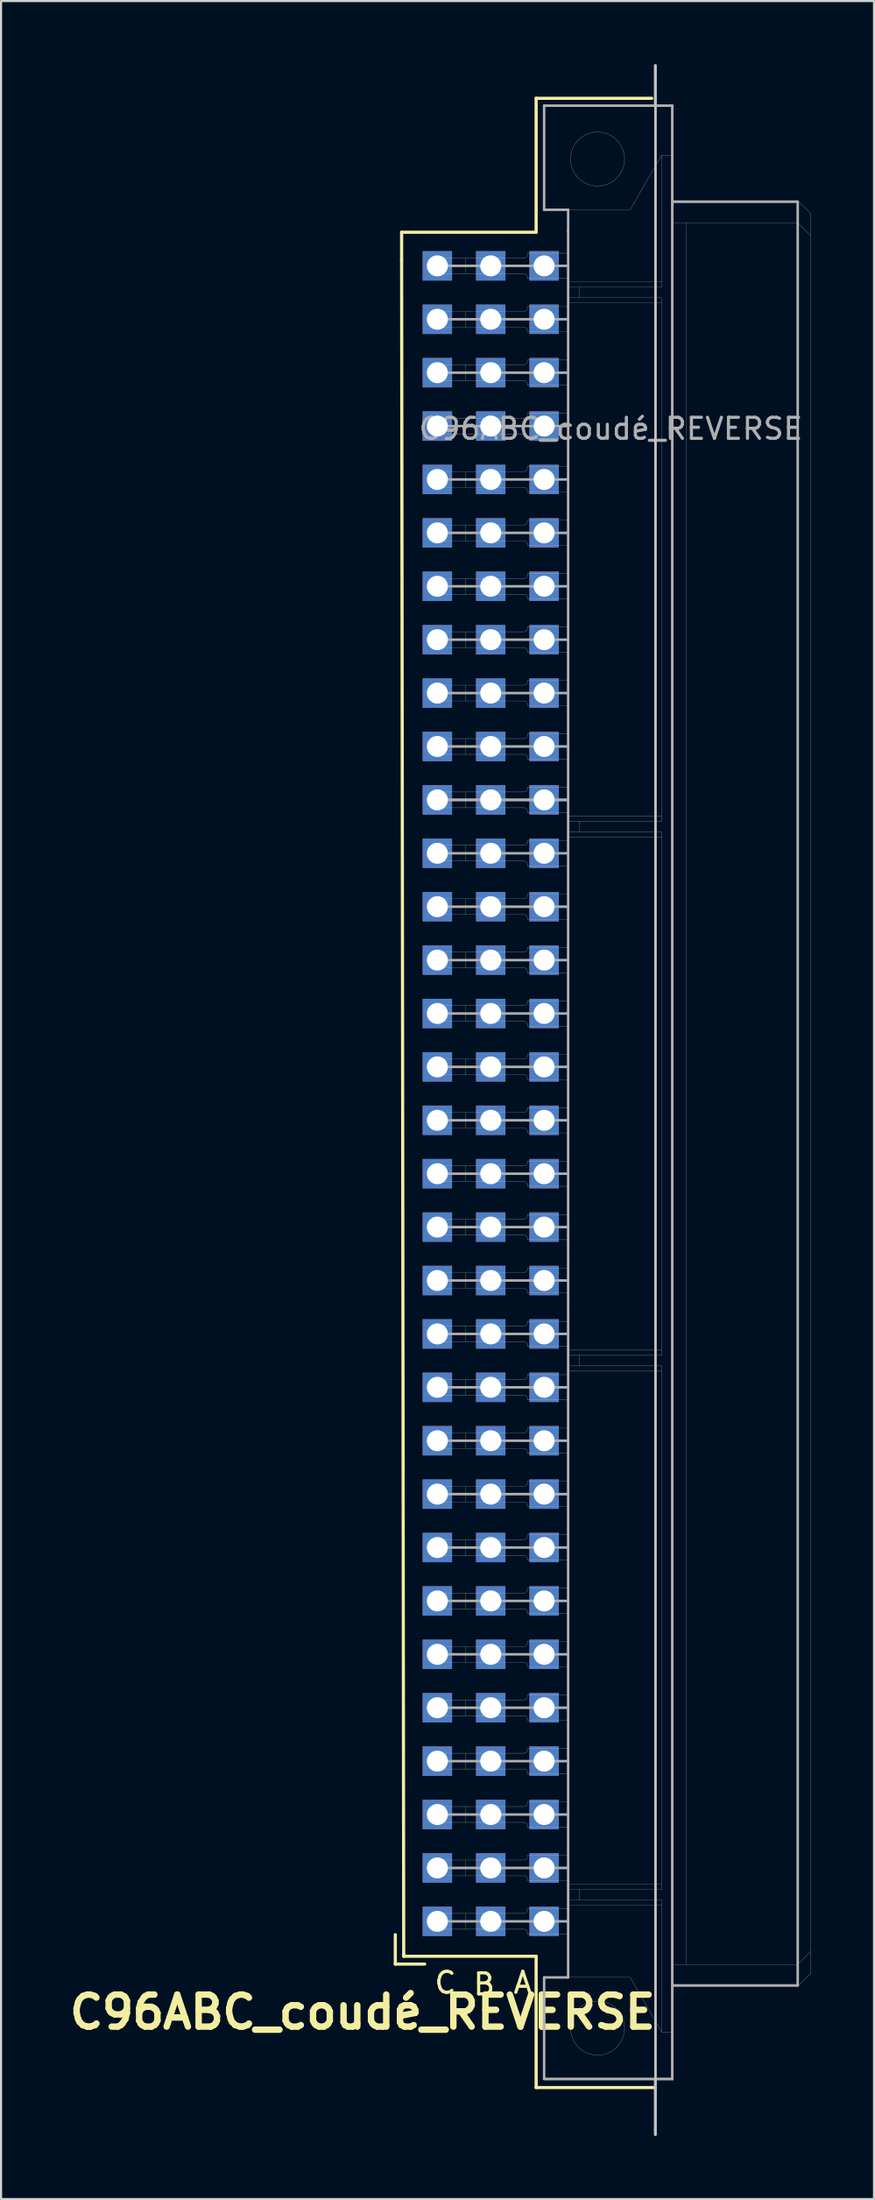
<source format=kicad_pcb>
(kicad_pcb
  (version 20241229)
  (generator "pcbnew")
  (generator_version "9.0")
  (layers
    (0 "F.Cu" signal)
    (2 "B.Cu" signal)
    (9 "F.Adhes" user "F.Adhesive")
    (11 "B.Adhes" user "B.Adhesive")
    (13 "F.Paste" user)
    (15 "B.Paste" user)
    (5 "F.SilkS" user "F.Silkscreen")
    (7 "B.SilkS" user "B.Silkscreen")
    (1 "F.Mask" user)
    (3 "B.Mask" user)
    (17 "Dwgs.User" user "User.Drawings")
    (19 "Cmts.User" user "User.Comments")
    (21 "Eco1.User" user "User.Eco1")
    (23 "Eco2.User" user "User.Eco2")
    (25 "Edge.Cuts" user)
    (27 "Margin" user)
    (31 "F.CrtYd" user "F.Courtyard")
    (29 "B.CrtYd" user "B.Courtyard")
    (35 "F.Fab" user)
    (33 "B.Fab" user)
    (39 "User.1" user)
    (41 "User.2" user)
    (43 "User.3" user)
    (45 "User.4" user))
  (footprint "C96ABC_coudé_REVERSE"
    (layer "F.Cu")
    (at 17.758 9.595)
    (property "Reference" "C96ABC_coudé_REVERSE" (at -3.556 83.058 180) (layer "F.SilkS") (effects (font (size 1.524 1.524) (thickness 0.305))))
    (attr through_hole)
    (fp_line (start -2 80.772) (end -0.6 80.772) (stroke (width 0.15) (type solid)) (layer "F.SilkS"))
    (fp_line (start -2 80.775) (end -2 79.375) (stroke (width 0.15) (type solid)) (layer "F.SilkS"))
    (fp_line (start -1.7 -1.6) (end -1.7 -0.3) (stroke (width 0.15) (type solid)) (layer "F.SilkS"))
    (fp_line (start -1.7 -0.3) (end -1.6 80.3) (stroke (width 0.15) (type solid)) (layer "F.SilkS"))
    (fp_line (start -1.6 80.3) (end -1.6 80.4) (stroke (width 0.15) (type solid)) (layer "F.SilkS"))
    (fp_line (start -1.6 80.4) (end 4.7 80.4) (stroke (width 0.15) (type solid)) (layer "F.SilkS"))
    (fp_line (start 4.7 -7.97) (end 4.7 -1.6) (stroke (width 0.15) (type solid)) (layer "F.SilkS"))
    (fp_line (start 4.7 -1.6) (end -1.7 -1.6) (stroke (width 0.15) (type solid)) (layer "F.SilkS"))
    (fp_line (start 4.7 80.4) (end 4.7 86.645) (stroke (width 0.15) (type solid)) (layer "F.SilkS"))
    (fp_line (start 4.7 86.645) (end 10.3 86.645) (stroke (width 0.15) (type solid)) (layer "F.SilkS"))
    (fp_line (start 10.2 -7.97) (end 4.7 -7.97) (stroke (width 0.15) (type solid)) (layer "F.SilkS"))
    (fp_line (start -0.148 -0.376) (end 1.352 -0.376) (stroke (width 0.01) (type solid)) (layer "Dwgs.User"))
    (fp_line (start -0.148 0.374) (end -0.148 -0.376) (stroke (width 0.01) (type solid)) (layer "Dwgs.User"))
    (fp_line (start -0.148 2.164) (end 1.352 2.164) (stroke (width 0.01) (type solid)) (layer "Dwgs.User"))
    (fp_line (start -0.148 2.914) (end -0.148 2.164) (stroke (width 0.01) (type solid)) (layer "Dwgs.User"))
    (fp_line (start -0.148 4.704) (end 1.352 4.704) (stroke (width 0.01) (type solid)) (layer "Dwgs.User"))
    (fp_line (start -0.148 5.454) (end -0.148 4.704) (stroke (width 0.01) (type solid)) (layer "Dwgs.User"))
    (fp_line (start -0.148 7.244) (end 1.352 7.244) (stroke (width 0.01) (type solid)) (layer "Dwgs.User"))
    (fp_line (start -0.148 7.994) (end -0.148 7.244) (stroke (width 0.01) (type solid)) (layer "Dwgs.User"))
    (fp_line (start -0.148 9.784) (end 1.352 9.784) (stroke (width 0.01) (type solid)) (layer "Dwgs.User"))
    (fp_line (start -0.148 10.534) (end -0.148 9.784) (stroke (width 0.01) (type solid)) (layer "Dwgs.User"))
    (fp_line (start -0.148 12.324) (end 1.352 12.324) (stroke (width 0.01) (type solid)) (layer "Dwgs.User"))
    (fp_line (start -0.148 13.074) (end -0.148 12.324) (stroke (width 0.01) (type solid)) (layer "Dwgs.User"))
    (fp_line (start -0.148 14.864) (end 1.352 14.864) (stroke (width 0.01) (type solid)) (layer "Dwgs.User"))
    (fp_line (start -0.148 15.614) (end -0.148 14.864) (stroke (width 0.01) (type solid)) (layer "Dwgs.User"))
    (fp_line (start -0.148 17.404) (end 1.352 17.404) (stroke (width 0.01) (type solid)) (layer "Dwgs.User"))
    (fp_line (start -0.148 18.154) (end -0.148 17.404) (stroke (width 0.01) (type solid)) (layer "Dwgs.User"))
    (fp_line (start -0.148 19.944) (end 1.352 19.944) (stroke (width 0.01) (type solid)) (layer "Dwgs.User"))
    (fp_line (start -0.148 20.694) (end -0.148 19.944) (stroke (width 0.01) (type solid)) (layer "Dwgs.User"))
    (fp_line (start -0.148 22.484) (end 1.352 22.484) (stroke (width 0.01) (type solid)) (layer "Dwgs.User"))
    (fp_line (start -0.148 23.234) (end -0.148 22.484) (stroke (width 0.01) (type solid)) (layer "Dwgs.User"))
    (fp_line (start -0.148 25.024) (end 1.352 25.024) (stroke (width 0.01) (type solid)) (layer "Dwgs.User"))
    (fp_line (start -0.148 25.774) (end -0.148 25.024) (stroke (width 0.01) (type solid)) (layer "Dwgs.User"))
    (fp_line (start -0.148 27.564) (end 1.352 27.564) (stroke (width 0.01) (type solid)) (layer "Dwgs.User"))
    (fp_line (start -0.148 28.314) (end -0.148 27.564) (stroke (width 0.01) (type solid)) (layer "Dwgs.User"))
    (fp_line (start -0.148 30.104) (end 1.352 30.104) (stroke (width 0.01) (type solid)) (layer "Dwgs.User"))
    (fp_line (start -0.148 30.854) (end -0.148 30.104) (stroke (width 0.01) (type solid)) (layer "Dwgs.User"))
    (fp_line (start -0.148 32.644) (end 1.352 32.644) (stroke (width 0.01) (type solid)) (layer "Dwgs.User"))
    (fp_line (start -0.148 33.394) (end -0.148 32.644) (stroke (width 0.01) (type solid)) (layer "Dwgs.User"))
    (fp_line (start -0.148 35.184) (end 1.352 35.184) (stroke (width 0.01) (type solid)) (layer "Dwgs.User"))
    (fp_line (start -0.148 35.934) (end -0.148 35.184) (stroke (width 0.01) (type solid)) (layer "Dwgs.User"))
    (fp_line (start -0.148 37.724) (end 1.352 37.724) (stroke (width 0.01) (type solid)) (layer "Dwgs.User"))
    (fp_line (start -0.148 38.474) (end -0.148 37.724) (stroke (width 0.01) (type solid)) (layer "Dwgs.User"))
    (fp_line (start -0.148 40.264) (end 1.352 40.264) (stroke (width 0.01) (type solid)) (layer "Dwgs.User"))
    (fp_line (start -0.148 41.014) (end -0.148 40.264) (stroke (width 0.01) (type solid)) (layer "Dwgs.User"))
    (fp_line (start -0.148 42.804) (end 1.352 42.804) (stroke (width 0.01) (type solid)) (layer "Dwgs.User"))
    (fp_line (start -0.148 43.554) (end -0.148 42.804) (stroke (width 0.01) (type solid)) (layer "Dwgs.User"))
    (fp_line (start -0.148 45.344) (end 1.352 45.344) (stroke (width 0.01) (type solid)) (layer "Dwgs.User"))
    (fp_line (start -0.148 46.094) (end -0.148 45.344) (stroke (width 0.01) (type solid)) (layer "Dwgs.User"))
    (fp_line (start -0.148 47.884) (end 1.352 47.884) (stroke (width 0.01) (type solid)) (layer "Dwgs.User"))
    (fp_line (start -0.148 48.634) (end -0.148 47.884) (stroke (width 0.01) (type solid)) (layer "Dwgs.User"))
    (fp_line (start -0.148 50.424) (end 1.352 50.424) (stroke (width 0.01) (type solid)) (layer "Dwgs.User"))
    (fp_line (start -0.148 51.174) (end -0.148 50.424) (stroke (width 0.01) (type solid)) (layer "Dwgs.User"))
    (fp_line (start -0.148 52.964) (end 1.352 52.964) (stroke (width 0.01) (type solid)) (layer "Dwgs.User"))
    (fp_line (start -0.148 53.714) (end -0.148 52.964) (stroke (width 0.01) (type solid)) (layer "Dwgs.User"))
    (fp_line (start -0.148 55.504) (end 1.352 55.504) (stroke (width 0.01) (type solid)) (layer "Dwgs.User"))
    (fp_line (start -0.148 56.254) (end -0.148 55.504) (stroke (width 0.01) (type solid)) (layer "Dwgs.User"))
    (fp_line (start -0.148 58.044) (end 1.352 58.044) (stroke (width 0.01) (type solid)) (layer "Dwgs.User"))
    (fp_line (start -0.148 58.794) (end -0.148 58.044) (stroke (width 0.01) (type solid)) (layer "Dwgs.User"))
    (fp_line (start -0.148 60.584) (end 1.352 60.584) (stroke (width 0.01) (type solid)) (layer "Dwgs.User"))
    (fp_line (start -0.148 61.334) (end -0.148 60.584) (stroke (width 0.01) (type solid)) (layer "Dwgs.User"))
    (fp_line (start -0.148 63.124) (end 1.352 63.124) (stroke (width 0.01) (type solid)) (layer "Dwgs.User"))
    (fp_line (start -0.148 63.874) (end -0.148 63.124) (stroke (width 0.01) (type solid)) (layer "Dwgs.User"))
    (fp_line (start -0.148 65.664) (end 1.352 65.664) (stroke (width 0.01) (type solid)) (layer "Dwgs.User"))
    (fp_line (start -0.148 66.414) (end -0.148 65.664) (stroke (width 0.01) (type solid)) (layer "Dwgs.User"))
    (fp_line (start -0.148 68.204) (end 1.352 68.204) (stroke (width 0.01) (type solid)) (layer "Dwgs.User"))
    (fp_line (start -0.148 68.954) (end -0.148 68.204) (stroke (width 0.01) (type solid)) (layer "Dwgs.User"))
    (fp_line (start -0.148 70.744) (end 1.352 70.744) (stroke (width 0.01) (type solid)) (layer "Dwgs.User"))
    (fp_line (start -0.148 71.494) (end -0.148 70.744) (stroke (width 0.01) (type solid)) (layer "Dwgs.User"))
    (fp_line (start -0.148 73.284) (end 1.352 73.284) (stroke (width 0.01) (type solid)) (layer "Dwgs.User"))
    (fp_line (start -0.148 74.034) (end -0.148 73.284) (stroke (width 0.01) (type solid)) (layer "Dwgs.User"))
    (fp_line (start -0.148 75.824) (end 1.352 75.824) (stroke (width 0.01) (type solid)) (layer "Dwgs.User"))
    (fp_line (start -0.148 76.574) (end -0.148 75.824) (stroke (width 0.01) (type solid)) (layer "Dwgs.User"))
    (fp_line (start -0.148 78.364) (end 1.352 78.364) (stroke (width 0.01) (type solid)) (layer "Dwgs.User"))
    (fp_line (start -0.148 79.114) (end -0.148 78.364) (stroke (width 0.01) (type solid)) (layer "Dwgs.User"))
    (fp_line (start 1.352 -0.376) (end 1.352 0.374) (stroke (width 0.01) (type solid)) (layer "Dwgs.User"))
    (fp_line (start 1.352 -0.376) (end 4.132 -0.376) (stroke (width 0.01) (type solid)) (layer "Dwgs.User"))
    (fp_line (start 1.352 0.374) (end -0.148 0.374) (stroke (width 0.01) (type solid)) (layer "Dwgs.User"))
    (fp_line (start 1.352 2.164) (end 1.352 2.914) (stroke (width 0.01) (type solid)) (layer "Dwgs.User"))
    (fp_line (start 1.352 2.164) (end 4.132 2.164) (stroke (width 0.01) (type solid)) (layer "Dwgs.User"))
    (fp_line (start 1.352 2.914) (end -0.148 2.914) (stroke (width 0.01) (type solid)) (layer "Dwgs.User"))
    (fp_line (start 1.352 4.704) (end 1.352 5.454) (stroke (width 0.01) (type solid)) (layer "Dwgs.User"))
    (fp_line (start 1.352 4.704) (end 4.132 4.704) (stroke (width 0.01) (type solid)) (layer "Dwgs.User"))
    (fp_line (start 1.352 5.454) (end -0.148 5.454) (stroke (width 0.01) (type solid)) (layer "Dwgs.User"))
    (fp_line (start 1.352 7.244) (end 1.352 7.994) (stroke (width 0.01) (type solid)) (layer "Dwgs.User"))
    (fp_line (start 1.352 7.244) (end 4.132 7.244) (stroke (width 0.01) (type solid)) (layer "Dwgs.User"))
    (fp_line (start 1.352 7.994) (end -0.148 7.994) (stroke (width 0.01) (type solid)) (layer "Dwgs.User"))
    (fp_line (start 1.352 9.784) (end 1.352 10.534) (stroke (width 0.01) (type solid)) (layer "Dwgs.User"))
    (fp_line (start 1.352 9.784) (end 4.132 9.784) (stroke (width 0.01) (type solid)) (layer "Dwgs.User"))
    (fp_line (start 1.352 10.534) (end -0.148 10.534) (stroke (width 0.01) (type solid)) (layer "Dwgs.User"))
    (fp_line (start 1.352 12.324) (end 1.352 13.074) (stroke (width 0.01) (type solid)) (layer "Dwgs.User"))
    (fp_line (start 1.352 12.324) (end 4.132 12.324) (stroke (width 0.01) (type solid)) (layer "Dwgs.User"))
    (fp_line (start 1.352 13.074) (end -0.148 13.074) (stroke (width 0.01) (type solid)) (layer "Dwgs.User"))
    (fp_line (start 1.352 14.864) (end 1.352 15.614) (stroke (width 0.01) (type solid)) (layer "Dwgs.User"))
    (fp_line (start 1.352 14.864) (end 4.132 14.864) (stroke (width 0.01) (type solid)) (layer "Dwgs.User"))
    (fp_line (start 1.352 15.614) (end -0.148 15.614) (stroke (width 0.01) (type solid)) (layer "Dwgs.User"))
    (fp_line (start 1.352 17.404) (end 1.352 18.154) (stroke (width 0.01) (type solid)) (layer "Dwgs.User"))
    (fp_line (start 1.352 17.404) (end 4.132 17.404) (stroke (width 0.01) (type solid)) (layer "Dwgs.User"))
    (fp_line (start 1.352 18.154) (end -0.148 18.154) (stroke (width 0.01) (type solid)) (layer "Dwgs.User"))
    (fp_line (start 1.352 19.944) (end 1.352 20.694) (stroke (width 0.01) (type solid)) (layer "Dwgs.User"))
    (fp_line (start 1.352 19.944) (end 4.132 19.944) (stroke (width 0.01) (type solid)) (layer "Dwgs.User"))
    (fp_line (start 1.352 20.694) (end -0.148 20.694) (stroke (width 0.01) (type solid)) (layer "Dwgs.User"))
    (fp_line (start 1.352 22.484) (end 1.352 23.234) (stroke (width 0.01) (type solid)) (layer "Dwgs.User"))
    (fp_line (start 1.352 22.484) (end 4.132 22.484) (stroke (width 0.01) (type solid)) (layer "Dwgs.User"))
    (fp_line (start 1.352 23.234) (end -0.148 23.234) (stroke (width 0.01) (type solid)) (layer "Dwgs.User"))
    (fp_line (start 1.352 25.024) (end 1.352 25.774) (stroke (width 0.01) (type solid)) (layer "Dwgs.User"))
    (fp_line (start 1.352 25.024) (end 4.132 25.024) (stroke (width 0.01) (type solid)) (layer "Dwgs.User"))
    (fp_line (start 1.352 25.774) (end -0.148 25.774) (stroke (width 0.01) (type solid)) (layer "Dwgs.User"))
    (fp_line (start 1.352 27.564) (end 1.352 28.314) (stroke (width 0.01) (type solid)) (layer "Dwgs.User"))
    (fp_line (start 1.352 27.564) (end 4.132 27.564) (stroke (width 0.01) (type solid)) (layer "Dwgs.User"))
    (fp_line (start 1.352 28.314) (end -0.148 28.314) (stroke (width 0.01) (type solid)) (layer "Dwgs.User"))
    (fp_line (start 1.352 30.104) (end 1.352 30.854) (stroke (width 0.01) (type solid)) (layer "Dwgs.User"))
    (fp_line (start 1.352 30.104) (end 4.132 30.104) (stroke (width 0.01) (type solid)) (layer "Dwgs.User"))
    (fp_line (start 1.352 30.854) (end -0.148 30.854) (stroke (width 0.01) (type solid)) (layer "Dwgs.User"))
    (fp_line (start 1.352 32.644) (end 1.352 33.394) (stroke (width 0.01) (type solid)) (layer "Dwgs.User"))
    (fp_line (start 1.352 32.644) (end 4.132 32.644) (stroke (width 0.01) (type solid)) (layer "Dwgs.User"))
    (fp_line (start 1.352 33.394) (end -0.148 33.394) (stroke (width 0.01) (type solid)) (layer "Dwgs.User"))
    (fp_line (start 1.352 35.184) (end 1.352 35.934) (stroke (width 0.01) (type solid)) (layer "Dwgs.User"))
    (fp_line (start 1.352 35.184) (end 4.132 35.184) (stroke (width 0.01) (type solid)) (layer "Dwgs.User"))
    (fp_line (start 1.352 35.934) (end -0.148 35.934) (stroke (width 0.01) (type solid)) (layer "Dwgs.User"))
    (fp_line (start 1.352 37.724) (end 1.352 38.474) (stroke (width 0.01) (type solid)) (layer "Dwgs.User"))
    (fp_line (start 1.352 37.724) (end 4.132 37.724) (stroke (width 0.01) (type solid)) (layer "Dwgs.User"))
    (fp_line (start 1.352 38.474) (end -0.148 38.474) (stroke (width 0.01) (type solid)) (layer "Dwgs.User"))
    (fp_line (start 1.352 40.264) (end 1.352 41.014) (stroke (width 0.01) (type solid)) (layer "Dwgs.User"))
    (fp_line (start 1.352 40.264) (end 4.132 40.264) (stroke (width 0.01) (type solid)) (layer "Dwgs.User"))
    (fp_line (start 1.352 41.014) (end -0.148 41.014) (stroke (width 0.01) (type solid)) (layer "Dwgs.User"))
    (fp_line (start 1.352 42.804) (end 1.352 43.554) (stroke (width 0.01) (type solid)) (layer "Dwgs.User"))
    (fp_line (start 1.352 42.804) (end 4.132 42.804) (stroke (width 0.01) (type solid)) (layer "Dwgs.User"))
    (fp_line (start 1.352 43.554) (end -0.148 43.554) (stroke (width 0.01) (type solid)) (layer "Dwgs.User"))
    (fp_line (start 1.352 45.344) (end 1.352 46.094) (stroke (width 0.01) (type solid)) (layer "Dwgs.User"))
    (fp_line (start 1.352 45.344) (end 4.132 45.344) (stroke (width 0.01) (type solid)) (layer "Dwgs.User"))
    (fp_line (start 1.352 46.094) (end -0.148 46.094) (stroke (width 0.01) (type solid)) (layer "Dwgs.User"))
    (fp_line (start 1.352 47.884) (end 1.352 48.634) (stroke (width 0.01) (type solid)) (layer "Dwgs.User"))
    (fp_line (start 1.352 47.884) (end 4.132 47.884) (stroke (width 0.01) (type solid)) (layer "Dwgs.User"))
    (fp_line (start 1.352 48.634) (end -0.148 48.634) (stroke (width 0.01) (type solid)) (layer "Dwgs.User"))
    (fp_line (start 1.352 50.424) (end 1.352 51.174) (stroke (width 0.01) (type solid)) (layer "Dwgs.User"))
    (fp_line (start 1.352 50.424) (end 4.132 50.424) (stroke (width 0.01) (type solid)) (layer "Dwgs.User"))
    (fp_line (start 1.352 51.174) (end -0.148 51.174) (stroke (width 0.01) (type solid)) (layer "Dwgs.User"))
    (fp_line (start 1.352 52.964) (end 1.352 53.714) (stroke (width 0.01) (type solid)) (layer "Dwgs.User"))
    (fp_line (start 1.352 52.964) (end 4.132 52.964) (stroke (width 0.01) (type solid)) (layer "Dwgs.User"))
    (fp_line (start 1.352 53.714) (end -0.148 53.714) (stroke (width 0.01) (type solid)) (layer "Dwgs.User"))
    (fp_line (start 1.352 55.504) (end 1.352 56.254) (stroke (width 0.01) (type solid)) (layer "Dwgs.User"))
    (fp_line (start 1.352 55.504) (end 4.132 55.504) (stroke (width 0.01) (type solid)) (layer "Dwgs.User"))
    (fp_line (start 1.352 56.254) (end -0.148 56.254) (stroke (width 0.01) (type solid)) (layer "Dwgs.User"))
    (fp_line (start 1.352 58.044) (end 1.352 58.794) (stroke (width 0.01) (type solid)) (layer "Dwgs.User"))
    (fp_line (start 1.352 58.044) (end 4.132 58.044) (stroke (width 0.01) (type solid)) (layer "Dwgs.User"))
    (fp_line (start 1.352 58.794) (end -0.148 58.794) (stroke (width 0.01) (type solid)) (layer "Dwgs.User"))
    (fp_line (start 1.352 60.584) (end 1.352 61.334) (stroke (width 0.01) (type solid)) (layer "Dwgs.User"))
    (fp_line (start 1.352 60.584) (end 4.132 60.584) (stroke (width 0.01) (type solid)) (layer "Dwgs.User"))
    (fp_line (start 1.352 61.334) (end -0.148 61.334) (stroke (width 0.01) (type solid)) (layer "Dwgs.User"))
    (fp_line (start 1.352 63.124) (end 1.352 63.874) (stroke (width 0.01) (type solid)) (layer "Dwgs.User"))
    (fp_line (start 1.352 63.124) (end 4.132 63.124) (stroke (width 0.01) (type solid)) (layer "Dwgs.User"))
    (fp_line (start 1.352 63.874) (end -0.148 63.874) (stroke (width 0.01) (type solid)) (layer "Dwgs.User"))
    (fp_line (start 1.352 65.664) (end 1.352 66.414) (stroke (width 0.01) (type solid)) (layer "Dwgs.User"))
    (fp_line (start 1.352 65.664) (end 4.132 65.664) (stroke (width 0.01) (type solid)) (layer "Dwgs.User"))
    (fp_line (start 1.352 66.414) (end -0.148 66.414) (stroke (width 0.01) (type solid)) (layer "Dwgs.User"))
    (fp_line (start 1.352 68.204) (end 1.352 68.954) (stroke (width 0.01) (type solid)) (layer "Dwgs.User"))
    (fp_line (start 1.352 68.204) (end 4.132 68.204) (stroke (width 0.01) (type solid)) (layer "Dwgs.User"))
    (fp_line (start 1.352 68.954) (end -0.148 68.954) (stroke (width 0.01) (type solid)) (layer "Dwgs.User"))
    (fp_line (start 1.352 70.744) (end 1.352 71.494) (stroke (width 0.01) (type solid)) (layer "Dwgs.User"))
    (fp_line (start 1.352 70.744) (end 4.132 70.744) (stroke (width 0.01) (type solid)) (layer "Dwgs.User"))
    (fp_line (start 1.352 71.494) (end -0.148 71.494) (stroke (width 0.01) (type solid)) (layer "Dwgs.User"))
    (fp_line (start 1.352 73.284) (end 1.352 74.034) (stroke (width 0.01) (type solid)) (layer "Dwgs.User"))
    (fp_line (start 1.352 73.284) (end 4.132 73.284) (stroke (width 0.01) (type solid)) (layer "Dwgs.User"))
    (fp_line (start 1.352 74.034) (end -0.148 74.034) (stroke (width 0.01) (type solid)) (layer "Dwgs.User"))
    (fp_line (start 1.352 75.824) (end 1.352 76.574) (stroke (width 0.01) (type solid)) (layer "Dwgs.User"))
    (fp_line (start 1.352 75.824) (end 4.132 75.824) (stroke (width 0.01) (type solid)) (layer "Dwgs.User"))
    (fp_line (start 1.352 76.574) (end -0.148 76.574) (stroke (width 0.01) (type solid)) (layer "Dwgs.User"))
    (fp_line (start 1.352 78.364) (end 1.352 79.114) (stroke (width 0.01) (type solid)) (layer "Dwgs.User"))
    (fp_line (start 1.352 78.364) (end 4.132 78.364) (stroke (width 0.01) (type solid)) (layer "Dwgs.User"))
    (fp_line (start 1.352 79.114) (end -0.148 79.114) (stroke (width 0.01) (type solid)) (layer "Dwgs.User"))
    (fp_line (start 2.392 15.614) (end 2.392 15.614) (stroke (width 0.01) (type solid)) (layer "Dwgs.User"))
    (fp_line (start 2.392 35.934) (end 2.392 35.934) (stroke (width 0.01) (type solid)) (layer "Dwgs.User"))
    (fp_line (start 2.392 56.254) (end 2.392 56.254) (stroke (width 0.01) (type solid)) (layer "Dwgs.User"))
    (fp_line (start 2.392 76.574) (end 2.392 76.574) (stroke (width 0.01) (type solid)) (layer "Dwgs.User"))
    (fp_line (start 4.132 0.374) (end 1.352 0.374) (stroke (width 0.01) (type solid)) (layer "Dwgs.User"))
    (fp_line (start 4.132 2.914) (end 1.352 2.914) (stroke (width 0.01) (type solid)) (layer "Dwgs.User"))
    (fp_line (start 4.132 5.454) (end 1.352 5.454) (stroke (width 0.01) (type solid)) (layer "Dwgs.User"))
    (fp_line (start 4.132 7.994) (end 1.352 7.994) (stroke (width 0.01) (type solid)) (layer "Dwgs.User"))
    (fp_line (start 4.132 10.534) (end 1.352 10.534) (stroke (width 0.01) (type solid)) (layer "Dwgs.User"))
    (fp_line (start 4.132 13.074) (end 1.352 13.074) (stroke (width 0.01) (type solid)) (layer "Dwgs.User"))
    (fp_line (start 4.132 15.614) (end 1.352 15.614) (stroke (width 0.01) (type solid)) (layer "Dwgs.User"))
    (fp_line (start 4.132 18.154) (end 1.352 18.154) (stroke (width 0.01) (type solid)) (layer "Dwgs.User"))
    (fp_line (start 4.132 20.694) (end 1.352 20.694) (stroke (width 0.01) (type solid)) (layer "Dwgs.User"))
    (fp_line (start 4.132 23.234) (end 1.352 23.234) (stroke (width 0.01) (type solid)) (layer "Dwgs.User"))
    (fp_line (start 4.132 25.774) (end 1.352 25.774) (stroke (width 0.01) (type solid)) (layer "Dwgs.User"))
    (fp_line (start 4.132 28.314) (end 1.352 28.314) (stroke (width 0.01) (type solid)) (layer "Dwgs.User"))
    (fp_line (start 4.132 30.854) (end 1.352 30.854) (stroke (width 0.01) (type solid)) (layer "Dwgs.User"))
    (fp_line (start 4.132 33.394) (end 1.352 33.394) (stroke (width 0.01) (type solid)) (layer "Dwgs.User"))
    (fp_line (start 4.132 35.934) (end 1.352 35.934) (stroke (width 0.01) (type solid)) (layer "Dwgs.User"))
    (fp_line (start 4.132 38.474) (end 1.352 38.474) (stroke (width 0.01) (type solid)) (layer "Dwgs.User"))
    (fp_line (start 4.132 41.014) (end 1.352 41.014) (stroke (width 0.01) (type solid)) (layer "Dwgs.User"))
    (fp_line (start 4.132 43.554) (end 1.352 43.554) (stroke (width 0.01) (type solid)) (layer "Dwgs.User"))
    (fp_line (start 4.132 46.094) (end 1.352 46.094) (stroke (width 0.01) (type solid)) (layer "Dwgs.User"))
    (fp_line (start 4.132 48.634) (end 1.352 48.634) (stroke (width 0.01) (type solid)) (layer "Dwgs.User"))
    (fp_line (start 4.132 51.174) (end 1.352 51.174) (stroke (width 0.01) (type solid)) (layer "Dwgs.User"))
    (fp_line (start 4.132 53.714) (end 1.352 53.714) (stroke (width 0.01) (type solid)) (layer "Dwgs.User"))
    (fp_line (start 4.132 56.254) (end 1.352 56.254) (stroke (width 0.01) (type solid)) (layer "Dwgs.User"))
    (fp_line (start 4.132 58.794) (end 1.352 58.794) (stroke (width 0.01) (type solid)) (layer "Dwgs.User"))
    (fp_line (start 4.132 61.334) (end 1.352 61.334) (stroke (width 0.01) (type solid)) (layer "Dwgs.User"))
    (fp_line (start 4.132 63.874) (end 1.352 63.874) (stroke (width 0.01) (type solid)) (layer "Dwgs.User"))
    (fp_line (start 4.132 66.414) (end 1.352 66.414) (stroke (width 0.01) (type solid)) (layer "Dwgs.User"))
    (fp_line (start 4.132 68.954) (end 1.352 68.954) (stroke (width 0.01) (type solid)) (layer "Dwgs.User"))
    (fp_line (start 4.132 71.494) (end 1.352 71.494) (stroke (width 0.01) (type solid)) (layer "Dwgs.User"))
    (fp_line (start 4.132 74.034) (end 1.352 74.034) (stroke (width 0.01) (type solid)) (layer "Dwgs.User"))
    (fp_line (start 4.132 76.574) (end 1.352 76.574) (stroke (width 0.01) (type solid)) (layer "Dwgs.User"))
    (fp_line (start 4.132 79.114) (end 1.352 79.114) (stroke (width 0.01) (type solid)) (layer "Dwgs.User"))
    (fp_line (start 4.282 -0.601) (end 4.282 -0.526) (stroke (width 0.01) (type solid)) (layer "Dwgs.User"))
    (fp_line (start 4.282 0.524) (end 4.282 0.599) (stroke (width 0.01) (type solid)) (layer "Dwgs.User"))
    (fp_line (start 4.282 0.599) (end 6.221 0.599) (stroke (width 0.01) (type solid)) (layer "Dwgs.User"))
    (fp_line (start 4.282 1.939) (end 4.282 2.014) (stroke (width 0.01) (type solid)) (layer "Dwgs.User"))
    (fp_line (start 4.282 3.064) (end 4.282 3.139) (stroke (width 0.01) (type solid)) (layer "Dwgs.User"))
    (fp_line (start 4.282 3.139) (end 6.221 3.139) (stroke (width 0.01) (type solid)) (layer "Dwgs.User"))
    (fp_line (start 4.282 4.479) (end 4.282 4.554) (stroke (width 0.01) (type solid)) (layer "Dwgs.User"))
    (fp_line (start 4.282 5.604) (end 4.282 5.679) (stroke (width 0.01) (type solid)) (layer "Dwgs.User"))
    (fp_line (start 4.282 5.679) (end 6.221 5.679) (stroke (width 0.01) (type solid)) (layer "Dwgs.User"))
    (fp_line (start 4.282 7.019) (end 4.282 7.094) (stroke (width 0.01) (type solid)) (layer "Dwgs.User"))
    (fp_line (start 4.282 8.144) (end 4.282 8.219) (stroke (width 0.01) (type solid)) (layer "Dwgs.User"))
    (fp_line (start 4.282 8.219) (end 6.221 8.219) (stroke (width 0.01) (type solid)) (layer "Dwgs.User"))
    (fp_line (start 4.282 9.559) (end 4.282 9.634) (stroke (width 0.01) (type solid)) (layer "Dwgs.User"))
    (fp_line (start 4.282 10.684) (end 4.282 10.759) (stroke (width 0.01) (type solid)) (layer "Dwgs.User"))
    (fp_line (start 4.282 10.759) (end 6.221 10.759) (stroke (width 0.01) (type solid)) (layer "Dwgs.User"))
    (fp_line (start 4.282 12.099) (end 4.282 12.174) (stroke (width 0.01) (type solid)) (layer "Dwgs.User"))
    (fp_line (start 4.282 13.224) (end 4.282 13.299) (stroke (width 0.01) (type solid)) (layer "Dwgs.User"))
    (fp_line (start 4.282 13.299) (end 4.282 13.299) (stroke (width 0.01) (type solid)) (layer "Dwgs.User"))
    (fp_line (start 4.282 13.299) (end 6.221 13.299) (stroke (width 0.01) (type solid)) (layer "Dwgs.User"))
    (fp_line (start 4.282 13.299) (end 4.282 13.299) (stroke (width 0.01) (type solid)) (layer "Dwgs.User"))
    (fp_line (start 4.282 14.639) (end 4.282 14.714) (stroke (width 0.01) (type solid)) (layer "Dwgs.User"))
    (fp_line (start 4.282 15.764) (end 4.282 15.839) (stroke (width 0.01) (type solid)) (layer "Dwgs.User"))
    (fp_line (start 4.282 15.839) (end 6.221 15.839) (stroke (width 0.01) (type solid)) (layer "Dwgs.User"))
    (fp_line (start 4.282 17.179) (end 4.282 17.254) (stroke (width 0.01) (type solid)) (layer "Dwgs.User"))
    (fp_line (start 4.282 18.304) (end 4.282 18.379) (stroke (width 0.01) (type solid)) (layer "Dwgs.User"))
    (fp_line (start 4.282 18.379) (end 6.221 18.379) (stroke (width 0.01) (type solid)) (layer "Dwgs.User"))
    (fp_line (start 4.282 19.719) (end 4.282 19.794) (stroke (width 0.01) (type solid)) (layer "Dwgs.User"))
    (fp_line (start 4.282 20.844) (end 4.282 20.919) (stroke (width 0.01) (type solid)) (layer "Dwgs.User"))
    (fp_line (start 4.282 20.919) (end 6.221 20.919) (stroke (width 0.01) (type solid)) (layer "Dwgs.User"))
    (fp_line (start 4.282 22.259) (end 4.282 22.334) (stroke (width 0.01) (type solid)) (layer "Dwgs.User"))
    (fp_line (start 4.282 23.384) (end 4.282 23.459) (stroke (width 0.01) (type solid)) (layer "Dwgs.User"))
    (fp_line (start 4.282 23.459) (end 6.221 23.459) (stroke (width 0.01) (type solid)) (layer "Dwgs.User"))
    (fp_line (start 4.282 24.799) (end 4.282 24.874) (stroke (width 0.01) (type solid)) (layer "Dwgs.User"))
    (fp_line (start 4.282 25.924) (end 4.282 25.999) (stroke (width 0.01) (type solid)) (layer "Dwgs.User"))
    (fp_line (start 4.282 25.999) (end 6.221 25.999) (stroke (width 0.01) (type solid)) (layer "Dwgs.User"))
    (fp_line (start 4.282 27.339) (end 4.282 27.414) (stroke (width 0.01) (type solid)) (layer "Dwgs.User"))
    (fp_line (start 4.282 28.464) (end 4.282 28.539) (stroke (width 0.01) (type solid)) (layer "Dwgs.User"))
    (fp_line (start 4.282 28.539) (end 6.221 28.539) (stroke (width 0.01) (type solid)) (layer "Dwgs.User"))
    (fp_line (start 4.282 29.879) (end 4.282 29.954) (stroke (width 0.01) (type solid)) (layer "Dwgs.User"))
    (fp_line (start 4.282 31.004) (end 4.282 31.079) (stroke (width 0.01) (type solid)) (layer "Dwgs.User"))
    (fp_line (start 4.282 31.079) (end 6.221 31.079) (stroke (width 0.01) (type solid)) (layer "Dwgs.User"))
    (fp_line (start 4.282 32.419) (end 4.282 32.494) (stroke (width 0.01) (type solid)) (layer "Dwgs.User"))
    (fp_line (start 4.282 33.544) (end 4.282 33.619) (stroke (width 0.01) (type solid)) (layer "Dwgs.User"))
    (fp_line (start 4.282 33.619) (end 4.282 33.619) (stroke (width 0.01) (type solid)) (layer "Dwgs.User"))
    (fp_line (start 4.282 33.619) (end 6.221 33.619) (stroke (width 0.01) (type solid)) (layer "Dwgs.User"))
    (fp_line (start 4.282 34.959) (end 4.282 35.034) (stroke (width 0.01) (type solid)) (layer "Dwgs.User"))
    (fp_line (start 4.282 36.084) (end 4.282 36.159) (stroke (width 0.01) (type solid)) (layer "Dwgs.User"))
    (fp_line (start 4.282 36.159) (end 6.221 36.159) (stroke (width 0.01) (type solid)) (layer "Dwgs.User"))
    (fp_line (start 4.282 37.499) (end 4.282 37.574) (stroke (width 0.01) (type solid)) (layer "Dwgs.User"))
    (fp_line (start 4.282 38.624) (end 4.282 38.699) (stroke (width 0.01) (type solid)) (layer "Dwgs.User"))
    (fp_line (start 4.282 38.699) (end 6.221 38.699) (stroke (width 0.01) (type solid)) (layer "Dwgs.User"))
    (fp_line (start 4.282 40.039) (end 4.282 40.114) (stroke (width 0.01) (type solid)) (layer "Dwgs.User"))
    (fp_line (start 4.282 41.164) (end 4.282 41.239) (stroke (width 0.01) (type solid)) (layer "Dwgs.User"))
    (fp_line (start 4.282 41.239) (end 6.221 41.239) (stroke (width 0.01) (type solid)) (layer "Dwgs.User"))
    (fp_line (start 4.282 42.579) (end 4.282 42.654) (stroke (width 0.01) (type solid)) (layer "Dwgs.User"))
    (fp_line (start 4.282 43.704) (end 4.282 43.779) (stroke (width 0.01) (type solid)) (layer "Dwgs.User"))
    (fp_line (start 4.282 43.779) (end 6.221 43.779) (stroke (width 0.01) (type solid)) (layer "Dwgs.User"))
    (fp_line (start 4.282 45.119) (end 4.282 45.194) (stroke (width 0.01) (type solid)) (layer "Dwgs.User"))
    (fp_line (start 4.282 46.244) (end 4.282 46.319) (stroke (width 0.01) (type solid)) (layer "Dwgs.User"))
    (fp_line (start 4.282 46.319) (end 6.221 46.319) (stroke (width 0.01) (type solid)) (layer "Dwgs.User"))
    (fp_line (start 4.282 47.659) (end 4.282 47.734) (stroke (width 0.01) (type solid)) (layer "Dwgs.User"))
    (fp_line (start 4.282 48.784) (end 4.282 48.859) (stroke (width 0.01) (type solid)) (layer "Dwgs.User"))
    (fp_line (start 4.282 48.859) (end 6.221 48.859) (stroke (width 0.01) (type solid)) (layer "Dwgs.User"))
    (fp_line (start 4.282 50.199) (end 4.282 50.274) (stroke (width 0.01) (type solid)) (layer "Dwgs.User"))
    (fp_line (start 4.282 51.324) (end 4.282 51.399) (stroke (width 0.01) (type solid)) (layer "Dwgs.User"))
    (fp_line (start 4.282 51.399) (end 6.221 51.399) (stroke (width 0.01) (type solid)) (layer "Dwgs.User"))
    (fp_line (start 4.282 52.739) (end 4.282 52.814) (stroke (width 0.01) (type solid)) (layer "Dwgs.User"))
    (fp_line (start 4.282 53.864) (end 4.282 53.939) (stroke (width 0.01) (type solid)) (layer "Dwgs.User"))
    (fp_line (start 4.282 53.939) (end 4.282 53.939) (stroke (width 0.01) (type solid)) (layer "Dwgs.User"))
    (fp_line (start 4.282 53.939) (end 6.221 53.939) (stroke (width 0.01) (type solid)) (layer "Dwgs.User"))
    (fp_line (start 4.282 55.279) (end 4.282 55.354) (stroke (width 0.01) (type solid)) (layer "Dwgs.User"))
    (fp_line (start 4.282 56.404) (end 4.282 56.479) (stroke (width 0.01) (type solid)) (layer "Dwgs.User"))
    (fp_line (start 4.282 56.479) (end 6.221 56.479) (stroke (width 0.01) (type solid)) (layer "Dwgs.User"))
    (fp_line (start 4.282 57.819) (end 4.282 57.894) (stroke (width 0.01) (type solid)) (layer "Dwgs.User"))
    (fp_line (start 4.282 58.944) (end 4.282 59.019) (stroke (width 0.01) (type solid)) (layer "Dwgs.User"))
    (fp_line (start 4.282 59.019) (end 6.221 59.019) (stroke (width 0.01) (type solid)) (layer "Dwgs.User"))
    (fp_line (start 4.282 60.359) (end 4.282 60.434) (stroke (width 0.01) (type solid)) (layer "Dwgs.User"))
    (fp_line (start 4.282 61.484) (end 4.282 61.559) (stroke (width 0.01) (type solid)) (layer "Dwgs.User"))
    (fp_line (start 4.282 61.559) (end 6.221 61.559) (stroke (width 0.01) (type solid)) (layer "Dwgs.User"))
    (fp_line (start 4.282 62.899) (end 4.282 62.974) (stroke (width 0.01) (type solid)) (layer "Dwgs.User"))
    (fp_line (start 4.282 64.024) (end 4.282 64.099) (stroke (width 0.01) (type solid)) (layer "Dwgs.User"))
    (fp_line (start 4.282 64.099) (end 6.221 64.099) (stroke (width 0.01) (type solid)) (layer "Dwgs.User"))
    (fp_line (start 4.282 65.439) (end 4.282 65.514) (stroke (width 0.01) (type solid)) (layer "Dwgs.User"))
    (fp_line (start 4.282 66.564) (end 4.282 66.639) (stroke (width 0.01) (type solid)) (layer "Dwgs.User"))
    (fp_line (start 4.282 66.639) (end 6.221 66.639) (stroke (width 0.01) (type solid)) (layer "Dwgs.User"))
    (fp_line (start 4.282 67.979) (end 4.282 68.054) (stroke (width 0.01) (type solid)) (layer "Dwgs.User"))
    (fp_line (start 4.282 69.104) (end 4.282 69.179) (stroke (width 0.01) (type solid)) (layer "Dwgs.User"))
    (fp_line (start 4.282 69.179) (end 6.221 69.179) (stroke (width 0.01) (type solid)) (layer "Dwgs.User"))
    (fp_line (start 4.282 70.519) (end 4.282 70.594) (stroke (width 0.01) (type solid)) (layer "Dwgs.User"))
    (fp_line (start 4.282 71.644) (end 4.282 71.719) (stroke (width 0.01) (type solid)) (layer "Dwgs.User"))
    (fp_line (start 4.282 71.719) (end 6.221 71.719) (stroke (width 0.01) (type solid)) (layer "Dwgs.User"))
    (fp_line (start 4.282 73.059) (end 4.282 73.134) (stroke (width 0.01) (type solid)) (layer "Dwgs.User"))
    (fp_line (start 4.282 74.184) (end 4.282 74.259) (stroke (width 0.01) (type solid)) (layer "Dwgs.User"))
    (fp_line (start 4.282 74.259) (end 4.282 74.259) (stroke (width 0.01) (type solid)) (layer "Dwgs.User"))
    (fp_line (start 4.282 74.259) (end 6.221 74.259) (stroke (width 0.01) (type solid)) (layer "Dwgs.User"))
    (fp_line (start 4.282 75.599) (end 4.282 75.674) (stroke (width 0.01) (type solid)) (layer "Dwgs.User"))
    (fp_line (start 4.282 76.724) (end 4.282 76.799) (stroke (width 0.01) (type solid)) (layer "Dwgs.User"))
    (fp_line (start 4.282 76.799) (end 6.221 76.799) (stroke (width 0.01) (type solid)) (layer "Dwgs.User"))
    (fp_line (start 4.282 78.139) (end 4.282 78.214) (stroke (width 0.01) (type solid)) (layer "Dwgs.User"))
    (fp_line (start 4.282 79.264) (end 4.282 79.339) (stroke (width 0.01) (type solid)) (layer "Dwgs.User"))
    (fp_line (start 4.282 79.339) (end 6.221 79.339) (stroke (width 0.01) (type solid)) (layer "Dwgs.User"))
    (fp_line (start 5.091 -7.581) (end 11.221 -7.581) (stroke (width 0.01) (type solid)) (layer "Dwgs.User"))
    (fp_line (start 5.091 -2.656) (end 5.091 -7.581) (stroke (width 0.01) (type solid)) (layer "Dwgs.User"))
    (fp_line (start 5.091 81.394) (end 6.221 81.394) (stroke (width 0.01) (type solid)) (layer "Dwgs.User"))
    (fp_line (start 5.091 86.319) (end 5.091 81.394) (stroke (width 0.01) (type solid)) (layer "Dwgs.User"))
    (fp_line (start 6.22 -0.896) (end 6.221 -0.896) (stroke (width 0.01) (type solid)) (layer "Dwgs.User"))
    (fp_line (start 6.22 -0.896) (end 6.221 -0.896) (stroke (width 0.01) (type solid)) (layer "Dwgs.User"))
    (fp_line (start 6.22 -1.159) (end 6.221 -1.158) (stroke (width 0.01) (type solid)) (layer "Dwgs.User"))
    (fp_line (start 6.22 -0.896) (end 6.22 -0.896) (stroke (width 0.01) (type solid)) (layer "Dwgs.User"))
    (fp_line (start 6.22 1.381) (end 6.221 1.382) (stroke (width 0.01) (type solid)) (layer "Dwgs.User"))
    (fp_line (start 6.22 1.644) (end 6.221 1.644) (stroke (width 0.01) (type solid)) (layer "Dwgs.User"))
    (fp_line (start 6.22 1.644) (end 6.221 1.644) (stroke (width 0.01) (type solid)) (layer "Dwgs.User"))
    (fp_line (start 6.22 1.644) (end 6.22 1.644) (stroke (width 0.01) (type solid)) (layer "Dwgs.User"))
    (fp_line (start 6.22 3.921) (end 6.221 3.922) (stroke (width 0.01) (type solid)) (layer "Dwgs.User"))
    (fp_line (start 6.22 4.184) (end 6.22 4.184) (stroke (width 0.01) (type solid)) (layer "Dwgs.User"))
    (fp_line (start 6.22 4.184) (end 6.221 4.184) (stroke (width 0.01) (type solid)) (layer "Dwgs.User"))
    (fp_line (start 6.22 6.461) (end 6.221 6.462) (stroke (width 0.01) (type solid)) (layer "Dwgs.User"))
    (fp_line (start 6.22 6.724) (end 6.22 6.724) (stroke (width 0.01) (type solid)) (layer "Dwgs.User"))
    (fp_line (start 6.22 6.724) (end 6.221 6.724) (stroke (width 0.01) (type solid)) (layer "Dwgs.User"))
    (fp_line (start 6.22 6.724) (end 6.221 6.724) (stroke (width 0.01) (type solid)) (layer "Dwgs.User"))
    (fp_line (start 6.22 9.264) (end 6.221 9.264) (stroke (width 0.01) (type solid)) (layer "Dwgs.User"))
    (fp_line (start 6.22 9.264) (end 6.22 9.264) (stroke (width 0.01) (type solid)) (layer "Dwgs.User"))
    (fp_line (start 6.22 11.804) (end 6.22 11.804) (stroke (width 0.01) (type solid)) (layer "Dwgs.User"))
    (fp_line (start 6.22 14.344) (end 6.22 14.344) (stroke (width 0.01) (type solid)) (layer "Dwgs.User"))
    (fp_line (start 6.22 16.884) (end 6.22 16.884) (stroke (width 0.01) (type solid)) (layer "Dwgs.User"))
    (fp_line (start 6.22 -0.896) (end 6.22 -0.896) (stroke (width 0.01) (type solid)) (layer "Dwgs.User"))
    (fp_line (start 6.22 -0.896) (end 6.22 -0.896) (stroke (width 0.01) (type solid)) (layer "Dwgs.User"))
    (fp_line (start 6.22 0.894) (end 6.22 0.894) (stroke (width 0.01) (type solid)) (layer "Dwgs.User"))
    (fp_line (start 6.22 1.644) (end 6.22 1.644) (stroke (width 0.01) (type solid)) (layer "Dwgs.User"))
    (fp_line (start 6.22 1.644) (end 6.22 1.644) (stroke (width 0.01) (type solid)) (layer "Dwgs.User"))
    (fp_line (start 6.22 3.434) (end 6.22 3.434) (stroke (width 0.01) (type solid)) (layer "Dwgs.User"))
    (fp_line (start 6.22 4.184) (end 6.22 4.184) (stroke (width 0.01) (type solid)) (layer "Dwgs.User"))
    (fp_line (start 6.22 5.974) (end 6.22 5.974) (stroke (width 0.01) (type solid)) (layer "Dwgs.User"))
    (fp_line (start 6.22 6.724) (end 6.22 6.724) (stroke (width 0.01) (type solid)) (layer "Dwgs.User"))
    (fp_line (start 6.22 6.724) (end 6.22 6.724) (stroke (width 0.01) (type solid)) (layer "Dwgs.User"))
    (fp_line (start 6.22 8.514) (end 6.22 8.514) (stroke (width 0.01) (type solid)) (layer "Dwgs.User"))
    (fp_line (start 6.22 9.001) (end 6.221 9.002) (stroke (width 0.01) (type solid)) (layer "Dwgs.User"))
    (fp_line (start 6.22 9.264) (end 6.221 9.264) (stroke (width 0.01) (type solid)) (layer "Dwgs.User"))
    (fp_line (start 6.22 9.264) (end 6.22 9.264) (stroke (width 0.01) (type solid)) (layer "Dwgs.User"))
    (fp_line (start 6.22 9.264) (end 6.22 9.264) (stroke (width 0.01) (type solid)) (layer "Dwgs.User"))
    (fp_line (start 6.22 11.054) (end 6.22 11.054) (stroke (width 0.01) (type solid)) (layer "Dwgs.User"))
    (fp_line (start 6.22 11.541) (end 6.221 11.542) (stroke (width 0.01) (type solid)) (layer "Dwgs.User"))
    (fp_line (start 6.22 11.804) (end 6.22 11.804) (stroke (width 0.01) (type solid)) (layer "Dwgs.User"))
    (fp_line (start 6.22 11.804) (end 6.22 11.804) (stroke (width 0.01) (type solid)) (layer "Dwgs.User"))
    (fp_line (start 6.22 11.804) (end 6.221 11.804) (stroke (width 0.01) (type solid)) (layer "Dwgs.User"))
    (fp_line (start 6.22 13.594) (end 6.22 13.594) (stroke (width 0.01) (type solid)) (layer "Dwgs.User"))
    (fp_line (start 6.22 14.081) (end 6.221 14.082) (stroke (width 0.01) (type solid)) (layer "Dwgs.User"))
    (fp_line (start 6.22 14.344) (end 6.221 14.344) (stroke (width 0.01) (type solid)) (layer "Dwgs.User"))
    (fp_line (start 6.22 14.344) (end 6.221 14.344) (stroke (width 0.01) (type solid)) (layer "Dwgs.User"))
    (fp_line (start 6.22 14.344) (end 6.22 14.344) (stroke (width 0.01) (type solid)) (layer "Dwgs.User"))
    (fp_line (start 6.22 14.344) (end 6.22 14.344) (stroke (width 0.01) (type solid)) (layer "Dwgs.User"))
    (fp_line (start 6.22 16.134) (end 6.22 16.134) (stroke (width 0.01) (type solid)) (layer "Dwgs.User"))
    (fp_line (start 6.22 16.621) (end 6.221 16.622) (stroke (width 0.01) (type solid)) (layer "Dwgs.User"))
    (fp_line (start 6.22 16.621) (end 6.221 16.622) (stroke (width 0.01) (type solid)) (layer "Dwgs.User"))
    (fp_line (start 6.22 16.884) (end 6.221 16.884) (stroke (width 0.01) (type solid)) (layer "Dwgs.User"))
    (fp_line (start 6.22 16.884) (end 6.22 16.884) (stroke (width 0.01) (type solid)) (layer "Dwgs.User"))
    (fp_line (start 6.22 16.884) (end 6.22 16.884) (stroke (width 0.01) (type solid)) (layer "Dwgs.User"))
    (fp_line (start 6.22 19.424) (end 6.221 19.424) (stroke (width 0.01) (type solid)) (layer "Dwgs.User"))
    (fp_line (start 6.22 -0.896) (end 6.22 -0.896) (stroke (width 0.01) (type solid)) (layer "Dwgs.User"))
    (fp_line (start 6.22 -0.896) (end 6.22 -0.896) (stroke (width 0.01) (type solid)) (layer "Dwgs.User"))
    (fp_line (start 6.22 0.894) (end 6.22 0.894) (stroke (width 0.01) (type solid)) (layer "Dwgs.User"))
    (fp_line (start 6.22 1.644) (end 6.22 1.644) (stroke (width 0.01) (type solid)) (layer "Dwgs.User"))
    (fp_line (start 6.22 1.644) (end 6.22 1.644) (stroke (width 0.01) (type solid)) (layer "Dwgs.User"))
    (fp_line (start 6.22 3.434) (end 6.22 3.434) (stroke (width 0.01) (type solid)) (layer "Dwgs.User"))
    (fp_line (start 6.22 4.184) (end 6.22 4.184) (stroke (width 0.01) (type solid)) (layer "Dwgs.User"))
    (fp_line (start 6.22 4.184) (end 6.22 4.184) (stroke (width 0.01) (type solid)) (layer "Dwgs.User"))
    (fp_line (start 6.22 5.974) (end 6.22 5.974) (stroke (width 0.01) (type solid)) (layer "Dwgs.User"))
    (fp_line (start 6.22 6.724) (end 6.22 6.724) (stroke (width 0.01) (type solid)) (layer "Dwgs.User"))
    (fp_line (start 6.22 6.724) (end 6.22 6.724) (stroke (width 0.01) (type solid)) (layer "Dwgs.User"))
    (fp_line (start 6.22 8.514) (end 6.22 8.514) (stroke (width 0.01) (type solid)) (layer "Dwgs.User"))
    (fp_line (start 6.22 9.264) (end 6.22 9.264) (stroke (width 0.01) (type solid)) (layer "Dwgs.User"))
    (fp_line (start 6.22 9.264) (end 6.22 9.264) (stroke (width 0.01) (type solid)) (layer "Dwgs.User"))
    (fp_line (start 6.22 11.054) (end 6.22 11.054) (stroke (width 0.01) (type solid)) (layer "Dwgs.User"))
    (fp_line (start 6.22 11.804) (end 6.22 11.804) (stroke (width 0.01) (type solid)) (layer "Dwgs.User"))
    (fp_line (start 6.22 11.804) (end 6.22 11.804) (stroke (width 0.01) (type solid)) (layer "Dwgs.User"))
    (fp_line (start 6.22 13.594) (end 6.22 13.594) (stroke (width 0.01) (type solid)) (layer "Dwgs.User"))
    (fp_line (start 6.22 14.344) (end 6.22 14.344) (stroke (width 0.01) (type solid)) (layer "Dwgs.User"))
    (fp_line (start 6.22 14.344) (end 6.22 14.344) (stroke (width 0.01) (type solid)) (layer "Dwgs.User"))
    (fp_line (start 6.22 16.134) (end 6.22 16.134) (stroke (width 0.01) (type solid)) (layer "Dwgs.User"))
    (fp_line (start 6.22 16.884) (end 6.22 16.884) (stroke (width 0.01) (type solid)) (layer "Dwgs.User"))
    (fp_line (start 6.22 16.884) (end 6.22 16.884) (stroke (width 0.01) (type solid)) (layer "Dwgs.User"))
    (fp_line (start 6.22 19.161) (end 6.221 19.162) (stroke (width 0.01) (type solid)) (layer "Dwgs.User"))
    (fp_line (start 6.22 19.424) (end 6.221 19.424) (stroke (width 0.01) (type solid)) (layer "Dwgs.User"))
    (fp_line (start 6.22 21.701) (end 6.221 21.702) (stroke (width 0.01) (type solid)) (layer "Dwgs.User"))
    (fp_line (start 6.22 21.964) (end 6.221 21.964) (stroke (width 0.01) (type solid)) (layer "Dwgs.User"))
    (fp_line (start 6.22 21.964) (end 6.221 21.964) (stroke (width 0.01) (type solid)) (layer "Dwgs.User"))
    (fp_line (start 6.22 24.241) (end 6.221 24.242) (stroke (width 0.01) (type solid)) (layer "Dwgs.User"))
    (fp_line (start 6.22 24.504) (end 6.221 24.504) (stroke (width 0.01) (type solid)) (layer "Dwgs.User"))
    (fp_line (start 6.22 26.781) (end 6.221 26.782) (stroke (width 0.01) (type solid)) (layer "Dwgs.User"))
    (fp_line (start 6.22 27.044) (end 6.221 27.044) (stroke (width 0.01) (type solid)) (layer "Dwgs.User"))
    (fp_line (start 6.22 27.044) (end 6.221 27.044) (stroke (width 0.01) (type solid)) (layer "Dwgs.User"))
    (fp_line (start 6.22 -0.896) (end 6.22 -0.896) (stroke (width 0.01) (type solid)) (layer "Dwgs.User"))
    (fp_line (start 6.22 -0.896) (end 6.221 -0.896) (stroke (width 0.01) (type solid)) (layer "Dwgs.User"))
    (fp_line (start 6.22 0.894) (end 6.22 0.894) (stroke (width 0.01) (type solid)) (layer "Dwgs.User"))
    (fp_line (start 6.22 0.894) (end 6.22 0.894) (stroke (width 0.01) (type solid)) (layer "Dwgs.User"))
    (fp_line (start 6.22 1.644) (end 6.22 1.644) (stroke (width 0.01) (type solid)) (layer "Dwgs.User"))
    (fp_line (start 6.22 1.644) (end 6.221 1.644) (stroke (width 0.01) (type solid)) (layer "Dwgs.User"))
    (fp_line (start 6.22 3.434) (end 6.22 3.434) (stroke (width 0.01) (type solid)) (layer "Dwgs.User"))
    (fp_line (start 6.22 3.434) (end 6.22 3.434) (stroke (width 0.01) (type solid)) (layer "Dwgs.User"))
    (fp_line (start 6.22 4.184) (end 6.22 4.184) (stroke (width 0.01) (type solid)) (layer "Dwgs.User"))
    (fp_line (start 6.22 4.184) (end 6.221 4.184) (stroke (width 0.01) (type solid)) (layer "Dwgs.User"))
    (fp_line (start 6.22 5.974) (end 6.22 5.974) (stroke (width 0.01) (type solid)) (layer "Dwgs.User"))
    (fp_line (start 6.22 6.724) (end 6.22 6.724) (stroke (width 0.01) (type solid)) (layer "Dwgs.User"))
    (fp_line (start 6.22 6.724) (end 6.221 6.724) (stroke (width 0.01) (type solid)) (layer "Dwgs.User"))
    (fp_line (start 6.22 8.514) (end 6.22 8.514) (stroke (width 0.01) (type solid)) (layer "Dwgs.User"))
    (fp_line (start 6.22 8.514) (end 6.22 8.514) (stroke (width 0.01) (type solid)) (layer "Dwgs.User"))
    (fp_line (start 6.22 9.264) (end 6.22 9.264) (stroke (width 0.01) (type solid)) (layer "Dwgs.User"))
    (fp_line (start 6.22 9.264) (end 6.221 9.264) (stroke (width 0.01) (type solid)) (layer "Dwgs.User"))
    (fp_line (start 6.22 11.054) (end 6.22 11.054) (stroke (width 0.01) (type solid)) (layer "Dwgs.User"))
    (fp_line (start 6.22 11.054) (end 6.22 11.054) (stroke (width 0.01) (type solid)) (layer "Dwgs.User"))
    (fp_line (start 6.22 11.804) (end 6.22 11.804) (stroke (width 0.01) (type solid)) (layer "Dwgs.User"))
    (fp_line (start 6.22 11.804) (end 6.221 11.804) (stroke (width 0.01) (type solid)) (layer "Dwgs.User"))
    (fp_line (start 6.22 13.594) (end 6.22 13.594) (stroke (width 0.01) (type solid)) (layer "Dwgs.User"))
    (fp_line (start 6.22 13.594) (end 6.22 13.594) (stroke (width 0.01) (type solid)) (layer "Dwgs.User"))
    (fp_line (start 6.22 14.344) (end 6.22 14.344) (stroke (width 0.01) (type solid)) (layer "Dwgs.User"))
    (fp_line (start 6.22 14.344) (end 6.221 14.344) (stroke (width 0.01) (type solid)) (layer "Dwgs.User"))
    (fp_line (start 6.22 16.134) (end 6.22 16.134) (stroke (width 0.01) (type solid)) (layer "Dwgs.User"))
    (fp_line (start 6.22 16.134) (end 6.22 16.134) (stroke (width 0.01) (type solid)) (layer "Dwgs.User"))
    (fp_line (start 6.22 16.884) (end 6.22 16.884) (stroke (width 0.01) (type solid)) (layer "Dwgs.User"))
    (fp_line (start 6.22 16.884) (end 6.221 16.884) (stroke (width 0.01) (type solid)) (layer "Dwgs.User"))
    (fp_line (start 6.22 19.424) (end 6.22 19.424) (stroke (width 0.01) (type solid)) (layer "Dwgs.User"))
    (fp_line (start 6.22 19.424) (end 6.22 19.424) (stroke (width 0.01) (type solid)) (layer "Dwgs.User"))
    (fp_line (start 6.22 19.424) (end 6.221 19.424) (stroke (width 0.01) (type solid)) (layer "Dwgs.User"))
    (fp_line (start 6.22 21.214) (end 6.22 21.214) (stroke (width 0.01) (type solid)) (layer "Dwgs.User"))
    (fp_line (start 6.22 21.964) (end 6.22 21.964) (stroke (width 0.01) (type solid)) (layer "Dwgs.User"))
    (fp_line (start 6.22 21.964) (end 6.22 21.964) (stroke (width 0.01) (type solid)) (layer "Dwgs.User"))
    (fp_line (start 6.22 21.964) (end 6.221 21.964) (stroke (width 0.01) (type solid)) (layer "Dwgs.User"))
    (fp_line (start 6.22 24.504) (end 6.22 24.504) (stroke (width 0.01) (type solid)) (layer "Dwgs.User"))
    (fp_line (start 6.22 24.504) (end 6.22 24.504) (stroke (width 0.01) (type solid)) (layer "Dwgs.User"))
    (fp_line (start 6.22 24.504) (end 6.221 24.504) (stroke (width 0.01) (type solid)) (layer "Dwgs.User"))
    (fp_line (start 6.22 26.294) (end 6.22 26.294) (stroke (width 0.01) (type solid)) (layer "Dwgs.User"))
    (fp_line (start 6.22 27.044) (end 6.22 27.044) (stroke (width 0.01) (type solid)) (layer "Dwgs.User"))
    (fp_line (start 6.22 27.044) (end 6.22 27.044) (stroke (width 0.01) (type solid)) (layer "Dwgs.User"))
    (fp_line (start 6.22 27.044) (end 6.221 27.044) (stroke (width 0.01) (type solid)) (layer "Dwgs.User"))
    (fp_line (start 6.22 28.834) (end 6.22 28.834) (stroke (width 0.01) (type solid)) (layer "Dwgs.User"))
    (fp_line (start 6.22 29.321) (end 6.221 29.322) (stroke (width 0.01) (type solid)) (layer "Dwgs.User"))
    (fp_line (start 6.22 29.584) (end 6.221 29.584) (stroke (width 0.01) (type solid)) (layer "Dwgs.User"))
    (fp_line (start 6.22 29.584) (end 6.221 29.584) (stroke (width 0.01) (type solid)) (layer "Dwgs.User"))
    (fp_line (start 6.22 29.584) (end 6.22 29.584) (stroke (width 0.01) (type solid)) (layer "Dwgs.User"))
    (fp_line (start 6.22 29.584) (end 6.22 29.584) (stroke (width 0.01) (type solid)) (layer "Dwgs.User"))
    (fp_line (start 6.22 29.584) (end 6.221 29.584) (stroke (width 0.01) (type solid)) (layer "Dwgs.User"))
    (fp_line (start 6.22 31.374) (end 6.22 31.374) (stroke (width 0.01) (type solid)) (layer "Dwgs.User"))
    (fp_line (start 6.22 31.861) (end 6.221 31.862) (stroke (width 0.01) (type solid)) (layer "Dwgs.User"))
    (fp_line (start 6.22 32.124) (end 6.22 32.124) (stroke (width 0.01) (type solid)) (layer "Dwgs.User"))
    (fp_line (start 6.22 32.124) (end 6.22 32.124) (stroke (width 0.01) (type solid)) (layer "Dwgs.User"))
    (fp_line (start 6.22 32.124) (end 6.221 32.124) (stroke (width 0.01) (type solid)) (layer "Dwgs.User"))
    (fp_line (start 6.22 32.124) (end 6.221 32.124) (stroke (width 0.01) (type solid)) (layer "Dwgs.User"))
    (fp_line (start 6.22 33.914) (end 6.22 33.914) (stroke (width 0.01) (type solid)) (layer "Dwgs.User"))
    (fp_line (start 6.22 34.401) (end 6.221 34.402) (stroke (width 0.01) (type solid)) (layer "Dwgs.User"))
    (fp_line (start 6.22 34.664) (end 6.22 34.664) (stroke (width 0.01) (type solid)) (layer "Dwgs.User"))
    (fp_line (start 6.22 34.664) (end 6.22 34.664) (stroke (width 0.01) (type solid)) (layer "Dwgs.User"))
    (fp_line (start 6.22 34.664) (end 6.221 34.664) (stroke (width 0.01) (type solid)) (layer "Dwgs.User"))
    (fp_line (start 6.22 34.664) (end 6.221 34.664) (stroke (width 0.01) (type solid)) (layer "Dwgs.User"))
    (fp_line (start 6.22 34.664) (end 6.221 34.664) (stroke (width 0.01) (type solid)) (layer "Dwgs.User"))
    (fp_line (start 6.22 36.454) (end 6.22 36.454) (stroke (width 0.01) (type solid)) (layer "Dwgs.User"))
    (fp_line (start 6.22 37.204) (end 6.221 37.204) (stroke (width 0.01) (type solid)) (layer "Dwgs.User"))
    (fp_line (start 6.22 37.204) (end 6.22 37.204) (stroke (width 0.01) (type solid)) (layer "Dwgs.User"))
    (fp_line (start 6.22 37.204) (end 6.22 37.204) (stroke (width 0.01) (type solid)) (layer "Dwgs.User"))
    (fp_line (start 6.22 37.204) (end 6.221 37.204) (stroke (width 0.01) (type solid)) (layer "Dwgs.User"))
    (fp_line (start 6.22 38.994) (end 6.22 38.994) (stroke (width 0.01) (type solid)) (layer "Dwgs.User"))
    (fp_line (start 6.22 39.744) (end 6.22 39.744) (stroke (width 0.01) (type solid)) (layer "Dwgs.User"))
    (fp_line (start 6.22 39.744) (end 6.22 39.744) (stroke (width 0.01) (type solid)) (layer "Dwgs.User"))
    (fp_line (start 6.22 39.744) (end 6.221 39.744) (stroke (width 0.01) (type solid)) (layer "Dwgs.User"))
    (fp_line (start 6.221 -0.896) (end 6.221 -0.896) (stroke (width 0.01) (type solid)) (layer "Dwgs.User"))
    (fp_line (start 6.221 -0.896) (end 6.221 -0.896) (stroke (width 0.01) (type solid)) (layer "Dwgs.User"))
    (fp_line (start 6.221 0.894) (end 6.221 0.894) (stroke (width 0.01) (type solid)) (layer "Dwgs.User"))
    (fp_line (start 6.221 0.894) (end 6.22 0.894) (stroke (width 0.01) (type solid)) (layer "Dwgs.User"))
    (fp_line (start 6.221 1.644) (end 6.221 1.644) (stroke (width 0.01) (type solid)) (layer "Dwgs.User"))
    (fp_line (start 6.221 1.644) (end 6.221 1.644) (stroke (width 0.01) (type solid)) (layer "Dwgs.User"))
    (fp_line (start 6.221 3.434) (end 6.221 3.434) (stroke (width 0.01) (type solid)) (layer "Dwgs.User"))
    (fp_line (start 6.221 3.434) (end 6.22 3.434) (stroke (width 0.01) (type solid)) (layer "Dwgs.User"))
    (fp_line (start 6.221 4.184) (end 6.221 4.184) (stroke (width 0.01) (type solid)) (layer "Dwgs.User"))
    (fp_line (start 6.221 4.184) (end 6.221 4.184) (stroke (width 0.01) (type solid)) (layer "Dwgs.User"))
    (fp_line (start 6.221 5.974) (end 6.221 5.974) (stroke (width 0.01) (type solid)) (layer "Dwgs.User"))
    (fp_line (start 6.221 5.974) (end 6.22 5.974) (stroke (width 0.01) (type solid)) (layer "Dwgs.User"))
    (fp_line (start 6.221 6.724) (end 6.221 6.724) (stroke (width 0.01) (type solid)) (layer "Dwgs.User"))
    (fp_line (start 6.221 6.724) (end 6.221 6.724) (stroke (width 0.01) (type solid)) (layer "Dwgs.User"))
    (fp_line (start 6.221 8.514) (end 6.221 8.514) (stroke (width 0.01) (type solid)) (layer "Dwgs.User"))
    (fp_line (start 6.221 8.514) (end 6.22 8.514) (stroke (width 0.01) (type solid)) (layer "Dwgs.User"))
    (fp_line (start 6.221 9.264) (end 6.221 9.264) (stroke (width 0.01) (type solid)) (layer "Dwgs.User"))
    (fp_line (start 6.221 9.264) (end 6.221 9.264) (stroke (width 0.01) (type solid)) (layer "Dwgs.User"))
    (fp_line (start 6.221 11.054) (end 6.221 11.054) (stroke (width 0.01) (type solid)) (layer "Dwgs.User"))
    (fp_line (start 6.221 11.054) (end 6.22 11.054) (stroke (width 0.01) (type solid)) (layer "Dwgs.User"))
    (fp_line (start 6.221 11.804) (end 6.221 11.804) (stroke (width 0.01) (type solid)) (layer "Dwgs.User"))
    (fp_line (start 6.221 11.804) (end 6.221 11.804) (stroke (width 0.01) (type solid)) (layer "Dwgs.User"))
    (fp_line (start 6.221 13.594) (end 6.221 13.594) (stroke (width 0.01) (type solid)) (layer "Dwgs.User"))
    (fp_line (start 6.221 13.594) (end 6.22 13.594) (stroke (width 0.01) (type solid)) (layer "Dwgs.User"))
    (fp_line (start 6.221 14.344) (end 6.221 14.344) (stroke (width 0.01) (type solid)) (layer "Dwgs.User"))
    (fp_line (start 6.221 14.344) (end 6.221 14.344) (stroke (width 0.01) (type solid)) (layer "Dwgs.User"))
    (fp_line (start 6.221 16.134) (end 6.221 16.134) (stroke (width 0.01) (type solid)) (layer "Dwgs.User"))
    (fp_line (start 6.221 16.134) (end 6.22 16.134) (stroke (width 0.01) (type solid)) (layer "Dwgs.User"))
    (fp_line (start 6.221 16.884) (end 6.221 16.884) (stroke (width 0.01) (type solid)) (layer "Dwgs.User"))
    (fp_line (start 6.221 16.884) (end 6.221 16.884) (stroke (width 0.01) (type solid)) (layer "Dwgs.User"))
    (fp_line (start 6.221 18.674) (end 6.22 18.674) (stroke (width 0.01) (type solid)) (layer "Dwgs.User"))
    (fp_line (start 6.221 18.674) (end 6.221 18.674) (stroke (width 0.01) (type solid)) (layer "Dwgs.User"))
    (fp_line (start 6.221 19.424) (end 6.221 19.424) (stroke (width 0.01) (type solid)) (layer "Dwgs.User"))
    (fp_line (start 6.221 19.424) (end 6.221 19.424) (stroke (width 0.01) (type solid)) (layer "Dwgs.User"))
    (fp_line (start 6.221 19.424) (end 6.221 19.424) (stroke (width 0.01) (type solid)) (layer "Dwgs.User"))
    (fp_line (start 6.221 21.214) (end 6.22 21.214) (stroke (width 0.01) (type solid)) (layer "Dwgs.User"))
    (fp_line (start 6.221 21.214) (end 6.221 21.214) (stroke (width 0.01) (type solid)) (layer "Dwgs.User"))
    (fp_line (start 6.221 21.964) (end 6.221 21.964) (stroke (width 0.01) (type solid)) (layer "Dwgs.User"))
    (fp_line (start 6.221 21.964) (end 6.221 21.964) (stroke (width 0.01) (type solid)) (layer "Dwgs.User"))
    (fp_line (start 6.221 21.964) (end 6.221 21.964) (stroke (width 0.01) (type solid)) (layer "Dwgs.User"))
    (fp_line (start 6.221 23.754) (end 6.22 23.754) (stroke (width 0.01) (type solid)) (layer "Dwgs.User"))
    (fp_line (start 6.221 23.754) (end 6.221 23.754) (stroke (width 0.01) (type solid)) (layer "Dwgs.User"))
    (fp_line (start 6.221 24.504) (end 6.221 24.504) (stroke (width 0.01) (type solid)) (layer "Dwgs.User"))
    (fp_line (start 6.221 24.504) (end 6.221 24.504) (stroke (width 0.01) (type solid)) (layer "Dwgs.User"))
    (fp_line (start 6.221 24.504) (end 6.221 24.504) (stroke (width 0.01) (type solid)) (layer "Dwgs.User"))
    (fp_line (start 6.221 26.294) (end 6.22 26.294) (stroke (width 0.01) (type solid)) (layer "Dwgs.User"))
    (fp_line (start 6.221 26.294) (end 6.221 26.294) (stroke (width 0.01) (type solid)) (layer "Dwgs.User"))
    (fp_line (start 6.221 27.044) (end 6.221 27.044) (stroke (width 0.01) (type solid)) (layer "Dwgs.User"))
    (fp_line (start 6.221 27.044) (end 6.221 27.044) (stroke (width 0.01) (type solid)) (layer "Dwgs.User"))
    (fp_line (start 6.221 27.044) (end 6.221 27.044) (stroke (width 0.01) (type solid)) (layer "Dwgs.User"))
    (fp_line (start 6.221 28.834) (end 6.22 28.834) (stroke (width 0.01) (type solid)) (layer "Dwgs.User"))
    (fp_line (start 6.221 28.834) (end 6.221 28.834) (stroke (width 0.01) (type solid)) (layer "Dwgs.User"))
    (fp_line (start 6.221 29.584) (end 6.221 29.584) (stroke (width 0.01) (type solid)) (layer "Dwgs.User"))
    (fp_line (start 6.221 29.584) (end 6.221 29.584) (stroke (width 0.01) (type solid)) (layer "Dwgs.User"))
    (fp_line (start 6.221 29.584) (end 6.221 29.584) (stroke (width 0.01) (type solid)) (layer "Dwgs.User"))
    (fp_line (start 6.221 31.374) (end 6.221 31.374) (stroke (width 0.01) (type solid)) (layer "Dwgs.User"))
    (fp_line (start 6.221 31.374) (end 6.22 31.374) (stroke (width 0.01) (type solid)) (layer "Dwgs.User"))
    (fp_line (start 6.221 32.124) (end 6.221 32.124) (stroke (width 0.01) (type solid)) (layer "Dwgs.User"))
    (fp_line (start 6.221 32.124) (end 6.221 32.124) (stroke (width 0.01) (type solid)) (layer "Dwgs.User"))
    (fp_line (start 6.221 33.914) (end 6.22 33.914) (stroke (width 0.01) (type solid)) (layer "Dwgs.User"))
    (fp_line (start 6.221 33.914) (end 6.221 33.914) (stroke (width 0.01) (type solid)) (layer "Dwgs.User"))
    (fp_line (start 6.221 34.664) (end 6.221 34.664) (stroke (width 0.01) (type solid)) (layer "Dwgs.User"))
    (fp_line (start 6.221 34.664) (end 6.221 34.664) (stroke (width 0.01) (type solid)) (layer "Dwgs.User"))
    (fp_line (start 6.221 34.664) (end 6.221 34.664) (stroke (width 0.01) (type solid)) (layer "Dwgs.User"))
    (fp_line (start 6.221 36.454) (end 6.22 36.454) (stroke (width 0.01) (type solid)) (layer "Dwgs.User"))
    (fp_line (start 6.221 36.454) (end 6.221 36.454) (stroke (width 0.01) (type solid)) (layer "Dwgs.User"))
    (fp_line (start 6.221 36.941) (end 6.221 36.942) (stroke (width 0.01) (type solid)) (layer "Dwgs.User"))
    (fp_line (start 6.221 37.204) (end 6.221 37.204) (stroke (width 0.01) (type solid)) (layer "Dwgs.User"))
    (fp_line (start 6.221 37.204) (end 6.221 37.204) (stroke (width 0.01) (type solid)) (layer "Dwgs.User"))
    (fp_line (start 6.221 37.204) (end 6.221 37.204) (stroke (width 0.01) (type solid)) (layer "Dwgs.User"))
    (fp_line (start 6.221 38.994) (end 6.22 38.994) (stroke (width 0.01) (type solid)) (layer "Dwgs.User"))
    (fp_line (start 6.221 38.994) (end 6.221 38.994) (stroke (width 0.01) (type solid)) (layer "Dwgs.User"))
    (fp_line (start 6.221 39.481) (end 6.221 39.482) (stroke (width 0.01) (type solid)) (layer "Dwgs.User"))
    (fp_line (start 6.221 39.481) (end 6.221 39.482) (stroke (width 0.01) (type solid)) (layer "Dwgs.User"))
    (fp_line (start 6.221 39.744) (end 6.221 39.744) (stroke (width 0.01) (type solid)) (layer "Dwgs.User"))
    (fp_line (start 6.221 39.744) (end 6.221 39.744) (stroke (width 0.01) (type solid)) (layer "Dwgs.User"))
    (fp_line (start 6.221 39.744) (end 6.221 39.744) (stroke (width 0.01) (type solid)) (layer "Dwgs.User"))
    (fp_line (start 6.221 39.744) (end 6.221 39.744) (stroke (width 0.01) (type solid)) (layer "Dwgs.User"))
    (fp_line (start 6.221 42.021) (end 6.221 42.022) (stroke (width 0.01) (type solid)) (layer "Dwgs.User"))
    (fp_line (start 6.221 42.284) (end 6.221 42.284) (stroke (width 0.01) (type solid)) (layer "Dwgs.User"))
    (fp_line (start 6.221 42.284) (end 6.221 42.284) (stroke (width 0.01) (type solid)) (layer "Dwgs.User"))
    (fp_line (start 6.221 44.561) (end 6.221 44.562) (stroke (width 0.01) (type solid)) (layer "Dwgs.User"))
    (fp_line (start 6.221 44.824) (end 6.221 44.824) (stroke (width 0.01) (type solid)) (layer "Dwgs.User"))
    (fp_line (start 6.221 47.364) (end 6.221 47.364) (stroke (width 0.01) (type solid)) (layer "Dwgs.User"))
    (fp_line (start 6.221 -0.896) (end 6.221 -0.896) (stroke (width 0.01) (type solid)) (layer "Dwgs.User"))
    (fp_line (start 6.221 -0.896) (end 6.221 -0.896) (stroke (width 0.01) (type solid)) (layer "Dwgs.User"))
    (fp_line (start 6.221 0.894) (end 6.221 0.894) (stroke (width 0.01) (type solid)) (layer "Dwgs.User"))
    (fp_line (start 6.221 0.894) (end 6.221 0.894) (stroke (width 0.01) (type solid)) (layer "Dwgs.User"))
    (fp_line (start 6.221 0.894) (end 6.221 0.894) (stroke (width 0.01) (type solid)) (layer "Dwgs.User"))
    (fp_line (start 6.221 1.644) (end 6.221 1.644) (stroke (width 0.01) (type solid)) (layer "Dwgs.User"))
    (fp_line (start 6.221 1.644) (end 6.221 1.644) (stroke (width 0.01) (type solid)) (layer "Dwgs.User"))
    (fp_line (start 6.221 3.434) (end 6.221 3.434) (stroke (width 0.01) (type solid)) (layer "Dwgs.User"))
    (fp_line (start 6.221 3.434) (end 6.221 3.434) (stroke (width 0.01) (type solid)) (layer "Dwgs.User"))
    (fp_line (start 6.221 3.434) (end 6.221 3.434) (stroke (width 0.01) (type solid)) (layer "Dwgs.User"))
    (fp_line (start 6.221 4.184) (end 6.221 4.184) (stroke (width 0.01) (type solid)) (layer "Dwgs.User"))
    (fp_line (start 6.221 4.184) (end 6.221 4.184) (stroke (width 0.01) (type solid)) (layer "Dwgs.User"))
    (fp_line (start 6.221 4.184) (end 6.221 4.184) (stroke (width 0.01) (type solid)) (layer "Dwgs.User"))
    (fp_line (start 6.221 5.974) (end 6.221 5.974) (stroke (width 0.01) (type solid)) (layer "Dwgs.User"))
    (fp_line (start 6.221 5.974) (end 6.221 5.974) (stroke (width 0.01) (type solid)) (layer "Dwgs.User"))
    (fp_line (start 6.221 5.974) (end 6.221 5.974) (stroke (width 0.01) (type solid)) (layer "Dwgs.User"))
    (fp_line (start 6.221 6.724) (end 6.221 6.724) (stroke (width 0.01) (type solid)) (layer "Dwgs.User"))
    (fp_line (start 6.221 6.724) (end 6.221 6.724) (stroke (width 0.01) (type solid)) (layer "Dwgs.User"))
    (fp_line (start 6.221 6.724) (end 6.221 6.724) (stroke (width 0.01) (type solid)) (layer "Dwgs.User"))
    (fp_line (start 6.221 8.514) (end 6.221 8.514) (stroke (width 0.01) (type solid)) (layer "Dwgs.User"))
    (fp_line (start 6.221 8.514) (end 6.221 8.514) (stroke (width 0.01) (type solid)) (layer "Dwgs.User"))
    (fp_line (start 6.221 8.514) (end 6.221 8.514) (stroke (width 0.01) (type solid)) (layer "Dwgs.User"))
    (fp_line (start 6.221 9.264) (end 6.221 9.264) (stroke (width 0.01) (type solid)) (layer "Dwgs.User"))
    (fp_line (start 6.221 9.264) (end 6.221 9.264) (stroke (width 0.01) (type solid)) (layer "Dwgs.User"))
    (fp_line (start 6.221 9.264) (end 6.221 9.264) (stroke (width 0.01) (type solid)) (layer "Dwgs.User"))
    (fp_line (start 6.221 11.054) (end 6.221 11.054) (stroke (width 0.01) (type solid)) (layer "Dwgs.User"))
    (fp_line (start 6.221 11.054) (end 6.221 11.054) (stroke (width 0.01) (type solid)) (layer "Dwgs.User"))
    (fp_line (start 6.221 11.054) (end 6.221 11.054) (stroke (width 0.01) (type solid)) (layer "Dwgs.User"))
    (fp_line (start 6.221 11.804) (end 6.221 11.804) (stroke (width 0.01) (type solid)) (layer "Dwgs.User"))
    (fp_line (start 6.221 11.804) (end 6.221 11.804) (stroke (width 0.01) (type solid)) (layer "Dwgs.User"))
    (fp_line (start 6.221 11.804) (end 6.221 11.804) (stroke (width 0.01) (type solid)) (layer "Dwgs.User"))
    (fp_line (start 6.221 13.594) (end 6.221 13.594) (stroke (width 0.01) (type solid)) (layer "Dwgs.User"))
    (fp_line (start 6.221 13.594) (end 6.221 13.594) (stroke (width 0.01) (type solid)) (layer "Dwgs.User"))
    (fp_line (start 6.221 13.594) (end 6.221 13.594) (stroke (width 0.01) (type solid)) (layer "Dwgs.User"))
    (fp_line (start 6.221 14.344) (end 6.221 14.344) (stroke (width 0.01) (type solid)) (layer "Dwgs.User"))
    (fp_line (start 6.221 14.344) (end 6.221 14.344) (stroke (width 0.01) (type solid)) (layer "Dwgs.User"))
    (fp_line (start 6.221 16.134) (end 6.221 16.134) (stroke (width 0.01) (type solid)) (layer "Dwgs.User"))
    (fp_line (start 6.221 16.134) (end 6.221 16.134) (stroke (width 0.01) (type solid)) (layer "Dwgs.User"))
    (fp_line (start 6.221 16.884) (end 6.221 16.884) (stroke (width 0.01) (type solid)) (layer "Dwgs.User"))
    (fp_line (start 6.221 16.884) (end 6.221 16.884) (stroke (width 0.01) (type solid)) (layer "Dwgs.User"))
    (fp_line (start 6.221 16.884) (end 6.221 16.884) (stroke (width 0.01) (type solid)) (layer "Dwgs.User"))
    (fp_line (start 6.221 18.674) (end 6.221 18.674) (stroke (width 0.01) (type solid)) (layer "Dwgs.User"))
    (fp_line (start 6.221 18.674) (end 6.221 18.674) (stroke (width 0.01) (type solid)) (layer "Dwgs.User"))
    (fp_line (start 6.221 18.674) (end 6.221 18.674) (stroke (width 0.01) (type solid)) (layer "Dwgs.User"))
    (fp_line (start 6.221 19.424) (end 6.221 19.424) (stroke (width 0.01) (type solid)) (layer "Dwgs.User"))
    (fp_line (start 6.221 19.424) (end 6.221 19.424) (stroke (width 0.01) (type solid)) (layer "Dwgs.User"))
    (fp_line (start 6.221 19.424) (end 6.221 19.424) (stroke (width 0.01) (type solid)) (layer "Dwgs.User"))
    (fp_line (start 6.221 21.214) (end 6.221 21.214) (stroke (width 0.01) (type solid)) (layer "Dwgs.User"))
    (fp_line (start 6.221 21.214) (end 6.221 21.214) (stroke (width 0.01) (type solid)) (layer "Dwgs.User"))
    (fp_line (start 6.221 21.214) (end 6.221 21.214) (stroke (width 0.01) (type solid)) (layer "Dwgs.User"))
    (fp_line (start 6.221 21.964) (end 6.221 21.964) (stroke (width 0.01) (type solid)) (layer "Dwgs.User"))
    (fp_line (start 6.221 21.964) (end 6.221 21.964) (stroke (width 0.01) (type solid)) (layer "Dwgs.User"))
    (fp_line (start 6.221 21.964) (end 6.221 21.964) (stroke (width 0.01) (type solid)) (layer "Dwgs.User"))
    (fp_line (start 6.221 23.754) (end 6.221 23.754) (stroke (width 0.01) (type solid)) (layer "Dwgs.User"))
    (fp_line (start 6.221 23.754) (end 6.221 23.754) (stroke (width 0.01) (type solid)) (layer "Dwgs.User"))
    (fp_line (start 6.221 23.754) (end 6.221 23.754) (stroke (width 0.01) (type solid)) (layer "Dwgs.User"))
    (fp_line (start 6.221 24.504) (end 6.221 24.504) (stroke (width 0.01) (type solid)) (layer "Dwgs.User"))
    (fp_line (start 6.221 24.504) (end 6.221 24.504) (stroke (width 0.01) (type solid)) (layer "Dwgs.User"))
    (fp_line (start 6.221 24.504) (end 6.221 24.504) (stroke (width 0.01) (type solid)) (layer "Dwgs.User"))
    (fp_line (start 6.221 26.294) (end 6.221 26.294) (stroke (width 0.01) (type solid)) (layer "Dwgs.User"))
    (fp_line (start 6.221 26.294) (end 6.221 26.294) (stroke (width 0.01) (type solid)) (layer "Dwgs.User"))
    (fp_line (start 6.221 26.294) (end 6.221 26.294) (stroke (width 0.01) (type solid)) (layer "Dwgs.User"))
    (fp_line (start 6.221 27.044) (end 6.221 27.044) (stroke (width 0.01) (type solid)) (layer "Dwgs.User"))
    (fp_line (start 6.221 27.044) (end 6.221 27.044) (stroke (width 0.01) (type solid)) (layer "Dwgs.User"))
    (fp_line (start 6.221 27.044) (end 6.221 27.044) (stroke (width 0.01) (type solid)) (layer "Dwgs.User"))
    (fp_line (start 6.221 28.834) (end 6.221 28.834) (stroke (width 0.01) (type solid)) (layer "Dwgs.User"))
    (fp_line (start 6.221 28.834) (end 6.221 28.834) (stroke (width 0.01) (type solid)) (layer "Dwgs.User"))
    (fp_line (start 6.221 28.834) (end 6.221 28.834) (stroke (width 0.01) (type solid)) (layer "Dwgs.User"))
    (fp_line (start 6.221 29.584) (end 6.221 29.584) (stroke (width 0.01) (type solid)) (layer "Dwgs.User"))
    (fp_line (start 6.221 29.584) (end 6.221 29.584) (stroke (width 0.01) (type solid)) (layer "Dwgs.User"))
    (fp_line (start 6.221 31.374) (end 6.221 31.374) (stroke (width 0.01) (type solid)) (layer "Dwgs.User"))
    (fp_line (start 6.221 31.374) (end 6.221 31.374) (stroke (width 0.01) (type solid)) (layer "Dwgs.User"))
    (fp_line (start 6.221 31.374) (end 6.221 31.374) (stroke (width 0.01) (type solid)) (layer "Dwgs.User"))
    (fp_line (start 6.221 32.124) (end 6.221 32.124) (stroke (width 0.01) (type solid)) (layer "Dwgs.User"))
    (fp_line (start 6.221 32.124) (end 6.221 32.124) (stroke (width 0.01) (type solid)) (layer "Dwgs.User"))
    (fp_line (start 6.221 33.914) (end 6.221 33.914) (stroke (width 0.01) (type solid)) (layer "Dwgs.User"))
    (fp_line (start 6.221 33.914) (end 6.221 33.914) (stroke (width 0.01) (type solid)) (layer "Dwgs.User"))
    (fp_line (start 6.221 33.914) (end 6.221 33.914) (stroke (width 0.01) (type solid)) (layer "Dwgs.User"))
    (fp_line (start 6.221 34.664) (end 6.221 34.664) (stroke (width 0.01) (type solid)) (layer "Dwgs.User"))
    (fp_line (start 6.221 34.664) (end 6.221 34.664) (stroke (width 0.01) (type solid)) (layer "Dwgs.User"))
    (fp_line (start 6.221 34.664) (end 6.221 34.664) (stroke (width 0.01) (type solid)) (layer "Dwgs.User"))
    (fp_line (start 6.221 36.454) (end 6.221 36.454) (stroke (width 0.01) (type solid)) (layer "Dwgs.User"))
    (fp_line (start 6.221 36.454) (end 6.221 36.454) (stroke (width 0.01) (type solid)) (layer "Dwgs.User"))
    (fp_line (start 6.221 36.454) (end 6.221 36.454) (stroke (width 0.01) (type solid)) (layer "Dwgs.User"))
    (fp_line (start 6.221 37.204) (end 6.221 37.204) (stroke (width 0.01) (type solid)) (layer "Dwgs.User"))
    (fp_line (start 6.221 37.204) (end 6.221 37.204) (stroke (width 0.01) (type solid)) (layer "Dwgs.User"))
    (fp_line (start 6.221 37.204) (end 6.221 37.204) (stroke (width 0.01) (type solid)) (layer "Dwgs.User"))
    (fp_line (start 6.221 38.994) (end 6.221 38.994) (stroke (width 0.01) (type solid)) (layer "Dwgs.User"))
    (fp_line (start 6.221 38.994) (end 6.221 38.994) (stroke (width 0.01) (type solid)) (layer "Dwgs.User"))
    (fp_line (start 6.221 38.994) (end 6.221 38.994) (stroke (width 0.01) (type solid)) (layer "Dwgs.User"))
    (fp_line (start 6.221 39.744) (end 6.221 39.744) (stroke (width 0.01) (type solid)) (layer "Dwgs.User"))
    (fp_line (start 6.221 39.744) (end 6.221 39.744) (stroke (width 0.01) (type solid)) (layer "Dwgs.User"))
    (fp_line (start 6.221 39.744) (end 6.221 39.744) (stroke (width 0.01) (type solid)) (layer "Dwgs.User"))
    (fp_line (start 6.221 42.284) (end 6.221 42.284) (stroke (width 0.01) (type solid)) (layer "Dwgs.User"))
    (fp_line (start 6.221 42.284) (end 6.221 42.284) (stroke (width 0.01) (type solid)) (layer "Dwgs.User"))
    (fp_line (start 6.221 42.284) (end 6.221 42.284) (stroke (width 0.01) (type solid)) (layer "Dwgs.User"))
    (fp_line (start 6.221 44.824) (end 6.221 44.824) (stroke (width 0.01) (type solid)) (layer "Dwgs.User"))
    (fp_line (start 6.221 44.824) (end 6.221 44.824) (stroke (width 0.01) (type solid)) (layer "Dwgs.User"))
    (fp_line (start 6.221 44.824) (end 6.221 44.824) (stroke (width 0.01) (type solid)) (layer "Dwgs.User"))
    (fp_line (start 6.221 47.101) (end 6.221 47.102) (stroke (width 0.01) (type solid)) (layer "Dwgs.User"))
    (fp_line (start 6.221 47.364) (end 6.221 47.364) (stroke (width 0.01) (type solid)) (layer "Dwgs.User"))
    (fp_line (start 6.221 47.364) (end 6.221 47.364) (stroke (width 0.01) (type solid)) (layer "Dwgs.User"))
    (fp_line (start 6.221 47.364) (end 6.221 47.364) (stroke (width 0.01) (type solid)) (layer "Dwgs.User"))
    (fp_line (start 6.221 47.364) (end 6.221 47.364) (stroke (width 0.01) (type solid)) (layer "Dwgs.User"))
    (fp_line (start 6.221 49.641) (end 6.221 49.642) (stroke (width 0.01) (type solid)) (layer "Dwgs.User"))
    (fp_line (start 6.221 49.904) (end 6.221 49.904) (stroke (width 0.01) (type solid)) (layer "Dwgs.User"))
    (fp_line (start 6.221 49.904) (end 6.221 49.904) (stroke (width 0.01) (type solid)) (layer "Dwgs.User"))
    (fp_line (start 6.221 49.904) (end 6.221 49.904) (stroke (width 0.01) (type solid)) (layer "Dwgs.User"))
    (fp_line (start 6.221 49.904) (end 6.221 49.904) (stroke (width 0.01) (type solid)) (layer "Dwgs.User"))
    (fp_line (start 6.221 49.904) (end 6.221 49.904) (stroke (width 0.01) (type solid)) (layer "Dwgs.User"))
    (fp_line (start 6.221 52.181) (end 6.221 52.182) (stroke (width 0.01) (type solid)) (layer "Dwgs.User"))
    (fp_line (start 6.221 52.444) (end 6.221 52.444) (stroke (width 0.01) (type solid)) (layer "Dwgs.User"))
    (fp_line (start 6.221 52.444) (end 6.221 52.444) (stroke (width 0.01) (type solid)) (layer "Dwgs.User"))
    (fp_line (start 6.221 52.444) (end 6.221 52.444) (stroke (width 0.01) (type solid)) (layer "Dwgs.User"))
    (fp_line (start 6.221 52.444) (end 6.221 52.444) (stroke (width 0.01) (type solid)) (layer "Dwgs.User"))
    (fp_line (start 6.221 54.721) (end 6.221 54.722) (stroke (width 0.01) (type solid)) (layer "Dwgs.User"))
    (fp_line (start 6.221 54.984) (end 6.221 54.984) (stroke (width 0.01) (type solid)) (layer "Dwgs.User"))
    (fp_line (start 6.221 54.984) (end 6.221 54.984) (stroke (width 0.01) (type solid)) (layer "Dwgs.User"))
    (fp_line (start 6.221 54.984) (end 6.221 54.984) (stroke (width 0.01) (type solid)) (layer "Dwgs.User"))
    (fp_line (start 6.221 54.984) (end 6.221 54.984) (stroke (width 0.01) (type solid)) (layer "Dwgs.User"))
    (fp_line (start 6.221 54.984) (end 6.221 54.984) (stroke (width 0.01) (type solid)) (layer "Dwgs.User"))
    (fp_line (start 6.221 57.524) (end 6.221 57.524) (stroke (width 0.01) (type solid)) (layer "Dwgs.User"))
    (fp_line (start 6.221 57.524) (end 6.221 57.524) (stroke (width 0.01) (type solid)) (layer "Dwgs.User"))
    (fp_line (start 6.221 57.524) (end 6.221 57.524) (stroke (width 0.01) (type solid)) (layer "Dwgs.User"))
    (fp_line (start 6.221 57.524) (end 6.221 57.524) (stroke (width 0.01) (type solid)) (layer "Dwgs.User"))
    (fp_line (start 6.221 60.064) (end 6.221 60.064) (stroke (width 0.01) (type solid)) (layer "Dwgs.User"))
    (fp_line (start 6.221 60.064) (end 6.221 60.064) (stroke (width 0.01) (type solid)) (layer "Dwgs.User"))
    (fp_line (start 6.221 60.064) (end 6.221 60.064) (stroke (width 0.01) (type solid)) (layer "Dwgs.User"))
    (fp_line (start 6.221 62.604) (end 6.221 62.604) (stroke (width 0.01) (type solid)) (layer "Dwgs.User"))
    (fp_line (start 6.221 62.604) (end 6.221 62.604) (stroke (width 0.01) (type solid)) (layer "Dwgs.User"))
    (fp_line (start 6.221 -0.896) (end 6.221 -0.896) (stroke (width 0.01) (type solid)) (layer "Dwgs.User"))
    (fp_line (start 6.221 -0.896) (end 6.221 -0.896) (stroke (width 0.01) (type solid)) (layer "Dwgs.User"))
    (fp_line (start 6.221 0.894) (end 6.221 0.894) (stroke (width 0.01) (type solid)) (layer "Dwgs.User"))
    (fp_line (start 6.221 0.894) (end 6.221 0.894) (stroke (width 0.01) (type solid)) (layer "Dwgs.User"))
    (fp_line (start 6.221 1.644) (end 6.221 1.644) (stroke (width 0.01) (type solid)) (layer "Dwgs.User"))
    (fp_line (start 6.221 1.644) (end 6.221 1.644) (stroke (width 0.01) (type solid)) (layer "Dwgs.User"))
    (fp_line (start 6.221 3.434) (end 6.221 3.434) (stroke (width 0.01) (type solid)) (layer "Dwgs.User"))
    (fp_line (start 6.221 3.434) (end 6.221 3.434) (stroke (width 0.01) (type solid)) (layer "Dwgs.User"))
    (fp_line (start 6.221 4.184) (end 6.221 4.184) (stroke (width 0.01) (type solid)) (layer "Dwgs.User"))
    (fp_line (start 6.221 5.974) (end 6.221 5.974) (stroke (width 0.01) (type solid)) (layer "Dwgs.User"))
    (fp_line (start 6.221 5.974) (end 6.221 5.974) (stroke (width 0.01) (type solid)) (layer "Dwgs.User"))
    (fp_line (start 6.221 6.724) (end 6.221 6.724) (stroke (width 0.01) (type solid)) (layer "Dwgs.User"))
    (fp_line (start 6.221 6.724) (end 6.221 6.724) (stroke (width 0.01) (type solid)) (layer "Dwgs.User"))
    (fp_line (start 6.221 8.514) (end 6.221 8.514) (stroke (width 0.01) (type solid)) (layer "Dwgs.User"))
    (fp_line (start 6.221 8.514) (end 6.221 8.514) (stroke (width 0.01) (type solid)) (layer "Dwgs.User"))
    (fp_line (start 6.221 9.264) (end 6.221 9.264) (stroke (width 0.01) (type solid)) (layer "Dwgs.User"))
    (fp_line (start 6.221 9.264) (end 6.221 9.264) (stroke (width 0.01) (type solid)) (layer "Dwgs.User"))
    (fp_line (start 6.221 11.054) (end 6.221 11.054) (stroke (width 0.01) (type solid)) (layer "Dwgs.User"))
    (fp_line (start 6.221 11.054) (end 6.221 11.054) (stroke (width 0.01) (type solid)) (layer "Dwgs.User"))
    (fp_line (start 6.221 11.804) (end 6.221 11.804) (stroke (width 0.01) (type solid)) (layer "Dwgs.User"))
    (fp_line (start 6.221 11.804) (end 6.221 11.804) (stroke (width 0.01) (type solid)) (layer "Dwgs.User"))
    (fp_line (start 6.221 13.594) (end 6.221 13.594) (stroke (width 0.01) (type solid)) (layer "Dwgs.User"))
    (fp_line (start 6.221 13.594) (end 6.221 13.594) (stroke (width 0.01) (type solid)) (layer "Dwgs.User"))
    (fp_line (start 6.221 14.344) (end 6.221 14.344) (stroke (width 0.01) (type solid)) (layer "Dwgs.User"))
    (fp_line (start 6.221 14.344) (end 6.221 14.344) (stroke (width 0.01) (type solid)) (layer "Dwgs.User"))
    (fp_line (start 6.221 16.134) (end 6.221 16.134) (stroke (width 0.01) (type solid)) (layer "Dwgs.User"))
    (fp_line (start 6.221 16.134) (end 6.221 16.134) (stroke (width 0.01) (type solid)) (layer "Dwgs.User"))
    (fp_line (start 6.221 16.884) (end 6.221 16.884) (stroke (width 0.01) (type solid)) (layer "Dwgs.User"))
    (fp_line (start 6.221 16.884) (end 6.221 16.884) (stroke (width 0.01) (type solid)) (layer "Dwgs.User"))
    (fp_line (start 6.221 18.674) (end 6.221 18.674) (stroke (width 0.01) (type solid)) (layer "Dwgs.User"))
    (fp_line (start 6.221 18.674) (end 6.221 18.674) (stroke (width 0.01) (type solid)) (layer "Dwgs.User"))
    (fp_line (start 6.221 19.424) (end 6.221 19.424) (stroke (width 0.01) (type solid)) (layer "Dwgs.User"))
    (fp_line (start 6.221 19.424) (end 6.221 19.424) (stroke (width 0.01) (type solid)) (layer "Dwgs.User"))
    (fp_line (start 6.221 21.214) (end 6.221 21.214) (stroke (width 0.01) (type solid)) (layer "Dwgs.User"))
    (fp_line (start 6.221 21.214) (end 6.221 21.214) (stroke (width 0.01) (type solid)) (layer "Dwgs.User"))
    (fp_line (start 6.221 21.964) (end 6.221 21.964) (stroke (width 0.01) (type solid)) (layer "Dwgs.User"))
    (fp_line (start 6.221 21.964) (end 6.221 21.964) (stroke (width 0.01) (type solid)) (layer "Dwgs.User"))
    (fp_line (start 6.221 23.754) (end 6.221 23.754) (stroke (width 0.01) (type solid)) (layer "Dwgs.User"))
    (fp_line (start 6.221 23.754) (end 6.221 23.754) (stroke (width 0.01) (type solid)) (layer "Dwgs.User"))
    (fp_line (start 6.221 24.504) (end 6.221 24.504) (stroke (width 0.01) (type solid)) (layer "Dwgs.User"))
    (fp_line (start 6.221 24.504) (end 6.221 24.504) (stroke (width 0.01) (type solid)) (layer "Dwgs.User"))
    (fp_line (start 6.221 26.294) (end 6.221 26.294) (stroke (width 0.01) (type solid)) (layer "Dwgs.User"))
    (fp_line (start 6.221 26.294) (end 6.221 26.294) (stroke (width 0.01) (type solid)) (layer "Dwgs.User"))
    (fp_line (start 6.221 27.044) (end 6.221 27.044) (stroke (width 0.01) (type solid)) (layer "Dwgs.User"))
    (fp_line (start 6.221 27.044) (end 6.221 27.044) (stroke (width 0.01) (type solid)) (layer "Dwgs.User"))
    (fp_line (start 6.221 28.834) (end 6.221 28.834) (stroke (width 0.01) (type solid)) (layer "Dwgs.User"))
    (fp_line (start 6.221 28.834) (end 6.221 28.834) (stroke (width 0.01) (type solid)) (layer "Dwgs.User"))
    (fp_line (start 6.221 29.584) (end 6.221 29.584) (stroke (width 0.01) (type solid)) (layer "Dwgs.User"))
    (fp_line (start 6.221 29.584) (end 6.221 29.584) (stroke (width 0.01) (type solid)) (layer "Dwgs.User"))
    (fp_line (start 6.221 31.374) (end 6.221 31.374) (stroke (width 0.01) (type solid)) (layer "Dwgs.User"))
    (fp_line (start 6.221 31.374) (end 6.221 31.374) (stroke (width 0.01) (type solid)) (layer "Dwgs.User"))
    (fp_line (start 6.221 32.124) (end 6.221 32.124) (stroke (width 0.01) (type solid)) (layer "Dwgs.User"))
    (fp_line (start 6.221 32.124) (end 6.221 32.124) (stroke (width 0.01) (type solid)) (layer "Dwgs.User"))
    (fp_line (start 6.221 33.914) (end 6.221 33.914) (stroke (width 0.01) (type solid)) (layer "Dwgs.User"))
    (fp_line (start 6.221 33.914) (end 6.221 33.914) (stroke (width 0.01) (type solid)) (layer "Dwgs.User"))
    (fp_line (start 6.221 34.664) (end 6.221 34.664) (stroke (width 0.01) (type solid)) (layer "Dwgs.User"))
    (fp_line (start 6.221 34.664) (end 6.221 34.664) (stroke (width 0.01) (type solid)) (layer "Dwgs.User"))
    (fp_line (start 6.221 36.454) (end 6.221 36.454) (stroke (width 0.01) (type solid)) (layer "Dwgs.User"))
    (fp_line (start 6.221 36.454) (end 6.221 36.454) (stroke (width 0.01) (type solid)) (layer "Dwgs.User"))
    (fp_line (start 6.221 37.204) (end 6.221 37.204) (stroke (width 0.01) (type solid)) (layer "Dwgs.User"))
    (fp_line (start 6.221 37.204) (end 6.221 37.204) (stroke (width 0.01) (type solid)) (layer "Dwgs.User"))
    (fp_line (start 6.221 38.994) (end 6.221 38.994) (stroke (width 0.01) (type solid)) (layer "Dwgs.User"))
    (fp_line (start 6.221 38.994) (end 6.221 38.994) (stroke (width 0.01) (type solid)) (layer "Dwgs.User"))
    (fp_line (start 6.221 39.744) (end 6.221 39.744) (stroke (width 0.01) (type solid)) (layer "Dwgs.User"))
    (fp_line (start 6.221 39.744) (end 6.221 39.744) (stroke (width 0.01) (type solid)) (layer "Dwgs.User"))
    (fp_line (start 6.221 41.534) (end 6.221 41.534) (stroke (width 0.01) (type solid)) (layer "Dwgs.User"))
    (fp_line (start 6.221 41.534) (end 6.221 41.534) (stroke (width 0.01) (type solid)) (layer "Dwgs.User"))
    (fp_line (start 6.221 41.534) (end 6.221 41.534) (stroke (width 0.01) (type solid)) (layer "Dwgs.User"))
    (fp_line (start 6.221 41.534) (end 6.221 41.534) (stroke (width 0.01) (type solid)) (layer "Dwgs.User"))
    (fp_line (start 6.221 42.284) (end 6.221 42.284) (stroke (width 0.01) (type solid)) (layer "Dwgs.User"))
    (fp_line (start 6.221 42.284) (end 6.221 42.284) (stroke (width 0.01) (type solid)) (layer "Dwgs.User"))
    (fp_line (start 6.221 42.284) (end 6.221 42.284) (stroke (width 0.01) (type solid)) (layer "Dwgs.User"))
    (fp_line (start 6.221 42.284) (end 6.221 42.284) (stroke (width 0.01) (type solid)) (layer "Dwgs.User"))
    (fp_line (start 6.221 44.074) (end 6.221 44.074) (stroke (width 0.01) (type solid)) (layer "Dwgs.User"))
    (fp_line (start 6.221 44.074) (end 6.221 44.074) (stroke (width 0.01) (type solid)) (layer "Dwgs.User"))
    (fp_line (start 6.221 44.074) (end 6.221 44.074) (stroke (width 0.01) (type solid)) (layer "Dwgs.User"))
    (fp_line (start 6.221 44.824) (end 6.221 44.824) (stroke (width 0.01) (type solid)) (layer "Dwgs.User"))
    (fp_line (start 6.221 44.824) (end 6.221 44.824) (stroke (width 0.01) (type solid)) (layer "Dwgs.User"))
    (fp_line (start 6.221 44.824) (end 6.221 44.824) (stroke (width 0.01) (type solid)) (layer "Dwgs.User"))
    (fp_line (start 6.221 44.824) (end 6.221 44.824) (stroke (width 0.01) (type solid)) (layer "Dwgs.User"))
    (fp_line (start 6.221 46.614) (end 6.221 46.614) (stroke (width 0.01) (type solid)) (layer "Dwgs.User"))
    (fp_line (start 6.221 46.614) (end 6.221 46.614) (stroke (width 0.01) (type solid)) (layer "Dwgs.User"))
    (fp_line (start 6.221 46.614) (end 6.221 46.614) (stroke (width 0.01) (type solid)) (layer "Dwgs.User"))
    (fp_line (start 6.221 46.614) (end 6.221 46.614) (stroke (width 0.01) (type solid)) (layer "Dwgs.User"))
    (fp_line (start 6.221 47.364) (end 6.221 47.364) (stroke (width 0.01) (type solid)) (layer "Dwgs.User"))
    (fp_line (start 6.221 47.364) (end 6.221 47.364) (stroke (width 0.01) (type solid)) (layer "Dwgs.User"))
    (fp_line (start 6.221 47.364) (end 6.221 47.364) (stroke (width 0.01) (type solid)) (layer "Dwgs.User"))
    (fp_line (start 6.221 47.364) (end 6.221 47.364) (stroke (width 0.01) (type solid)) (layer "Dwgs.User"))
    (fp_line (start 6.221 49.154) (end 6.221 49.154) (stroke (width 0.01) (type solid)) (layer "Dwgs.User"))
    (fp_line (start 6.221 49.154) (end 6.221 49.154) (stroke (width 0.01) (type solid)) (layer "Dwgs.User"))
    (fp_line (start 6.221 49.154) (end 6.221 49.154) (stroke (width 0.01) (type solid)) (layer "Dwgs.User"))
    (fp_line (start 6.221 49.154) (end 6.221 49.154) (stroke (width 0.01) (type solid)) (layer "Dwgs.User"))
    (fp_line (start 6.221 49.904) (end 6.221 49.904) (stroke (width 0.01) (type solid)) (layer "Dwgs.User"))
    (fp_line (start 6.221 49.904) (end 6.221 49.904) (stroke (width 0.01) (type solid)) (layer "Dwgs.User"))
    (fp_line (start 6.221 49.904) (end 6.221 49.904) (stroke (width 0.01) (type solid)) (layer "Dwgs.User"))
    (fp_line (start 6.221 49.904) (end 6.221 49.904) (stroke (width 0.01) (type solid)) (layer "Dwgs.User"))
    (fp_line (start 6.221 51.694) (end 6.221 51.694) (stroke (width 0.01) (type solid)) (layer "Dwgs.User"))
    (fp_line (start 6.221 51.694) (end 6.221 51.694) (stroke (width 0.01) (type solid)) (layer "Dwgs.User"))
    (fp_line (start 6.221 51.694) (end 6.221 51.694) (stroke (width 0.01) (type solid)) (layer "Dwgs.User"))
    (fp_line (start 6.221 51.694) (end 6.221 51.694) (stroke (width 0.01) (type solid)) (layer "Dwgs.User"))
    (fp_line (start 6.221 52.444) (end 6.221 52.444) (stroke (width 0.01) (type solid)) (layer "Dwgs.User"))
    (fp_line (start 6.221 52.444) (end 6.221 52.444) (stroke (width 0.01) (type solid)) (layer "Dwgs.User"))
    (fp_line (start 6.221 52.444) (end 6.221 52.444) (stroke (width 0.01) (type solid)) (layer "Dwgs.User"))
    (fp_line (start 6.221 52.444) (end 6.221 52.444) (stroke (width 0.01) (type solid)) (layer "Dwgs.User"))
    (fp_line (start 6.221 54.234) (end 6.221 54.234) (stroke (width 0.01) (type solid)) (layer "Dwgs.User"))
    (fp_line (start 6.221 54.234) (end 6.221 54.234) (stroke (width 0.01) (type solid)) (layer "Dwgs.User"))
    (fp_line (start 6.221 54.234) (end 6.221 54.234) (stroke (width 0.01) (type solid)) (layer "Dwgs.User"))
    (fp_line (start 6.221 54.234) (end 6.221 54.234) (stroke (width 0.01) (type solid)) (layer "Dwgs.User"))
    (fp_line (start 6.221 54.984) (end 6.221 54.984) (stroke (width 0.01) (type solid)) (layer "Dwgs.User"))
    (fp_line (start 6.221 54.984) (end 6.221 54.984) (stroke (width 0.01) (type solid)) (layer "Dwgs.User"))
    (fp_line (start 6.221 54.984) (end 6.221 54.984) (stroke (width 0.01) (type solid)) (layer "Dwgs.User"))
    (fp_line (start 6.221 54.984) (end 6.221 54.984) (stroke (width 0.01) (type solid)) (layer "Dwgs.User"))
    (fp_line (start 6.221 56.774) (end 6.221 56.774) (stroke (width 0.01) (type solid)) (layer "Dwgs.User"))
    (fp_line (start 6.221 56.774) (end 6.221 56.774) (stroke (width 0.01) (type solid)) (layer "Dwgs.User"))
    (fp_line (start 6.221 56.774) (end 6.221 56.774) (stroke (width 0.01) (type solid)) (layer "Dwgs.User"))
    (fp_line (start 6.221 56.774) (end 6.221 56.774) (stroke (width 0.01) (type solid)) (layer "Dwgs.User"))
    (fp_line (start 6.221 57.261) (end 6.221 57.262) (stroke (width 0.01) (type solid)) (layer "Dwgs.User"))
    (fp_line (start 6.221 57.524) (end 6.221 57.524) (stroke (width 0.01) (type solid)) (layer "Dwgs.User"))
    (fp_line (start 6.221 57.524) (end 6.221 57.524) (stroke (width 0.01) (type solid)) (layer "Dwgs.User"))
    (fp_line (start 6.221 57.524) (end 6.221 57.524) (stroke (width 0.01) (type solid)) (layer "Dwgs.User"))
    (fp_line (start 6.221 57.524) (end 6.221 57.524) (stroke (width 0.01) (type solid)) (layer "Dwgs.User"))
    (fp_line (start 6.221 59.314) (end 6.221 59.314) (stroke (width 0.01) (type solid)) (layer "Dwgs.User"))
    (fp_line (start 6.221 59.314) (end 6.221 59.314) (stroke (width 0.01) (type solid)) (layer "Dwgs.User"))
    (fp_line (start 6.221 59.314) (end 6.221 59.314) (stroke (width 0.01) (type solid)) (layer "Dwgs.User"))
    (fp_line (start 6.221 59.314) (end 6.221 59.314) (stroke (width 0.01) (type solid)) (layer "Dwgs.User"))
    (fp_line (start 6.221 59.801) (end 6.221 59.802) (stroke (width 0.01) (type solid)) (layer "Dwgs.User"))
    (fp_line (start 6.221 60.064) (end 6.221 60.064) (stroke (width 0.01) (type solid)) (layer "Dwgs.User"))
    (fp_line (start 6.221 60.064) (end 6.221 60.064) (stroke (width 0.01) (type solid)) (layer "Dwgs.User"))
    (fp_line (start 6.221 60.064) (end 6.221 60.064) (stroke (width 0.01) (type solid)) (layer "Dwgs.User"))
    (fp_line (start 6.221 60.064) (end 6.221 60.064) (stroke (width 0.01) (type solid)) (layer "Dwgs.User"))
    (fp_line (start 6.221 60.064) (end 6.221 60.064) (stroke (width 0.01) (type solid)) (layer "Dwgs.User"))
    (fp_line (start 6.221 60.064) (end 6.221 60.064) (stroke (width 0.01) (type solid)) (layer "Dwgs.User"))
    (fp_line (start 6.221 61.854) (end 6.221 61.854) (stroke (width 0.01) (type solid)) (layer "Dwgs.User"))
    (fp_line (start 6.221 61.854) (end 6.221 61.854) (stroke (width 0.01) (type solid)) (layer "Dwgs.User"))
    (fp_line (start 6.221 61.854) (end 6.221 61.854) (stroke (width 0.01) (type solid)) (layer "Dwgs.User"))
    (fp_line (start 6.221 62.341) (end 6.221 62.342) (stroke (width 0.01) (type solid)) (layer "Dwgs.User"))
    (fp_line (start 6.221 62.341) (end 6.221 62.342) (stroke (width 0.01) (type solid)) (layer "Dwgs.User"))
    (fp_line (start 6.221 62.604) (end 6.221 62.604) (stroke (width 0.01) (type solid)) (layer "Dwgs.User"))
    (fp_line (start 6.221 62.604) (end 6.221 62.604) (stroke (width 0.01) (type solid)) (layer "Dwgs.User"))
    (fp_line (start 6.221 62.604) (end 6.221 62.604) (stroke (width 0.01) (type solid)) (layer "Dwgs.User"))
    (fp_line (start 6.221 62.604) (end 6.221 62.604) (stroke (width 0.01) (type solid)) (layer "Dwgs.User"))
    (fp_line (start 6.221 62.604) (end 6.221 62.604) (stroke (width 0.01) (type solid)) (layer "Dwgs.User"))
    (fp_line (start 6.221 64.881) (end 6.221 64.882) (stroke (width 0.01) (type solid)) (layer "Dwgs.User"))
    (fp_line (start 6.221 65.144) (end 6.221 65.144) (stroke (width 0.01) (type solid)) (layer "Dwgs.User"))
    (fp_line (start 6.221 65.144) (end 6.221 65.144) (stroke (width 0.01) (type solid)) (layer "Dwgs.User"))
    (fp_line (start 6.221 -0.896) (end 6.221 -0.896) (stroke (width 0.01) (type solid)) (layer "Dwgs.User"))
    (fp_line (start 6.221 -0.896) (end 6.221 -0.896) (stroke (width 0.01) (type solid)) (layer "Dwgs.User"))
    (fp_line (start 6.221 0.894) (end 6.221 0.894) (stroke (width 0.01) (type solid)) (layer "Dwgs.User"))
    (fp_line (start 6.221 0.894) (end 6.221 0.894) (stroke (width 0.01) (type solid)) (layer "Dwgs.User"))
    (fp_line (start 6.221 1.644) (end 6.221 1.644) (stroke (width 0.01) (type solid)) (layer "Dwgs.User"))
    (fp_line (start 6.221 1.644) (end 6.221 1.644) (stroke (width 0.01) (type solid)) (layer "Dwgs.User"))
    (fp_line (start 6.221 3.434) (end 6.221 3.434) (stroke (width 0.01) (type solid)) (layer "Dwgs.User"))
    (fp_line (start 6.221 3.434) (end 6.221 3.434) (stroke (width 0.01) (type solid)) (layer "Dwgs.User"))
    (fp_line (start 6.221 4.184) (end 6.221 4.184) (stroke (width 0.01) (type solid)) (layer "Dwgs.User"))
    (fp_line (start 6.221 4.184) (end 6.221 4.184) (stroke (width 0.01) (type solid)) (layer "Dwgs.User"))
    (fp_line (start 6.221 5.974) (end 6.221 5.974) (stroke (width 0.01) (type solid)) (layer "Dwgs.User"))
    (fp_line (start 6.221 5.974) (end 6.221 5.974) (stroke (width 0.01) (type solid)) (layer "Dwgs.User"))
    (fp_line (start 6.221 6.724) (end 6.221 6.724) (stroke (width 0.01) (type solid)) (layer "Dwgs.User"))
    (fp_line (start 6.221 6.724) (end 6.221 6.724) (stroke (width 0.01) (type solid)) (layer "Dwgs.User"))
    (fp_line (start 6.221 8.514) (end 6.221 8.514) (stroke (width 0.01) (type solid)) (layer "Dwgs.User"))
    (fp_line (start 6.221 8.514) (end 6.221 8.514) (stroke (width 0.01) (type solid)) (layer "Dwgs.User"))
    (fp_line (start 6.221 9.264) (end 6.221 9.264) (stroke (width 0.01) (type solid)) (layer "Dwgs.User"))
    (fp_line (start 6.221 9.264) (end 6.221 9.264) (stroke (width 0.01) (type solid)) (layer "Dwgs.User"))
    (fp_line (start 6.221 11.054) (end 6.221 11.054) (stroke (width 0.01) (type solid)) (layer "Dwgs.User"))
    (fp_line (start 6.221 11.054) (end 6.221 11.054) (stroke (width 0.01) (type solid)) (layer "Dwgs.User"))
    (fp_line (start 6.221 11.804) (end 6.221 11.804) (stroke (width 0.01) (type solid)) (layer "Dwgs.User"))
    (fp_line (start 6.221 11.804) (end 6.221 11.804) (stroke (width 0.01) (type solid)) (layer "Dwgs.User"))
    (fp_line (start 6.221 13.594) (end 6.221 13.594) (stroke (width 0.01) (type solid)) (layer "Dwgs.User"))
    (fp_line (start 6.221 13.594) (end 6.221 13.594) (stroke (width 0.01) (type solid)) (layer "Dwgs.User"))
    (fp_line (start 6.221 14.344) (end 6.221 14.344) (stroke (width 0.01) (type solid)) (layer "Dwgs.User"))
    (fp_line (start 6.221 14.344) (end 6.221 14.344) (stroke (width 0.01) (type solid)) (layer "Dwgs.User"))
    (fp_line (start 6.221 16.134) (end 6.221 16.134) (stroke (width 0.01) (type solid)) (layer "Dwgs.User"))
    (fp_line (start 6.221 16.884) (end 6.221 16.884) (stroke (width 0.01) (type solid)) (layer "Dwgs.User"))
    (fp_line (start 6.221 16.884) (end 6.221 16.884) (stroke (width 0.01) (type solid)) (layer "Dwgs.User"))
    (fp_line (start 6.221 18.674) (end 6.221 18.674) (stroke (width 0.01) (type solid)) (layer "Dwgs.User"))
    (fp_line (start 6.221 18.674) (end 6.221 18.674) (stroke (width 0.01) (type solid)) (layer "Dwgs.User"))
    (fp_line (start 6.221 18.674) (end 6.221 18.674) (stroke (width 0.01) (type solid)) (layer "Dwgs.User"))
    (fp_line (start 6.221 19.424) (end 6.221 19.424) (stroke (width 0.01) (type solid)) (layer "Dwgs.User"))
    (fp_line (start 6.221 19.424) (end 6.221 19.424) (stroke (width 0.01) (type solid)) (layer "Dwgs.User"))
    (fp_line (start 6.221 19.424) (end 6.221 19.424) (stroke (width 0.01) (type solid)) (layer "Dwgs.User"))
    (fp_line (start 6.221 21.214) (end 6.221 21.214) (stroke (width 0.01) (type solid)) (layer "Dwgs.User"))
    (fp_line (start 6.221 21.214) (end 6.221 21.214) (stroke (width 0.01) (type solid)) (layer "Dwgs.User"))
    (fp_line (start 6.221 21.214) (end 6.221 21.214) (stroke (width 0.01) (type solid)) (layer "Dwgs.User"))
    (fp_line (start 6.221 21.964) (end 6.221 21.964) (stroke (width 0.01) (type solid)) (layer "Dwgs.User"))
    (fp_line (start 6.221 21.964) (end 6.221 21.964) (stroke (width 0.01) (type solid)) (layer "Dwgs.User"))
    (fp_line (start 6.221 21.964) (end 6.221 21.964) (stroke (width 0.01) (type solid)) (layer "Dwgs.User"))
    (fp_line (start 6.221 23.754) (end 6.221 23.754) (stroke (width 0.01) (type solid)) (layer "Dwgs.User"))
    (fp_line (start 6.221 23.754) (end 6.221 23.754) (stroke (width 0.01) (type solid)) (layer "Dwgs.User"))
    (fp_line (start 6.221 23.754) (end 6.221 23.754) (stroke (width 0.01) (type solid)) (layer "Dwgs.User"))
    (fp_line (start 6.221 24.504) (end 6.221 24.504) (stroke (width 0.01) (type solid)) (layer "Dwgs.User"))
    (fp_line (start 6.221 24.504) (end 6.221 24.504) (stroke (width 0.01) (type solid)) (layer "Dwgs.User"))
    (fp_line (start 6.221 24.504) (end 6.221 24.504) (stroke (width 0.01) (type solid)) (layer "Dwgs.User"))
    (fp_line (start 6.221 26.294) (end 6.221 26.294) (stroke (width 0.01) (type solid)) (layer "Dwgs.User"))
    (fp_line (start 6.221 26.294) (end 6.221 26.294) (stroke (width 0.01) (type solid)) (layer "Dwgs.User"))
    (fp_line (start 6.221 26.294) (end 6.221 26.294) (stroke (width 0.01) (type solid)) (layer "Dwgs.User"))
    (fp_line (start 6.221 27.044) (end 6.221 27.044) (stroke (width 0.01) (type solid)) (layer "Dwgs.User"))
    (fp_line (start 6.221 27.044) (end 6.221 27.044) (stroke (width 0.01) (type solid)) (layer "Dwgs.User"))
    (fp_line (start 6.221 28.834) (end 6.221 28.834) (stroke (width 0.01) (type solid)) (layer "Dwgs.User"))
    (fp_line (start 6.221 28.834) (end 6.221 28.834) (stroke (width 0.01) (type solid)) (layer "Dwgs.User"))
    (fp_line (start 6.221 28.834) (end 6.221 28.834) (stroke (width 0.01) (type solid)) (layer "Dwgs.User"))
    (fp_line (start 6.221 29.584) (end 6.221 29.584) (stroke (width 0.01) (type solid)) (layer "Dwgs.User"))
    (fp_line (start 6.221 29.584) (end 6.221 29.584) (stroke (width 0.01) (type solid)) (layer "Dwgs.User"))
    (fp_line (start 6.221 29.584) (end 6.221 29.584) (stroke (width 0.01) (type solid)) (layer "Dwgs.User"))
    (fp_line (start 6.221 31.374) (end 6.221 31.374) (stroke (width 0.01) (type solid)) (layer "Dwgs.User"))
    (fp_line (start 6.221 31.374) (end 6.221 31.374) (stroke (width 0.01) (type solid)) (layer "Dwgs.User"))
    (fp_line (start 6.221 31.374) (end 6.221 31.374) (stroke (width 0.01) (type solid)) (layer "Dwgs.User"))
    (fp_line (start 6.221 32.124) (end 6.221 32.124) (stroke (width 0.01) (type solid)) (layer "Dwgs.User"))
    (fp_line (start 6.221 32.124) (end 6.221 32.124) (stroke (width 0.01) (type solid)) (layer "Dwgs.User"))
    (fp_line (start 6.221 32.124) (end 6.221 32.124) (stroke (width 0.01) (type solid)) (layer "Dwgs.User"))
    (fp_line (start 6.221 33.914) (end 6.221 33.914) (stroke (width 0.01) (type solid)) (layer "Dwgs.User"))
    (fp_line (start 6.221 33.914) (end 6.221 33.914) (stroke (width 0.01) (type solid)) (layer "Dwgs.User"))
    (fp_line (start 6.221 33.914) (end 6.221 33.914) (stroke (width 0.01) (type solid)) (layer "Dwgs.User"))
    (fp_line (start 6.221 34.664) (end 6.221 34.664) (stroke (width 0.01) (type solid)) (layer "Dwgs.User"))
    (fp_line (start 6.221 34.664) (end 6.221 34.664) (stroke (width 0.01) (type solid)) (layer "Dwgs.User"))
    (fp_line (start 6.221 34.664) (end 6.221 34.664) (stroke (width 0.01) (type solid)) (layer "Dwgs.User"))
    (fp_line (start 6.221 36.454) (end 6.221 36.454) (stroke (width 0.01) (type solid)) (layer "Dwgs.User"))
    (fp_line (start 6.221 36.454) (end 6.221 36.454) (stroke (width 0.01) (type solid)) (layer "Dwgs.User"))
    (fp_line (start 6.221 37.204) (end 6.221 37.204) (stroke (width 0.01) (type solid)) (layer "Dwgs.User"))
    (fp_line (start 6.221 37.204) (end 6.221 37.204) (stroke (width 0.01) (type solid)) (layer "Dwgs.User"))
    (fp_line (start 6.221 38.994) (end 6.221 38.994) (stroke (width 0.01) (type solid)) (layer "Dwgs.User"))
    (fp_line (start 6.221 38.994) (end 6.221 38.994) (stroke (width 0.01) (type solid)) (layer "Dwgs.User"))
    (fp_line (start 6.221 38.994) (end 6.221 38.994) (stroke (width 0.01) (type solid)) (layer "Dwgs.User"))
    (fp_line (start 6.221 39.744) (end 6.221 39.744) (stroke (width 0.01) (type solid)) (layer "Dwgs.User"))
    (fp_line (start 6.221 39.744) (end 6.221 39.744) (stroke (width 0.01) (type solid)) (layer "Dwgs.User"))
    (fp_line (start 6.221 39.744) (end 6.221 39.744) (stroke (width 0.01) (type solid)) (layer "Dwgs.User"))
    (fp_line (start 6.221 41.534) (end 6.221 41.534) (stroke (width 0.01) (type solid)) (layer "Dwgs.User"))
    (fp_line (start 6.221 41.534) (end 6.221 41.534) (stroke (width 0.01) (type solid)) (layer "Dwgs.User"))
    (fp_line (start 6.221 41.534) (end 6.221 41.534) (stroke (width 0.01) (type solid)) (layer "Dwgs.User"))
    (fp_line (start 6.221 42.284) (end 6.221 42.284) (stroke (width 0.01) (type solid)) (layer "Dwgs.User"))
    (fp_line (start 6.221 42.284) (end 6.221 42.284) (stroke (width 0.01) (type solid)) (layer "Dwgs.User"))
    (fp_line (start 6.221 42.284) (end 6.221 42.284) (stroke (width 0.01) (type solid)) (layer "Dwgs.User"))
    (fp_line (start 6.221 42.284) (end 6.221 42.284) (stroke (width 0.01) (type solid)) (layer "Dwgs.User"))
    (fp_line (start 6.221 44.074) (end 6.221 44.074) (stroke (width 0.01) (type solid)) (layer "Dwgs.User"))
    (fp_line (start 6.221 44.074) (end 6.221 44.074) (stroke (width 0.01) (type solid)) (layer "Dwgs.User"))
    (fp_line (start 6.221 44.074) (end 6.221 44.074) (stroke (width 0.01) (type solid)) (layer "Dwgs.User"))
    (fp_line (start 6.221 44.074) (end 6.221 44.074) (stroke (width 0.01) (type solid)) (layer "Dwgs.User"))
    (fp_line (start 6.221 44.824) (end 6.221 44.824) (stroke (width 0.01) (type solid)) (layer "Dwgs.User"))
    (fp_line (start 6.221 44.824) (end 6.221 44.824) (stroke (width 0.01) (type solid)) (layer "Dwgs.User"))
    (fp_line (start 6.221 44.824) (end 6.221 44.824) (stroke (width 0.01) (type solid)) (layer "Dwgs.User"))
    (fp_line (start 6.221 44.824) (end 6.221 44.824) (stroke (width 0.01) (type solid)) (layer "Dwgs.User"))
    (fp_line (start 6.221 46.614) (end 6.221 46.614) (stroke (width 0.01) (type solid)) (layer "Dwgs.User"))
    (fp_line (start 6.221 46.614) (end 6.221 46.614) (stroke (width 0.01) (type solid)) (layer "Dwgs.User"))
    (fp_line (start 6.221 46.614) (end 6.221 46.614) (stroke (width 0.01) (type solid)) (layer "Dwgs.User"))
    (fp_line (start 6.221 46.614) (end 6.221 46.614) (stroke (width 0.01) (type solid)) (layer "Dwgs.User"))
    (fp_line (start 6.221 47.364) (end 6.221 47.364) (stroke (width 0.01) (type solid)) (layer "Dwgs.User"))
    (fp_line (start 6.221 47.364) (end 6.221 47.364) (stroke (width 0.01) (type solid)) (layer "Dwgs.User"))
    (fp_line (start 6.221 47.364) (end 6.221 47.364) (stroke (width 0.01) (type solid)) (layer "Dwgs.User"))
    (fp_line (start 6.221 47.364) (end 6.221 47.364) (stroke (width 0.01) (type solid)) (layer "Dwgs.User"))
    (fp_line (start 6.221 49.154) (end 6.221 49.154) (stroke (width 0.01) (type solid)) (layer "Dwgs.User"))
    (fp_line (start 6.221 49.154) (end 6.221 49.154) (stroke (width 0.01) (type solid)) (layer "Dwgs.User"))
    (fp_line (start 6.221 49.154) (end 6.221 49.154) (stroke (width 0.01) (type solid)) (layer "Dwgs.User"))
    (fp_line (start 6.221 49.154) (end 6.221 49.154) (stroke (width 0.01) (type solid)) (layer "Dwgs.User"))
    (fp_line (start 6.221 49.904) (end 6.221 49.904) (stroke (width 0.01) (type solid)) (layer "Dwgs.User"))
    (fp_line (start 6.221 49.904) (end 6.221 49.904) (stroke (width 0.01) (type solid)) (layer "Dwgs.User"))
    (fp_line (start 6.221 49.904) (end 6.221 49.904) (stroke (width 0.01) (type solid)) (layer "Dwgs.User"))
    (fp_line (start 6.221 49.904) (end 6.221 49.904) (stroke (width 0.01) (type solid)) (layer "Dwgs.User"))
    (fp_line (start 6.221 51.694) (end 6.221 51.694) (stroke (width 0.01) (type solid)) (layer "Dwgs.User"))
    (fp_line (start 6.221 51.694) (end 6.221 51.694) (stroke (width 0.01) (type solid)) (layer "Dwgs.User"))
    (fp_line (start 6.221 51.694) (end 6.221 51.694) (stroke (width 0.01) (type solid)) (layer "Dwgs.User"))
    (fp_line (start 6.221 52.444) (end 6.221 52.444) (stroke (width 0.01) (type solid)) (layer "Dwgs.User"))
    (fp_line (start 6.221 52.444) (end 6.221 52.444) (stroke (width 0.01) (type solid)) (layer "Dwgs.User"))
    (fp_line (start 6.221 52.444) (end 6.221 52.444) (stroke (width 0.01) (type solid)) (layer "Dwgs.User"))
    (fp_line (start 6.221 52.444) (end 6.221 52.444) (stroke (width 0.01) (type solid)) (layer "Dwgs.User"))
    (fp_line (start 6.221 54.234) (end 6.221 54.234) (stroke (width 0.01) (type solid)) (layer "Dwgs.User"))
    (fp_line (start 6.221 54.234) (end 6.221 54.234) (stroke (width 0.01) (type solid)) (layer "Dwgs.User"))
    (fp_line (start 6.221 54.234) (end 6.221 54.234) (stroke (width 0.01) (type solid)) (layer "Dwgs.User"))
    (fp_line (start 6.221 54.234) (end 6.221 54.234) (stroke (width 0.01) (type solid)) (layer "Dwgs.User"))
    (fp_line (start 6.221 54.984) (end 6.221 54.984) (stroke (width 0.01) (type solid)) (layer "Dwgs.User"))
    (fp_line (start 6.221 54.984) (end 6.221 54.984) (stroke (width 0.01) (type solid)) (layer "Dwgs.User"))
    (fp_line (start 6.221 54.984) (end 6.221 54.984) (stroke (width 0.01) (type solid)) (layer "Dwgs.User"))
    (fp_line (start 6.221 54.984) (end 6.221 54.984) (stroke (width 0.01) (type solid)) (layer "Dwgs.User"))
    (fp_line (start 6.221 56.774) (end 6.221 56.774) (stroke (width 0.01) (type solid)) (layer "Dwgs.User"))
    (fp_line (start 6.221 56.774) (end 6.221 56.774) (stroke (width 0.01) (type solid)) (layer "Dwgs.User"))
    (fp_line (start 6.221 56.774) (end 6.221 56.774) (stroke (width 0.01) (type solid)) (layer "Dwgs.User"))
    (fp_line (start 6.221 57.524) (end 6.221 57.524) (stroke (width 0.01) (type solid)) (layer "Dwgs.User"))
    (fp_line (start 6.221 57.524) (end 6.221 57.524) (stroke (width 0.01) (type solid)) (layer "Dwgs.User"))
    (fp_line (start 6.221 57.524) (end 6.221 57.524) (stroke (width 0.01) (type solid)) (layer "Dwgs.User"))
    (fp_line (start 6.221 57.524) (end 6.221 57.524) (stroke (width 0.01) (type solid)) (layer "Dwgs.User"))
    (fp_line (start 6.221 59.314) (end 6.221 59.314) (stroke (width 0.01) (type solid)) (layer "Dwgs.User"))
    (fp_line (start 6.221 59.314) (end 6.221 59.314) (stroke (width 0.01) (type solid)) (layer "Dwgs.User"))
    (fp_line (start 6.221 59.314) (end 6.221 59.314) (stroke (width 0.01) (type solid)) (layer "Dwgs.User"))
    (fp_line (start 6.221 59.314) (end 6.221 59.314) (stroke (width 0.01) (type solid)) (layer "Dwgs.User"))
    (fp_line (start 6.221 60.064) (end 6.221 60.064) (stroke (width 0.01) (type solid)) (layer "Dwgs.User"))
    (fp_line (start 6.221 60.064) (end 6.221 60.064) (stroke (width 0.01) (type solid)) (layer "Dwgs.User"))
    (fp_line (start 6.221 60.064) (end 6.221 60.064) (stroke (width 0.01) (type solid)) (layer "Dwgs.User"))
    (fp_line (start 6.221 61.854) (end 6.221 61.854) (stroke (width 0.01) (type solid)) (layer "Dwgs.User"))
    (fp_line (start 6.221 61.854) (end 6.221 61.854) (stroke (width 0.01) (type solid)) (layer "Dwgs.User"))
    (fp_line (start 6.221 61.854) (end 6.221 61.854) (stroke (width 0.01) (type solid)) (layer "Dwgs.User"))
    (fp_line (start 6.221 61.854) (end 6.221 61.854) (stroke (width 0.01) (type solid)) (layer "Dwgs.User"))
    (fp_line (start 6.221 62.604) (end 6.221 62.604) (stroke (width 0.01) (type solid)) (layer "Dwgs.User"))
    (fp_line (start 6.221 62.604) (end 6.221 62.604) (stroke (width 0.01) (type solid)) (layer "Dwgs.User"))
    (fp_line (start 6.221 62.604) (end 6.221 62.604) (stroke (width 0.01) (type solid)) (layer "Dwgs.User"))
    (fp_line (start 6.221 65.144) (end 6.221 65.144) (stroke (width 0.01) (type solid)) (layer "Dwgs.User"))
    (fp_line (start 6.221 65.144) (end 6.221 65.144) (stroke (width 0.01) (type solid)) (layer "Dwgs.User"))
    (fp_line (start 6.221 67.421) (end 6.221 67.421) (stroke (width 0.01) (type solid)) (layer "Dwgs.User"))
    (fp_line (start 6.221 67.684) (end 6.221 67.684) (stroke (width 0.01) (type solid)) (layer "Dwgs.User"))
    (fp_line (start 6.221 67.684) (end 6.221 67.684) (stroke (width 0.01) (type solid)) (layer "Dwgs.User"))
    (fp_line (start 6.221 67.684) (end 6.221 67.684) (stroke (width 0.01) (type solid)) (layer "Dwgs.User"))
    (fp_line (start 6.221 67.684) (end 6.221 67.684) (stroke (width 0.01) (type solid)) (layer "Dwgs.User"))
    (fp_line (start 6.221 69.961) (end 6.221 69.962) (stroke (width 0.01) (type solid)) (layer "Dwgs.User"))
    (fp_line (start 6.221 69.961) (end 6.221 69.962) (stroke (width 0.01) (type solid)) (layer "Dwgs.User"))
    (fp_line (start 6.221 69.961) (end 6.221 69.962) (stroke (width 0.01) (type solid)) (layer "Dwgs.User"))
    (fp_line (start 6.221 70.224) (end 6.221 70.224) (stroke (width 0.01) (type solid)) (layer "Dwgs.User"))
    (fp_line (start 6.221 70.224) (end 6.221 70.224) (stroke (width 0.01) (type solid)) (layer "Dwgs.User"))
    (fp_line (start 6.221 70.224) (end 6.221 70.224) (stroke (width 0.01) (type solid)) (layer "Dwgs.User"))
    (fp_line (start 6.221 70.224) (end 6.221 70.224) (stroke (width 0.01) (type solid)) (layer "Dwgs.User"))
    (fp_line (start 6.221 72.501) (end 6.221 72.501) (stroke (width 0.01) (type solid)) (layer "Dwgs.User"))
    (fp_line (start 6.221 72.764) (end 6.221 72.764) (stroke (width 0.01) (type solid)) (layer "Dwgs.User"))
    (fp_line (start 6.221 72.764) (end 6.221 72.764) (stroke (width 0.01) (type solid)) (layer "Dwgs.User"))
    (fp_line (start 6.221 72.764) (end 6.221 72.764) (stroke (width 0.01) (type solid)) (layer "Dwgs.User"))
    (fp_line (start 6.221 75.304) (end 6.221 75.304) (stroke (width 0.01) (type solid)) (layer "Dwgs.User"))
    (fp_line (start 6.221 75.304) (end 6.221 75.304) (stroke (width 0.01) (type solid)) (layer "Dwgs.User"))
    (fp_line (start 6.221 75.304) (end 6.221 75.304) (stroke (width 0.01) (type solid)) (layer "Dwgs.User"))
    (fp_line (start 6.221 75.304) (end 6.221 75.304) (stroke (width 0.01) (type solid)) (layer "Dwgs.User"))
    (fp_line (start 6.221 77.844) (end 6.221 77.844) (stroke (width 0.01) (type solid)) (layer "Dwgs.User"))
    (fp_line (start 6.221 77.844) (end 6.221 77.844) (stroke (width 0.01) (type solid)) (layer "Dwgs.User"))
    (fp_line (start 6.221 -0.896) (end 6.221 -0.896) (stroke (width 0.01) (type solid)) (layer "Dwgs.User"))
    (fp_line (start 6.221 0.894) (end 6.221 0.894) (stroke (width 0.01) (type solid)) (layer "Dwgs.User"))
    (fp_line (start 6.221 0.894) (end 6.221 0.894) (stroke (width 0.01) (type solid)) (layer "Dwgs.User"))
    (fp_line (start 6.221 1.644) (end 6.221 1.644) (stroke (width 0.01) (type solid)) (layer "Dwgs.User"))
    (fp_line (start 6.221 3.434) (end 6.221 3.434) (stroke (width 0.01) (type solid)) (layer "Dwgs.User"))
    (fp_line (start 6.221 3.434) (end 6.221 3.434) (stroke (width 0.01) (type solid)) (layer "Dwgs.User"))
    (fp_line (start 6.221 4.184) (end 6.221 4.184) (stroke (width 0.01) (type solid)) (layer "Dwgs.User"))
    (fp_line (start 6.221 5.974) (end 6.221 5.974) (stroke (width 0.01) (type solid)) (layer "Dwgs.User"))
    (fp_line (start 6.221 5.974) (end 6.221 5.974) (stroke (width 0.01) (type solid)) (layer "Dwgs.User"))
    (fp_line (start 6.221 6.724) (end 6.221 6.724) (stroke (width 0.01) (type solid)) (layer "Dwgs.User"))
    (fp_line (start 6.221 8.514) (end 6.221 8.514) (stroke (width 0.01) (type solid)) (layer "Dwgs.User"))
    (fp_line (start 6.221 8.514) (end 6.221 8.514) (stroke (width 0.01) (type solid)) (layer "Dwgs.User"))
    (fp_line (start 6.221 9.264) (end 6.221 9.264) (stroke (width 0.01) (type solid)) (layer "Dwgs.User"))
    (fp_line (start 6.221 11.054) (end 6.221 11.054) (stroke (width 0.01) (type solid)) (layer "Dwgs.User"))
    (fp_line (start 6.221 11.054) (end 6.221 11.054) (stroke (width 0.01) (type solid)) (layer "Dwgs.User"))
    (fp_line (start 6.221 11.804) (end 6.221 11.804) (stroke (width 0.01) (type solid)) (layer "Dwgs.User"))
    (fp_line (start 6.221 13.594) (end 6.221 13.594) (stroke (width 0.01) (type solid)) (layer "Dwgs.User"))
    (fp_line (start 6.221 13.594) (end 6.221 13.594) (stroke (width 0.01) (type solid)) (layer "Dwgs.User"))
    (fp_line (start 6.221 14.344) (end 6.221 14.344) (stroke (width 0.01) (type solid)) (layer "Dwgs.User"))
    (fp_line (start 6.221 14.344) (end 6.221 14.344) (stroke (width 0.01) (type solid)) (layer "Dwgs.User"))
    (fp_line (start 6.221 16.134) (end 6.221 16.134) (stroke (width 0.01) (type solid)) (layer "Dwgs.User"))
    (fp_line (start 6.221 16.884) (end 6.221 16.884) (stroke (width 0.01) (type solid)) (layer "Dwgs.User"))
    (fp_line (start 6.221 18.674) (end 6.221 18.674) (stroke (width 0.01) (type solid)) (layer "Dwgs.User"))
    (fp_line (start 6.221 18.674) (end 6.221 18.674) (stroke (width 0.01) (type solid)) (layer "Dwgs.User"))
    (fp_line (start 6.221 18.674) (end 6.221 18.674) (stroke (width 0.01) (type solid)) (layer "Dwgs.User"))
    (fp_line (start 6.221 19.424) (end 6.221 19.424) (stroke (width 0.01) (type solid)) (layer "Dwgs.User"))
    (fp_line (start 6.221 19.424) (end 6.221 19.424) (stroke (width 0.01) (type solid)) (layer "Dwgs.User"))
    (fp_line (start 6.221 19.424) (end 6.221 19.424) (stroke (width 0.01) (type solid)) (layer "Dwgs.User"))
    (fp_line (start 6.221 21.214) (end 6.221 21.214) (stroke (width 0.01) (type solid)) (layer "Dwgs.User"))
    (fp_line (start 6.221 21.214) (end 6.221 21.214) (stroke (width 0.01) (type solid)) (layer "Dwgs.User"))
    (fp_line (start 6.221 21.214) (end 6.221 21.214) (stroke (width 0.01) (type solid)) (layer "Dwgs.User"))
    (fp_line (start 6.221 21.964) (end 6.221 21.964) (stroke (width 0.01) (type solid)) (layer "Dwgs.User"))
    (fp_line (start 6.221 21.964) (end 6.221 21.964) (stroke (width 0.01) (type solid)) (layer "Dwgs.User"))
    (fp_line (start 6.221 21.964) (end 6.221 21.964) (stroke (width 0.01) (type solid)) (layer "Dwgs.User"))
    (fp_line (start 6.221 23.754) (end 6.221 23.754) (stroke (width 0.01) (type solid)) (layer "Dwgs.User"))
    (fp_line (start 6.221 23.754) (end 6.221 23.754) (stroke (width 0.01) (type solid)) (layer "Dwgs.User"))
    (fp_line (start 6.221 23.754) (end 6.221 23.754) (stroke (width 0.01) (type solid)) (layer "Dwgs.User"))
    (fp_line (start 6.221 24.504) (end 6.221 24.504) (stroke (width 0.01) (type solid)) (layer "Dwgs.User"))
    (fp_line (start 6.221 24.504) (end 6.221 24.504) (stroke (width 0.01) (type solid)) (layer "Dwgs.User"))
    (fp_line (start 6.221 24.504) (end 6.221 24.504) (stroke (width 0.01) (type solid)) (layer "Dwgs.User"))
    (fp_line (start 6.221 26.294) (end 6.221 26.294) (stroke (width 0.01) (type solid)) (layer "Dwgs.User"))
    (fp_line (start 6.221 26.294) (end 6.221 26.294) (stroke (width 0.01) (type solid)) (layer "Dwgs.User"))
    (fp_line (start 6.221 26.294) (end 6.221 26.294) (stroke (width 0.01) (type solid)) (layer "Dwgs.User"))
    (fp_line (start 6.221 27.044) (end 6.221 27.044) (stroke (width 0.01) (type solid)) (layer "Dwgs.User"))
    (fp_line (start 6.221 27.044) (end 6.221 27.044) (stroke (width 0.01) (type solid)) (layer "Dwgs.User"))
    (fp_line (start 6.221 27.044) (end 6.221 27.044) (stroke (width 0.01) (type solid)) (layer "Dwgs.User"))
    (fp_line (start 6.221 28.834) (end 6.221 28.834) (stroke (width 0.01) (type solid)) (layer "Dwgs.User"))
    (fp_line (start 6.221 28.834) (end 6.221 28.834) (stroke (width 0.01) (type solid)) (layer "Dwgs.User"))
    (fp_line (start 6.221 28.834) (end 6.221 28.834) (stroke (width 0.01) (type solid)) (layer "Dwgs.User"))
    (fp_line (start 6.221 29.584) (end 6.221 29.584) (stroke (width 0.01) (type solid)) (layer "Dwgs.User"))
    (fp_line (start 6.221 29.584) (end 6.221 29.584) (stroke (width 0.01) (type solid)) (layer "Dwgs.User"))
    (fp_line (start 6.221 29.584) (end 6.221 29.584) (stroke (width 0.01) (type solid)) (layer "Dwgs.User"))
    (fp_line (start 6.221 31.374) (end 6.221 31.374) (stroke (width 0.01) (type solid)) (layer "Dwgs.User"))
    (fp_line (start 6.221 31.374) (end 6.221 31.374) (stroke (width 0.01) (type solid)) (layer "Dwgs.User"))
    (fp_line (start 6.221 32.124) (end 6.221 32.124) (stroke (width 0.01) (type solid)) (layer "Dwgs.User"))
    (fp_line (start 6.221 32.124) (end 6.221 32.124) (stroke (width 0.01) (type solid)) (layer "Dwgs.User"))
    (fp_line (start 6.221 32.124) (end 6.221 32.124) (stroke (width 0.01) (type solid)) (layer "Dwgs.User"))
    (fp_line (start 6.221 33.914) (end 6.221 33.914) (stroke (width 0.01) (type solid)) (layer "Dwgs.User"))
    (fp_line (start 6.221 33.914) (end 6.221 33.914) (stroke (width 0.01) (type solid)) (layer "Dwgs.User"))
    (fp_line (start 6.221 33.914) (end 6.221 33.914) (stroke (width 0.01) (type solid)) (layer "Dwgs.User"))
    (fp_line (start 6.221 34.664) (end 6.221 34.664) (stroke (width 0.01) (type solid)) (layer "Dwgs.User"))
    (fp_line (start 6.221 34.664) (end 6.221 34.664) (stroke (width 0.01) (type solid)) (layer "Dwgs.User"))
    (fp_line (start 6.221 36.454) (end 6.221 36.454) (stroke (width 0.01) (type solid)) (layer "Dwgs.User"))
    (fp_line (start 6.221 36.454) (end 6.221 36.454) (stroke (width 0.01) (type solid)) (layer "Dwgs.User"))
    (fp_line (start 6.221 37.204) (end 6.221 37.204) (stroke (width 0.01) (type solid)) (layer "Dwgs.User"))
    (fp_line (start 6.221 37.204) (end 6.221 37.204) (stroke (width 0.01) (type solid)) (layer "Dwgs.User"))
    (fp_line (start 6.221 37.204) (end 6.221 37.204) (stroke (width 0.01) (type solid)) (layer "Dwgs.User"))
    (fp_line (start 6.221 38.994) (end 6.221 38.994) (stroke (width 0.01) (type solid)) (layer "Dwgs.User"))
    (fp_line (start 6.221 38.994) (end 6.221 38.994) (stroke (width 0.01) (type solid)) (layer "Dwgs.User"))
    (fp_line (start 6.221 38.994) (end 6.221 38.994) (stroke (width 0.01) (type solid)) (layer "Dwgs.User"))
    (fp_line (start 6.221 39.744) (end 6.221 39.744) (stroke (width 0.01) (type solid)) (layer "Dwgs.User"))
    (fp_line (start 6.221 39.744) (end 6.221 39.744) (stroke (width 0.01) (type solid)) (layer "Dwgs.User"))
    (fp_line (start 6.221 39.744) (end 6.221 39.744) (stroke (width 0.01) (type solid)) (layer "Dwgs.User"))
    (fp_line (start 6.221 41.534) (end 6.221 41.534) (stroke (width 0.01) (type solid)) (layer "Dwgs.User"))
    (fp_line (start 6.221 41.534) (end 6.221 41.534) (stroke (width 0.01) (type solid)) (layer "Dwgs.User"))
    (fp_line (start 6.221 41.534) (end 6.221 41.534) (stroke (width 0.01) (type solid)) (layer "Dwgs.User"))
    (fp_line (start 6.221 41.534) (end 6.221 41.534) (stroke (width 0.01) (type solid)) (layer "Dwgs.User"))
    (fp_line (start 6.221 42.284) (end 6.221 42.284) (stroke (width 0.01) (type solid)) (layer "Dwgs.User"))
    (fp_line (start 6.221 42.284) (end 6.221 42.284) (stroke (width 0.01) (type solid)) (layer "Dwgs.User"))
    (fp_line (start 6.221 42.284) (end 6.221 42.284) (stroke (width 0.01) (type solid)) (layer "Dwgs.User"))
    (fp_line (start 6.221 42.284) (end 6.221 42.284) (stroke (width 0.01) (type solid)) (layer "Dwgs.User"))
    (fp_line (start 6.221 44.074) (end 6.221 44.074) (stroke (width 0.01) (type solid)) (layer "Dwgs.User"))
    (fp_line (start 6.221 44.074) (end 6.221 44.074) (stroke (width 0.01) (type solid)) (layer "Dwgs.User"))
    (fp_line (start 6.221 44.074) (end 6.221 44.074) (stroke (width 0.01) (type solid)) (layer "Dwgs.User"))
    (fp_line (start 6.221 44.074) (end 6.221 44.074) (stroke (width 0.01) (type solid)) (layer "Dwgs.User"))
    (fp_line (start 6.221 44.824) (end 6.221 44.824) (stroke (width 0.01) (type solid)) (layer "Dwgs.User"))
    (fp_line (start 6.221 44.824) (end 6.221 44.824) (stroke (width 0.01) (type solid)) (layer "Dwgs.User"))
    (fp_line (start 6.221 44.824) (end 6.221 44.824) (stroke (width 0.01) (type solid)) (layer "Dwgs.User"))
    (fp_line (start 6.221 44.824) (end 6.221 44.824) (stroke (width 0.01) (type solid)) (layer "Dwgs.User"))
    (fp_line (start 6.221 46.614) (end 6.221 46.614) (stroke (width 0.01) (type solid)) (layer "Dwgs.User"))
    (fp_line (start 6.221 46.614) (end 6.221 46.614) (stroke (width 0.01) (type solid)) (layer "Dwgs.User"))
    (fp_line (start 6.221 46.614) (end 6.221 46.614) (stroke (width 0.01) (type solid)) (layer "Dwgs.User"))
    (fp_line (start 6.221 46.614) (end 6.221 46.614) (stroke (width 0.01) (type solid)) (layer "Dwgs.User"))
    (fp_line (start 6.221 47.364) (end 6.221 47.364) (stroke (width 0.01) (type solid)) (layer "Dwgs.User"))
    (fp_line (start 6.221 47.364) (end 6.221 47.364) (stroke (width 0.01) (type solid)) (layer "Dwgs.User"))
    (fp_line (start 6.221 47.364) (end 6.221 47.364) (stroke (width 0.01) (type solid)) (layer "Dwgs.User"))
    (fp_line (start 6.221 47.364) (end 6.221 47.364) (stroke (width 0.01) (type solid)) (layer "Dwgs.User"))
    (fp_line (start 6.221 49.154) (end 6.221 49.154) (stroke (width 0.01) (type solid)) (layer "Dwgs.User"))
    (fp_line (start 6.221 49.154) (end 6.221 49.154) (stroke (width 0.01) (type solid)) (layer "Dwgs.User"))
    (fp_line (start 6.221 49.154) (end 6.221 49.154) (stroke (width 0.01) (type solid)) (layer "Dwgs.User"))
    (fp_line (start 6.221 49.154) (end 6.221 49.154) (stroke (width 0.01) (type solid)) (layer "Dwgs.User"))
    (fp_line (start 6.221 49.904) (end 6.221 49.904) (stroke (width 0.01) (type solid)) (layer "Dwgs.User"))
    (fp_line (start 6.221 49.904) (end 6.221 49.904) (stroke (width 0.01) (type solid)) (layer "Dwgs.User"))
    (fp_line (start 6.221 49.904) (end 6.221 49.904) (stroke (width 0.01) (type solid)) (layer "Dwgs.User"))
    (fp_line (start 6.221 51.694) (end 6.221 51.694) (stroke (width 0.01) (type solid)) (layer "Dwgs.User"))
    (fp_line (start 6.221 51.694) (end 6.221 51.694) (stroke (width 0.01) (type solid)) (layer "Dwgs.User"))
    (fp_line (start 6.221 51.694) (end 6.221 51.694) (stroke (width 0.01) (type solid)) (layer "Dwgs.User"))
    (fp_line (start 6.221 51.694) (end 6.221 51.694) (stroke (width 0.01) (type solid)) (layer "Dwgs.User"))
    (fp_line (start 6.221 52.444) (end 6.221 52.444) (stroke (width 0.01) (type solid)) (layer "Dwgs.User"))
    (fp_line (start 6.221 52.444) (end 6.221 52.444) (stroke (width 0.01) (type solid)) (layer "Dwgs.User"))
    (fp_line (start 6.221 52.444) (end 6.221 52.444) (stroke (width 0.01) (type solid)) (layer "Dwgs.User"))
    (fp_line (start 6.221 52.444) (end 6.221 52.444) (stroke (width 0.01) (type solid)) (layer "Dwgs.User"))
    (fp_line (start 6.221 54.234) (end 6.221 54.234) (stroke (width 0.01) (type solid)) (layer "Dwgs.User"))
    (fp_line (start 6.221 54.234) (end 6.221 54.234) (stroke (width 0.01) (type solid)) (layer "Dwgs.User"))
    (fp_line (start 6.221 54.234) (end 6.221 54.234) (stroke (width 0.01) (type solid)) (layer "Dwgs.User"))
    (fp_line (start 6.221 54.234) (end 6.221 54.234) (stroke (width 0.01) (type solid)) (layer "Dwgs.User"))
    (fp_line (start 6.221 54.984) (end 6.221 54.984) (stroke (width 0.01) (type solid)) (layer "Dwgs.User"))
    (fp_line (start 6.221 54.984) (end 6.221 54.984) (stroke (width 0.01) (type solid)) (layer "Dwgs.User"))
    (fp_line (start 6.221 54.984) (end 6.221 54.984) (stroke (width 0.01) (type solid)) (layer "Dwgs.User"))
    (fp_line (start 6.221 56.774) (end 6.221 56.774) (stroke (width 0.01) (type solid)) (layer "Dwgs.User"))
    (fp_line (start 6.221 56.774) (end 6.221 56.774) (stroke (width 0.01) (type solid)) (layer "Dwgs.User"))
    (fp_line (start 6.221 56.774) (end 6.221 56.774) (stroke (width 0.01) (type solid)) (layer "Dwgs.User"))
    (fp_line (start 6.221 56.774) (end 6.221 56.774) (stroke (width 0.01) (type solid)) (layer "Dwgs.User"))
    (fp_line (start 6.221 57.524) (end 6.221 57.524) (stroke (width 0.01) (type solid)) (layer "Dwgs.User"))
    (fp_line (start 6.221 57.524) (end 6.221 57.524) (stroke (width 0.01) (type solid)) (layer "Dwgs.User"))
    (fp_line (start 6.221 57.524) (end 6.221 57.524) (stroke (width 0.01) (type solid)) (layer "Dwgs.User"))
    (fp_line (start 6.221 57.524) (end 6.221 57.524) (stroke (width 0.01) (type solid)) (layer "Dwgs.User"))
    (fp_line (start 6.221 59.314) (end 6.221 59.314) (stroke (width 0.01) (type solid)) (layer "Dwgs.User"))
    (fp_line (start 6.221 59.314) (end 6.221 59.314) (stroke (width 0.01) (type solid)) (layer "Dwgs.User"))
    (fp_line (start 6.221 59.314) (end 6.221 59.314) (stroke (width 0.01) (type solid)) (layer "Dwgs.User"))
    (fp_line (start 6.221 59.314) (end 6.221 59.314) (stroke (width 0.01) (type solid)) (layer "Dwgs.User"))
    (fp_line (start 6.221 60.064) (end 6.221 60.064) (stroke (width 0.01) (type solid)) (layer "Dwgs.User"))
    (fp_line (start 6.221 60.064) (end 6.221 60.064) (stroke (width 0.01) (type solid)) (layer "Dwgs.User"))
    (fp_line (start 6.221 60.064) (end 6.221 60.064) (stroke (width 0.01) (type solid)) (layer "Dwgs.User"))
    (fp_line (start 6.221 60.064) (end 6.221 60.064) (stroke (width 0.01) (type solid)) (layer "Dwgs.User"))
    (fp_line (start 6.221 61.854) (end 6.221 61.854) (stroke (width 0.01) (type solid)) (layer "Dwgs.User"))
    (fp_line (start 6.221 61.854) (end 6.221 61.854) (stroke (width 0.01) (type solid)) (layer "Dwgs.User"))
    (fp_line (start 6.221 61.854) (end 6.221 61.854) (stroke (width 0.01) (type solid)) (layer "Dwgs.User"))
    (fp_line (start 6.221 61.854) (end 6.221 61.854) (stroke (width 0.01) (type solid)) (layer "Dwgs.User"))
    (fp_line (start 6.221 62.604) (end 6.221 62.604) (stroke (width 0.01) (type solid)) (layer "Dwgs.User"))
    (fp_line (start 6.221 62.604) (end 6.221 62.604) (stroke (width 0.01) (type solid)) (layer "Dwgs.User"))
    (fp_line (start 6.221 62.604) (end 6.221 62.604) (stroke (width 0.01) (type solid)) (layer "Dwgs.User"))
    (fp_line (start 6.221 62.604) (end 6.221 62.604) (stroke (width 0.01) (type solid)) (layer "Dwgs.User"))
    (fp_line (start 6.221 64.394) (end 6.221 64.394) (stroke (width 0.01) (type solid)) (layer "Dwgs.User"))
    (fp_line (start 6.221 64.394) (end 6.221 64.394) (stroke (width 0.01) (type solid)) (layer "Dwgs.User"))
    (fp_line (start 6.221 64.394) (end 6.221 64.394) (stroke (width 0.01) (type solid)) (layer "Dwgs.User"))
    (fp_line (start 6.221 64.394) (end 6.221 64.394) (stroke (width 0.01) (type solid)) (layer "Dwgs.User"))
    (fp_line (start 6.221 64.394) (end 6.221 64.394) (stroke (width 0.01) (type solid)) (layer "Dwgs.User"))
    (fp_line (start 6.221 64.394) (end 6.221 64.394) (stroke (width 0.01) (type solid)) (layer "Dwgs.User"))
    (fp_line (start 6.221 64.394) (end 6.221 64.394) (stroke (width 0.01) (type solid)) (layer "Dwgs.User"))
    (fp_line (start 6.221 65.144) (end 6.221 65.144) (stroke (width 0.01) (type solid)) (layer "Dwgs.User"))
    (fp_line (start 6.221 65.144) (end 6.221 65.144) (stroke (width 0.01) (type solid)) (layer "Dwgs.User"))
    (fp_line (start 6.221 65.144) (end 6.221 65.144) (stroke (width 0.01) (type solid)) (layer "Dwgs.User"))
    (fp_line (start 6.221 65.144) (end 6.221 65.144) (stroke (width 0.01) (type solid)) (layer "Dwgs.User"))
    (fp_line (start 6.221 65.144) (end 6.221 65.144) (stroke (width 0.01) (type solid)) (layer "Dwgs.User"))
    (fp_line (start 6.221 65.144) (end 6.221 65.144) (stroke (width 0.01) (type solid)) (layer "Dwgs.User"))
    (fp_line (start 6.221 65.144) (end 6.221 65.144) (stroke (width 0.01) (type solid)) (layer "Dwgs.User"))
    (fp_line (start 6.221 66.934) (end 6.221 66.934) (stroke (width 0.01) (type solid)) (layer "Dwgs.User"))
    (fp_line (start 6.221 66.934) (end 6.221 66.934) (stroke (width 0.01) (type solid)) (layer "Dwgs.User"))
    (fp_line (start 6.221 66.934) (end 6.221 66.934) (stroke (width 0.01) (type solid)) (layer "Dwgs.User"))
    (fp_line (start 6.221 66.934) (end 6.221 66.934) (stroke (width 0.01) (type solid)) (layer "Dwgs.User"))
    (fp_line (start 6.221 66.934) (end 6.221 66.934) (stroke (width 0.01) (type solid)) (layer "Dwgs.User"))
    (fp_line (start 6.221 66.934) (end 6.221 66.934) (stroke (width 0.01) (type solid)) (layer "Dwgs.User"))
    (fp_line (start 6.221 66.934) (end 6.221 66.934) (stroke (width 0.01) (type solid)) (layer "Dwgs.User"))
    (fp_line (start 6.221 67.684) (end 6.221 67.684) (stroke (width 0.01) (type solid)) (layer "Dwgs.User"))
    (fp_line (start 6.221 67.684) (end 6.221 67.684) (stroke (width 0.01) (type solid)) (layer "Dwgs.User"))
    (fp_line (start 6.221 67.684) (end 6.221 67.684) (stroke (width 0.01) (type solid)) (layer "Dwgs.User"))
    (fp_line (start 6.221 67.684) (end 6.221 67.684) (stroke (width 0.01) (type solid)) (layer "Dwgs.User"))
    (fp_line (start 6.221 67.684) (end 6.221 67.684) (stroke (width 0.01) (type solid)) (layer "Dwgs.User"))
    (fp_line (start 6.221 67.684) (end 6.221 67.684) (stroke (width 0.01) (type solid)) (layer "Dwgs.User"))
    (fp_line (start 6.221 67.684) (end 6.221 67.684) (stroke (width 0.01) (type solid)) (layer "Dwgs.User"))
    (fp_line (start 6.221 67.684) (end 6.221 67.684) (stroke (width 0.01) (type solid)) (layer "Dwgs.User"))
    (fp_line (start 6.221 69.474) (end 6.221 69.474) (stroke (width 0.01) (type solid)) (layer "Dwgs.User"))
    (fp_line (start 6.221 69.474) (end 6.221 69.474) (stroke (width 0.01) (type solid)) (layer "Dwgs.User"))
    (fp_line (start 6.221 69.474) (end 6.221 69.474) (stroke (width 0.01) (type solid)) (layer "Dwgs.User"))
    (fp_line (start 6.221 69.474) (end 6.221 69.474) (stroke (width 0.01) (type solid)) (layer "Dwgs.User"))
    (fp_line (start 6.221 69.474) (end 6.221 69.474) (stroke (width 0.01) (type solid)) (layer "Dwgs.User"))
    (fp_line (start 6.221 69.474) (end 6.221 69.474) (stroke (width 0.01) (type solid)) (layer "Dwgs.User"))
    (fp_line (start 6.221 69.474) (end 6.221 69.474) (stroke (width 0.01) (type solid)) (layer "Dwgs.User"))
    (fp_line (start 6.221 70.224) (end 6.221 70.224) (stroke (width 0.01) (type solid)) (layer "Dwgs.User"))
    (fp_line (start 6.221 70.224) (end 6.221 70.224) (stroke (width 0.01) (type solid)) (layer "Dwgs.User"))
    (fp_line (start 6.221 70.224) (end 6.221 70.224) (stroke (width 0.01) (type solid)) (layer "Dwgs.User"))
    (fp_line (start 6.221 70.224) (end 6.221 70.224) (stroke (width 0.01) (type solid)) (layer "Dwgs.User"))
    (fp_line (start 6.221 70.224) (end 6.221 70.224) (stroke (width 0.01) (type solid)) (layer "Dwgs.User"))
    (fp_line (start 6.221 70.224) (end 6.221 70.224) (stroke (width 0.01) (type solid)) (layer "Dwgs.User"))
    (fp_line (start 6.221 70.224) (end 6.221 70.224) (stroke (width 0.01) (type solid)) (layer "Dwgs.User"))
    (fp_line (start 6.221 70.224) (end 6.221 70.224) (stroke (width 0.01) (type solid)) (layer "Dwgs.User"))
    (fp_line (start 6.221 72.014) (end 6.221 72.014) (stroke (width 0.01) (type solid)) (layer "Dwgs.User"))
    (fp_line (start 6.221 72.014) (end 6.221 72.014) (stroke (width 0.01) (type solid)) (layer "Dwgs.User"))
    (fp_line (start 6.221 72.014) (end 6.221 72.014) (stroke (width 0.01) (type solid)) (layer "Dwgs.User"))
    (fp_line (start 6.221 72.014) (end 6.221 72.014) (stroke (width 0.01) (type solid)) (layer "Dwgs.User"))
    (fp_line (start 6.221 72.014) (end 6.221 72.014) (stroke (width 0.01) (type solid)) (layer "Dwgs.User"))
    (fp_line (start 6.221 72.014) (end 6.221 72.014) (stroke (width 0.01) (type solid)) (layer "Dwgs.User"))
    (fp_line (start 6.221 72.014) (end 6.221 72.014) (stroke (width 0.01) (type solid)) (layer "Dwgs.User"))
    (fp_line (start 6.221 72.764) (end 6.221 72.764) (stroke (width 0.01) (type solid)) (layer "Dwgs.User"))
    (fp_line (start 6.221 72.764) (end 6.221 72.764) (stroke (width 0.01) (type solid)) (layer "Dwgs.User"))
    (fp_line (start 6.221 72.764) (end 6.221 72.764) (stroke (width 0.01) (type solid)) (layer "Dwgs.User"))
    (fp_line (start 6.221 72.764) (end 6.221 72.764) (stroke (width 0.01) (type solid)) (layer "Dwgs.User"))
    (fp_line (start 6.221 72.764) (end 6.221 72.764) (stroke (width 0.01) (type solid)) (layer "Dwgs.User"))
    (fp_line (start 6.221 72.764) (end 6.221 72.764) (stroke (width 0.01) (type solid)) (layer "Dwgs.User"))
    (fp_line (start 6.221 72.764) (end 6.221 72.764) (stroke (width 0.01) (type solid)) (layer "Dwgs.User"))
    (fp_line (start 6.221 72.764) (end 6.221 72.764) (stroke (width 0.01) (type solid)) (layer "Dwgs.User"))
    (fp_line (start 6.221 74.554) (end 6.221 74.554) (stroke (width 0.01) (type solid)) (layer "Dwgs.User"))
    (fp_line (start 6.221 74.554) (end 6.221 74.554) (stroke (width 0.01) (type solid)) (layer "Dwgs.User"))
    (fp_line (start 6.221 74.554) (end 6.221 74.554) (stroke (width 0.01) (type solid)) (layer "Dwgs.User"))
    (fp_line (start 6.221 74.554) (end 6.221 74.554) (stroke (width 0.01) (type solid)) (layer "Dwgs.User"))
    (fp_line (start 6.221 74.554) (end 6.221 74.554) (stroke (width 0.01) (type solid)) (layer "Dwgs.User"))
    (fp_line (start 6.221 74.554) (end 6.221 74.554) (stroke (width 0.01) (type solid)) (layer "Dwgs.User"))
    (fp_line (start 6.221 74.554) (end 6.221 74.554) (stroke (width 0.01) (type solid)) (layer "Dwgs.User"))
    (fp_line (start 6.221 75.041) (end 6.221 75.041) (stroke (width 0.01) (type solid)) (layer "Dwgs.User"))
    (fp_line (start 6.221 75.304) (end 6.221 75.304) (stroke (width 0.01) (type solid)) (layer "Dwgs.User"))
    (fp_line (start 6.221 75.304) (end 6.221 75.304) (stroke (width 0.01) (type solid)) (layer "Dwgs.User"))
    (fp_line (start 6.221 75.304) (end 6.221 75.304) (stroke (width 0.01) (type solid)) (layer "Dwgs.User"))
    (fp_line (start 6.221 75.304) (end 6.221 75.304) (stroke (width 0.01) (type solid)) (layer "Dwgs.User"))
    (fp_line (start 6.221 75.304) (end 6.221 75.304) (stroke (width 0.01) (type solid)) (layer "Dwgs.User"))
    (fp_line (start 6.221 75.304) (end 6.221 75.304) (stroke (width 0.01) (type solid)) (layer "Dwgs.User"))
    (fp_line (start 6.221 75.304) (end 6.221 75.304) (stroke (width 0.01) (type solid)) (layer "Dwgs.User"))
    (fp_line (start 6.221 75.304) (end 6.221 75.304) (stroke (width 0.01) (type solid)) (layer "Dwgs.User"))
    (fp_line (start 6.221 77.094) (end 6.221 77.094) (stroke (width 0.01) (type solid)) (layer "Dwgs.User"))
    (fp_line (start 6.221 77.094) (end 6.221 77.094) (stroke (width 0.01) (type solid)) (layer "Dwgs.User"))
    (fp_line (start 6.221 77.094) (end 6.221 77.094) (stroke (width 0.01) (type solid)) (layer "Dwgs.User"))
    (fp_line (start 6.221 77.094) (end 6.221 77.094) (stroke (width 0.01) (type solid)) (layer "Dwgs.User"))
    (fp_line (start 6.221 77.094) (end 6.221 77.094) (stroke (width 0.01) (type solid)) (layer "Dwgs.User"))
    (fp_line (start 6.221 77.094) (end 6.221 77.094) (stroke (width 0.01) (type solid)) (layer "Dwgs.User"))
    (fp_line (start 6.221 77.094) (end 6.221 77.094) (stroke (width 0.01) (type solid)) (layer "Dwgs.User"))
    (fp_line (start 6.221 77.581) (end 6.221 77.582) (stroke (width 0.01) (type solid)) (layer "Dwgs.User"))
    (fp_line (start 6.221 77.844) (end 6.221 77.844) (stroke (width 0.01) (type solid)) (layer "Dwgs.User"))
    (fp_line (start 6.221 77.844) (end 6.221 77.844) (stroke (width 0.01) (type solid)) (layer "Dwgs.User"))
    (fp_line (start 6.221 77.844) (end 6.221 77.844) (stroke (width 0.01) (type solid)) (layer "Dwgs.User"))
    (fp_line (start 6.221 77.844) (end 6.221 77.844) (stroke (width 0.01) (type solid)) (layer "Dwgs.User"))
    (fp_line (start 6.221 77.844) (end 6.221 77.844) (stroke (width 0.01) (type solid)) (layer "Dwgs.User"))
    (fp_line (start 6.221 77.844) (end 6.221 77.844) (stroke (width 0.01) (type solid)) (layer "Dwgs.User"))
    (fp_line (start 6.221 77.844) (end 6.221 77.844) (stroke (width 0.01) (type solid)) (layer "Dwgs.User"))
    (fp_line (start 6.221 77.844) (end 6.221 77.844) (stroke (width 0.01) (type solid)) (layer "Dwgs.User"))
    (fp_line (start 6.221 77.844) (end 6.221 77.844) (stroke (width 0.01) (type solid)) (layer "Dwgs.User"))
    (fp_line (start 6.221 79.634) (end 6.221 79.634) (stroke (width 0.01) (type solid)) (layer "Dwgs.User"))
    (fp_line (start 6.221 79.634) (end 6.221 79.634) (stroke (width 0.01) (type solid)) (layer "Dwgs.User"))
    (fp_line (start 6.221 79.634) (end 6.221 79.634) (stroke (width 0.01) (type solid)) (layer "Dwgs.User"))
    (fp_line (start 6.221 79.634) (end 6.221 79.634) (stroke (width 0.01) (type solid)) (layer "Dwgs.User"))
    (fp_line (start 6.221 79.634) (end 6.221 79.634) (stroke (width 0.01) (type solid)) (layer "Dwgs.User"))
    (fp_line (start 6.221 79.634) (end 6.221 79.634) (stroke (width 0.01) (type solid)) (layer "Dwgs.User"))
    (fp_line (start 6.221 -0.896) (end 6.221 -0.896) (stroke (width 0.01) (type solid)) (layer "Dwgs.User"))
    (fp_line (start 6.221 0.894) (end 6.221 0.894) (stroke (width 0.01) (type solid)) (layer "Dwgs.User"))
    (fp_line (start 6.221 0.894) (end 6.221 0.894) (stroke (width 0.01) (type solid)) (layer "Dwgs.User"))
    (fp_line (start 6.221 1.644) (end 6.221 1.644) (stroke (width 0.01) (type solid)) (layer "Dwgs.User"))
    (fp_line (start 6.221 3.434) (end 6.221 3.434) (stroke (width 0.01) (type solid)) (layer "Dwgs.User"))
    (fp_line (start 6.221 3.434) (end 6.221 3.434) (stroke (width 0.01) (type solid)) (layer "Dwgs.User"))
    (fp_line (start 6.221 3.696) (end 6.22 3.696) (stroke (width 0.01) (type solid)) (layer "Dwgs.User"))
    (fp_line (start 6.221 4.184) (end 6.221 4.184) (stroke (width 0.01) (type solid)) (layer "Dwgs.User"))
    (fp_line (start 6.221 5.974) (end 6.221 5.974) (stroke (width 0.01) (type solid)) (layer "Dwgs.User"))
    (fp_line (start 6.221 5.974) (end 6.221 5.974) (stroke (width 0.01) (type solid)) (layer "Dwgs.User"))
    (fp_line (start 6.221 6.236) (end 6.22 6.236) (stroke (width 0.01) (type solid)) (layer "Dwgs.User"))
    (fp_line (start 6.221 6.724) (end 6.221 6.724) (stroke (width 0.01) (type solid)) (layer "Dwgs.User"))
    (fp_line (start 6.221 8.514) (end 6.221 8.514) (stroke (width 0.01) (type solid)) (layer "Dwgs.User"))
    (fp_line (start 6.221 8.514) (end 6.221 8.514) (stroke (width 0.01) (type solid)) (layer "Dwgs.User"))
    (fp_line (start 6.221 9.264) (end 6.221 9.264) (stroke (width 0.01) (type solid)) (layer "Dwgs.User"))
    (fp_line (start 6.221 11.054) (end 6.221 11.054) (stroke (width 0.01) (type solid)) (layer "Dwgs.User"))
    (fp_line (start 6.221 11.054) (end 6.221 11.054) (stroke (width 0.01) (type solid)) (layer "Dwgs.User"))
    (fp_line (start 6.221 11.804) (end 6.221 11.804) (stroke (width 0.01) (type solid)) (layer "Dwgs.User"))
    (fp_line (start 6.221 13.594) (end 6.221 13.594) (stroke (width 0.01) (type solid)) (layer "Dwgs.User"))
    (fp_line (start 6.221 13.594) (end 6.221 13.594) (stroke (width 0.01) (type solid)) (layer "Dwgs.User"))
    (fp_line (start 6.221 14.344) (end 6.221 14.344) (stroke (width 0.01) (type solid)) (layer "Dwgs.User"))
    (fp_line (start 6.221 16.134) (end 6.221 16.134) (stroke (width 0.01) (type solid)) (layer "Dwgs.User"))
    (fp_line (start 6.221 16.884) (end 6.221 16.884) (stroke (width 0.01) (type solid)) (layer "Dwgs.User"))
    (fp_line (start 6.221 18.674) (end 6.221 18.674) (stroke (width 0.01) (type solid)) (layer "Dwgs.User"))
    (fp_line (start 6.221 18.674) (end 6.221 18.674) (stroke (width 0.01) (type solid)) (layer "Dwgs.User"))
    (fp_line (start 6.221 18.674) (end 6.221 18.674) (stroke (width 0.01) (type solid)) (layer "Dwgs.User"))
    (fp_line (start 6.221 18.936) (end 6.22 18.936) (stroke (width 0.01) (type solid)) (layer "Dwgs.User"))
    (fp_line (start 6.221 19.424) (end 6.221 19.424) (stroke (width 0.01) (type solid)) (layer "Dwgs.User"))
    (fp_line (start 6.221 21.214) (end 6.221 21.214) (stroke (width 0.01) (type solid)) (layer "Dwgs.User"))
    (fp_line (start 6.221 21.214) (end 6.221 21.214) (stroke (width 0.01) (type solid)) (layer "Dwgs.User"))
    (fp_line (start 6.221 21.214) (end 6.221 21.214) (stroke (width 0.01) (type solid)) (layer "Dwgs.User"))
    (fp_line (start 6.221 21.964) (end 6.221 21.964) (stroke (width 0.01) (type solid)) (layer "Dwgs.User"))
    (fp_line (start 6.221 23.754) (end 6.221 23.754) (stroke (width 0.01) (type solid)) (layer "Dwgs.User"))
    (fp_line (start 6.221 23.754) (end 6.221 23.754) (stroke (width 0.01) (type solid)) (layer "Dwgs.User"))
    (fp_line (start 6.221 23.754) (end 6.221 23.754) (stroke (width 0.01) (type solid)) (layer "Dwgs.User"))
    (fp_line (start 6.221 24.016) (end 6.22 24.016) (stroke (width 0.01) (type solid)) (layer "Dwgs.User"))
    (fp_line (start 6.221 24.504) (end 6.221 24.504) (stroke (width 0.01) (type solid)) (layer "Dwgs.User"))
    (fp_line (start 6.221 26.294) (end 6.221 26.294) (stroke (width 0.01) (type solid)) (layer "Dwgs.User"))
    (fp_line (start 6.221 26.294) (end 6.221 26.294) (stroke (width 0.01) (type solid)) (layer "Dwgs.User"))
    (fp_line (start 6.221 26.294) (end 6.221 26.294) (stroke (width 0.01) (type solid)) (layer "Dwgs.User"))
    (fp_line (start 6.221 26.556) (end 6.22 26.556) (stroke (width 0.01) (type solid)) (layer "Dwgs.User"))
    (fp_line (start 6.221 27.044) (end 6.221 27.044) (stroke (width 0.01) (type solid)) (layer "Dwgs.User"))
    (fp_line (start 6.221 28.834) (end 6.221 28.834) (stroke (width 0.01) (type solid)) (layer "Dwgs.User"))
    (fp_line (start 6.221 28.834) (end 6.221 28.834) (stroke (width 0.01) (type solid)) (layer "Dwgs.User"))
    (fp_line (start 6.221 28.834) (end 6.221 28.834) (stroke (width 0.01) (type solid)) (layer "Dwgs.User"))
    (fp_line (start 6.221 29.584) (end 6.221 29.584) (stroke (width 0.01) (type solid)) (layer "Dwgs.User"))
    (fp_line (start 6.221 31.374) (end 6.221 31.374) (stroke (width 0.01) (type solid)) (layer "Dwgs.User"))
    (fp_line (start 6.221 31.374) (end 6.221 31.374) (stroke (width 0.01) (type solid)) (layer "Dwgs.User"))
    (fp_line (start 6.221 31.374) (end 6.221 31.374) (stroke (width 0.01) (type solid)) (layer "Dwgs.User"))
    (fp_line (start 6.221 31.636) (end 6.22 31.636) (stroke (width 0.01) (type solid)) (layer "Dwgs.User"))
    (fp_line (start 6.221 32.124) (end 6.221 32.124) (stroke (width 0.01) (type solid)) (layer "Dwgs.User"))
    (fp_line (start 6.221 33.914) (end 6.221 33.914) (stroke (width 0.01) (type solid)) (layer "Dwgs.User"))
    (fp_line (start 6.221 33.914) (end 6.221 33.914) (stroke (width 0.01) (type solid)) (layer "Dwgs.User"))
    (fp_line (start 6.221 34.664) (end 6.221 34.664) (stroke (width 0.01) (type solid)) (layer "Dwgs.User"))
    (fp_line (start 6.221 36.454) (end 6.221 36.454) (stroke (width 0.01) (type solid)) (layer "Dwgs.User"))
    (fp_line (start 6.221 36.454) (end 6.221 36.454) (stroke (width 0.01) (type solid)) (layer "Dwgs.User"))
    (fp_line (start 6.221 36.454) (end 6.221 36.454) (stroke (width 0.01) (type solid)) (layer "Dwgs.User"))
    (fp_line (start 6.221 37.204) (end 6.221 37.204) (stroke (width 0.01) (type solid)) (layer "Dwgs.User"))
    (fp_line (start 6.221 38.994) (end 6.221 38.994) (stroke (width 0.01) (type solid)) (layer "Dwgs.User"))
    (fp_line (start 6.221 38.994) (end 6.221 38.994) (stroke (width 0.01) (type solid)) (layer "Dwgs.User"))
    (fp_line (start 6.221 38.994) (end 6.221 38.994) (stroke (width 0.01) (type solid)) (layer "Dwgs.User"))
    (fp_line (start 6.221 39.744) (end 6.221 39.744) (stroke (width 0.01) (type solid)) (layer "Dwgs.User"))
    (fp_line (start 6.221 41.534) (end 6.221 41.534) (stroke (width 0.01) (type solid)) (layer "Dwgs.User"))
    (fp_line (start 6.221 41.534) (end 6.221 41.534) (stroke (width 0.01) (type solid)) (layer "Dwgs.User"))
    (fp_line (start 6.221 41.534) (end 6.221 41.534) (stroke (width 0.01) (type solid)) (layer "Dwgs.User"))
    (fp_line (start 6.221 41.534) (end 6.221 41.534) (stroke (width 0.01) (type solid)) (layer "Dwgs.User"))
    (fp_line (start 6.221 41.534) (end 6.221 41.534) (stroke (width 0.01) (type solid)) (layer "Dwgs.User"))
    (fp_line (start 6.221 42.284) (end 6.221 42.284) (stroke (width 0.01) (type solid)) (layer "Dwgs.User"))
    (fp_line (start 6.221 42.284) (end 6.221 42.284) (stroke (width 0.01) (type solid)) (layer "Dwgs.User"))
    (fp_line (start 6.221 42.284) (end 6.221 42.284) (stroke (width 0.01) (type solid)) (layer "Dwgs.User"))
    (fp_line (start 6.221 44.074) (end 6.221 44.074) (stroke (width 0.01) (type solid)) (layer "Dwgs.User"))
    (fp_line (start 6.221 44.074) (end 6.221 44.074) (stroke (width 0.01) (type solid)) (layer "Dwgs.User"))
    (fp_line (start 6.221 44.074) (end 6.221 44.074) (stroke (width 0.01) (type solid)) (layer "Dwgs.User"))
    (fp_line (start 6.221 44.074) (end 6.221 44.074) (stroke (width 0.01) (type solid)) (layer "Dwgs.User"))
    (fp_line (start 6.221 44.074) (end 6.221 44.074) (stroke (width 0.01) (type solid)) (layer "Dwgs.User"))
    (fp_line (start 6.221 44.336) (end 6.221 44.336) (stroke (width 0.01) (type solid)) (layer "Dwgs.User"))
    (fp_line (start 6.221 44.824) (end 6.221 44.824) (stroke (width 0.01) (type solid)) (layer "Dwgs.User"))
    (fp_line (start 6.221 44.824) (end 6.221 44.824) (stroke (width 0.01) (type solid)) (layer "Dwgs.User"))
    (fp_line (start 6.221 44.824) (end 6.221 44.824) (stroke (width 0.01) (type solid)) (layer "Dwgs.User"))
    (fp_line (start 6.221 46.614) (end 6.221 46.614) (stroke (width 0.01) (type solid)) (layer "Dwgs.User"))
    (fp_line (start 6.221 46.614) (end 6.221 46.614) (stroke (width 0.01) (type solid)) (layer "Dwgs.User"))
    (fp_line (start 6.221 46.614) (end 6.221 46.614) (stroke (width 0.01) (type solid)) (layer "Dwgs.User"))
    (fp_line (start 6.221 46.614) (end 6.221 46.614) (stroke (width 0.01) (type solid)) (layer "Dwgs.User"))
    (fp_line (start 6.221 46.876) (end 6.221 46.876) (stroke (width 0.01) (type solid)) (layer "Dwgs.User"))
    (fp_line (start 6.221 47.364) (end 6.221 47.364) (stroke (width 0.01) (type solid)) (layer "Dwgs.User"))
    (fp_line (start 6.221 47.364) (end 6.221 47.364) (stroke (width 0.01) (type solid)) (layer "Dwgs.User"))
    (fp_line (start 6.221 47.364) (end 6.221 47.364) (stroke (width 0.01) (type solid)) (layer "Dwgs.User"))
    (fp_line (start 6.221 49.154) (end 6.221 49.154) (stroke (width 0.01) (type solid)) (layer "Dwgs.User"))
    (fp_line (start 6.221 49.154) (end 6.221 49.154) (stroke (width 0.01) (type solid)) (layer "Dwgs.User"))
    (fp_line (start 6.221 49.154) (end 6.221 49.154) (stroke (width 0.01) (type solid)) (layer "Dwgs.User"))
    (fp_line (start 6.221 49.154) (end 6.221 49.154) (stroke (width 0.01) (type solid)) (layer "Dwgs.User"))
    (fp_line (start 6.221 49.154) (end 6.221 49.154) (stroke (width 0.01) (type solid)) (layer "Dwgs.User"))
    (fp_line (start 6.221 49.904) (end 6.221 49.904) (stroke (width 0.01) (type solid)) (layer "Dwgs.User"))
    (fp_line (start 6.221 49.904) (end 6.221 49.904) (stroke (width 0.01) (type solid)) (layer "Dwgs.User"))
    (fp_line (start 6.221 49.904) (end 6.221 49.904) (stroke (width 0.01) (type solid)) (layer "Dwgs.User"))
    (fp_line (start 6.221 51.694) (end 6.221 51.694) (stroke (width 0.01) (type solid)) (layer "Dwgs.User"))
    (fp_line (start 6.221 51.694) (end 6.221 51.694) (stroke (width 0.01) (type solid)) (layer "Dwgs.User"))
    (fp_line (start 6.221 51.694) (end 6.221 51.694) (stroke (width 0.01) (type solid)) (layer "Dwgs.User"))
    (fp_line (start 6.221 51.694) (end 6.221 51.694) (stroke (width 0.01) (type solid)) (layer "Dwgs.User"))
    (fp_line (start 6.221 51.694) (end 6.221 51.694) (stroke (width 0.01) (type solid)) (layer "Dwgs.User"))
    (fp_line (start 6.221 51.956) (end 6.221 51.956) (stroke (width 0.01) (type solid)) (layer "Dwgs.User"))
    (fp_line (start 6.221 52.444) (end 6.221 52.444) (stroke (width 0.01) (type solid)) (layer "Dwgs.User"))
    (fp_line (start 6.221 52.444) (end 6.221 52.444) (stroke (width 0.01) (type solid)) (layer "Dwgs.User"))
    (fp_line (start 6.221 52.444) (end 6.221 52.444) (stroke (width 0.01) (type solid)) (layer "Dwgs.User"))
    (fp_line (start 6.221 54.234) (end 6.221 54.234) (stroke (width 0.01) (type solid)) (layer "Dwgs.User"))
    (fp_line (start 6.221 54.234) (end 6.221 54.234) (stroke (width 0.01) (type solid)) (layer "Dwgs.User"))
    (fp_line (start 6.221 54.234) (end 6.221 54.234) (stroke (width 0.01) (type solid)) (layer "Dwgs.User"))
    (fp_line (start 6.221 54.234) (end 6.221 54.234) (stroke (width 0.01) (type solid)) (layer "Dwgs.User"))
    (fp_line (start 6.221 54.234) (end 6.221 54.234) (stroke (width 0.01) (type solid)) (layer "Dwgs.User"))
    (fp_line (start 6.221 54.984) (end 6.221 54.984) (stroke (width 0.01) (type solid)) (layer "Dwgs.User"))
    (fp_line (start 6.221 54.984) (end 6.221 54.984) (stroke (width 0.01) (type solid)) (layer "Dwgs.User"))
    (fp_line (start 6.221 54.984) (end 6.221 54.984) (stroke (width 0.01) (type solid)) (layer "Dwgs.User"))
    (fp_line (start 6.221 56.774) (end 6.221 56.774) (stroke (width 0.01) (type solid)) (layer "Dwgs.User"))
    (fp_line (start 6.221 56.774) (end 6.221 56.774) (stroke (width 0.01) (type solid)) (layer "Dwgs.User"))
    (fp_line (start 6.221 56.774) (end 6.221 56.774) (stroke (width 0.01) (type solid)) (layer "Dwgs.User"))
    (fp_line (start 6.221 56.774) (end 6.221 56.774) (stroke (width 0.01) (type solid)) (layer "Dwgs.User"))
    (fp_line (start 6.221 56.774) (end 6.221 56.774) (stroke (width 0.01) (type solid)) (layer "Dwgs.User"))
    (fp_line (start 6.221 57.524) (end 6.221 57.524) (stroke (width 0.01) (type solid)) (layer "Dwgs.User"))
    (fp_line (start 6.221 57.524) (end 6.221 57.524) (stroke (width 0.01) (type solid)) (layer "Dwgs.User"))
    (fp_line (start 6.221 57.524) (end 6.221 57.524) (stroke (width 0.01) (type solid)) (layer "Dwgs.User"))
    (fp_line (start 6.221 59.314) (end 6.221 59.314) (stroke (width 0.01) (type solid)) (layer "Dwgs.User"))
    (fp_line (start 6.221 59.314) (end 6.221 59.314) (stroke (width 0.01) (type solid)) (layer "Dwgs.User"))
    (fp_line (start 6.221 59.314) (end 6.221 59.314) (stroke (width 0.01) (type solid)) (layer "Dwgs.User"))
    (fp_line (start 6.221 59.314) (end 6.221 59.314) (stroke (width 0.01) (type solid)) (layer "Dwgs.User"))
    (fp_line (start 6.221 59.314) (end 6.221 59.314) (stroke (width 0.01) (type solid)) (layer "Dwgs.User"))
    (fp_line (start 6.221 60.064) (end 6.221 60.064) (stroke (width 0.01) (type solid)) (layer "Dwgs.User"))
    (fp_line (start 6.221 60.064) (end 6.221 60.064) (stroke (width 0.01) (type solid)) (layer "Dwgs.User"))
    (fp_line (start 6.221 60.064) (end 6.221 60.064) (stroke (width 0.01) (type solid)) (layer "Dwgs.User"))
    (fp_line (start 6.221 61.854) (end 6.221 61.854) (stroke (width 0.01) (type solid)) (layer "Dwgs.User"))
    (fp_line (start 6.221 61.854) (end 6.221 61.854) (stroke (width 0.01) (type solid)) (layer "Dwgs.User"))
    (fp_line (start 6.221 61.854) (end 6.221 61.854) (stroke (width 0.01) (type solid)) (layer "Dwgs.User"))
    (fp_line (start 6.221 61.854) (end 6.221 61.854) (stroke (width 0.01) (type solid)) (layer "Dwgs.User"))
    (fp_line (start 6.221 62.604) (end 6.221 62.604) (stroke (width 0.01) (type solid)) (layer "Dwgs.User"))
    (fp_line (start 6.221 62.604) (end 6.221 62.604) (stroke (width 0.01) (type solid)) (layer "Dwgs.User"))
    (fp_line (start 6.221 62.604) (end 6.221 62.604) (stroke (width 0.01) (type solid)) (layer "Dwgs.User"))
    (fp_line (start 6.221 62.604) (end 6.221 62.604) (stroke (width 0.01) (type solid)) (layer "Dwgs.User"))
    (fp_line (start 6.221 64.394) (end 6.221 64.394) (stroke (width 0.01) (type solid)) (layer "Dwgs.User"))
    (fp_line (start 6.221 64.394) (end 6.221 64.394) (stroke (width 0.01) (type solid)) (layer "Dwgs.User"))
    (fp_line (start 6.221 64.394) (end 6.221 64.394) (stroke (width 0.01) (type solid)) (layer "Dwgs.User"))
    (fp_line (start 6.221 64.394) (end 6.221 64.394) (stroke (width 0.01) (type solid)) (layer "Dwgs.User"))
    (fp_line (start 6.221 64.394) (end 6.221 64.394) (stroke (width 0.01) (type solid)) (layer "Dwgs.User"))
    (fp_line (start 6.221 64.394) (end 6.221 64.394) (stroke (width 0.01) (type solid)) (layer "Dwgs.User"))
    (fp_line (start 6.221 64.394) (end 6.221 64.394) (stroke (width 0.01) (type solid)) (layer "Dwgs.User"))
    (fp_line (start 6.221 64.394) (end 6.221 64.394) (stroke (width 0.01) (type solid)) (layer "Dwgs.User"))
    (fp_line (start 6.221 64.394) (end 6.221 64.394) (stroke (width 0.01) (type solid)) (layer "Dwgs.User"))
    (fp_line (start 6.221 64.656) (end 6.221 64.656) (stroke (width 0.01) (type solid)) (layer "Dwgs.User"))
    (fp_line (start 6.221 65.144) (end 6.221 65.144) (stroke (width 0.01) (type solid)) (layer "Dwgs.User"))
    (fp_line (start 6.221 65.144) (end 6.221 65.144) (stroke (width 0.01) (type solid)) (layer "Dwgs.User"))
    (fp_line (start 6.221 65.144) (end 6.221 65.144) (stroke (width 0.01) (type solid)) (layer "Dwgs.User"))
    (fp_line (start 6.221 65.144) (end 6.221 65.144) (stroke (width 0.01) (type solid)) (layer "Dwgs.User"))
    (fp_line (start 6.221 65.144) (end 6.221 65.144) (stroke (width 0.01) (type solid)) (layer "Dwgs.User"))
    (fp_line (start 6.221 65.144) (end 6.221 65.144) (stroke (width 0.01) (type solid)) (layer "Dwgs.User"))
    (fp_line (start 6.221 65.144) (end 6.221 65.144) (stroke (width 0.01) (type solid)) (layer "Dwgs.User"))
    (fp_line (start 6.221 66.934) (end 6.221 66.934) (stroke (width 0.01) (type solid)) (layer "Dwgs.User"))
    (fp_line (start 6.221 66.934) (end 6.221 66.934) (stroke (width 0.01) (type solid)) (layer "Dwgs.User"))
    (fp_line (start 6.221 66.934) (end 6.221 66.934) (stroke (width 0.01) (type solid)) (layer "Dwgs.User"))
    (fp_line (start 6.221 66.934) (end 6.221 66.934) (stroke (width 0.01) (type solid)) (layer "Dwgs.User"))
    (fp_line (start 6.221 66.934) (end 6.221 66.934) (stroke (width 0.01) (type solid)) (layer "Dwgs.User"))
    (fp_line (start 6.221 66.934) (end 6.221 66.934) (stroke (width 0.01) (type solid)) (layer "Dwgs.User"))
    (fp_line (start 6.221 66.934) (end 6.221 66.934) (stroke (width 0.01) (type solid)) (layer "Dwgs.User"))
    (fp_line (start 6.221 66.934) (end 6.221 66.934) (stroke (width 0.01) (type solid)) (layer "Dwgs.User"))
    (fp_line (start 6.221 66.934) (end 6.221 66.934) (stroke (width 0.01) (type solid)) (layer "Dwgs.User"))
    (fp_line (start 6.221 67.196) (end 6.221 67.196) (stroke (width 0.01) (type solid)) (layer "Dwgs.User"))
    (fp_line (start 6.221 67.684) (end 6.221 67.684) (stroke (width 0.01) (type solid)) (layer "Dwgs.User"))
    (fp_line (start 6.221 67.684) (end 6.221 67.684) (stroke (width 0.01) (type solid)) (layer "Dwgs.User"))
    (fp_line (start 6.221 67.684) (end 6.221 67.684) (stroke (width 0.01) (type solid)) (layer "Dwgs.User"))
    (fp_line (start 6.221 67.684) (end 6.221 67.684) (stroke (width 0.01) (type solid)) (layer "Dwgs.User"))
    (fp_line (start 6.221 67.684) (end 6.221 67.684) (stroke (width 0.01) (type solid)) (layer "Dwgs.User"))
    (fp_line (start 6.221 67.684) (end 6.221 67.684) (stroke (width 0.01) (type solid)) (layer "Dwgs.User"))
    (fp_line (start 6.221 67.684) (end 6.221 67.684) (stroke (width 0.01) (type solid)) (layer "Dwgs.User"))
    (fp_line (start 6.221 67.684) (end 6.221 67.684) (stroke (width 0.01) (type solid)) (layer "Dwgs.User"))
    (fp_line (start 6.221 69.474) (end 6.221 69.474) (stroke (width 0.01) (type solid)) (layer "Dwgs.User"))
    (fp_line (start 6.221 69.474) (end 6.221 69.474) (stroke (width 0.01) (type solid)) (layer "Dwgs.User"))
    (fp_line (start 6.221 69.474) (end 6.221 69.474) (stroke (width 0.01) (type solid)) (layer "Dwgs.User"))
    (fp_line (start 6.221 69.474) (end 6.221 69.474) (stroke (width 0.01) (type solid)) (layer "Dwgs.User"))
    (fp_line (start 6.221 69.474) (end 6.221 69.474) (stroke (width 0.01) (type solid)) (layer "Dwgs.User"))
    (fp_line (start 6.221 69.474) (end 6.221 69.474) (stroke (width 0.01) (type solid)) (layer "Dwgs.User"))
    (fp_line (start 6.221 69.474) (end 6.221 69.474) (stroke (width 0.01) (type solid)) (layer "Dwgs.User"))
    (fp_line (start 6.221 69.474) (end 6.221 69.474) (stroke (width 0.01) (type solid)) (layer "Dwgs.User"))
    (fp_line (start 6.221 70.224) (end 6.221 70.224) (stroke (width 0.01) (type solid)) (layer "Dwgs.User"))
    (fp_line (start 6.221 70.224) (end 6.221 70.224) (stroke (width 0.01) (type solid)) (layer "Dwgs.User"))
    (fp_line (start 6.221 70.224) (end 6.221 70.224) (stroke (width 0.01) (type solid)) (layer "Dwgs.User"))
    (fp_line (start 6.221 70.224) (end 6.221 70.224) (stroke (width 0.01) (type solid)) (layer "Dwgs.User"))
    (fp_line (start 6.221 70.224) (end 6.221 70.224) (stroke (width 0.01) (type solid)) (layer "Dwgs.User"))
    (fp_line (start 6.221 70.224) (end 6.221 70.224) (stroke (width 0.01) (type solid)) (layer "Dwgs.User"))
    (fp_line (start 6.221 70.224) (end 6.221 70.224) (stroke (width 0.01) (type solid)) (layer "Dwgs.User"))
    (fp_line (start 6.221 70.224) (end 6.221 70.224) (stroke (width 0.01) (type solid)) (layer "Dwgs.User"))
    (fp_line (start 6.221 72.014) (end 6.221 72.014) (stroke (width 0.01) (type solid)) (layer "Dwgs.User"))
    (fp_line (start 6.221 72.014) (end 6.221 72.014) (stroke (width 0.01) (type solid)) (layer "Dwgs.User"))
    (fp_line (start 6.221 72.014) (end 6.221 72.014) (stroke (width 0.01) (type solid)) (layer "Dwgs.User"))
    (fp_line (start 6.221 72.014) (end 6.221 72.014) (stroke (width 0.01) (type solid)) (layer "Dwgs.User"))
    (fp_line (start 6.221 72.014) (end 6.221 72.014) (stroke (width 0.01) (type solid)) (layer "Dwgs.User"))
    (fp_line (start 6.221 72.014) (end 6.221 72.014) (stroke (width 0.01) (type solid)) (layer "Dwgs.User"))
    (fp_line (start 6.221 72.014) (end 6.221 72.014) (stroke (width 0.01) (type solid)) (layer "Dwgs.User"))
    (fp_line (start 6.221 72.014) (end 6.221 72.014) (stroke (width 0.01) (type solid)) (layer "Dwgs.User"))
    (fp_line (start 6.221 72.276) (end 6.221 72.276) (stroke (width 0.01) (type solid)) (layer "Dwgs.User"))
    (fp_line (start 6.221 72.764) (end 6.221 72.764) (stroke (width 0.01) (type solid)) (layer "Dwgs.User"))
    (fp_line (start 6.221 72.764) (end 6.221 72.764) (stroke (width 0.01) (type solid)) (layer "Dwgs.User"))
    (fp_line (start 6.221 72.764) (end 6.221 72.764) (stroke (width 0.01) (type solid)) (layer "Dwgs.User"))
    (fp_line (start 6.221 72.764) (end 6.221 72.764) (stroke (width 0.01) (type solid)) (layer "Dwgs.User"))
    (fp_line (start 6.221 72.764) (end 6.221 72.764) (stroke (width 0.01) (type solid)) (layer "Dwgs.User"))
    (fp_line (start 6.221 72.764) (end 6.221 72.764) (stroke (width 0.01) (type solid)) (layer "Dwgs.User"))
    (fp_line (start 6.221 72.764) (end 6.221 72.764) (stroke (width 0.01) (type solid)) (layer "Dwgs.User"))
    (fp_line (start 6.221 72.764) (end 6.221 72.764) (stroke (width 0.01) (type solid)) (layer "Dwgs.User"))
    (fp_line (start 6.221 74.554) (end 6.221 74.554) (stroke (width 0.01) (type solid)) (layer "Dwgs.User"))
    (fp_line (start 6.221 74.554) (end 6.221 74.554) (stroke (width 0.01) (type solid)) (layer "Dwgs.User"))
    (fp_line (start 6.221 74.554) (end 6.221 74.554) (stroke (width 0.01) (type solid)) (layer "Dwgs.User"))
    (fp_line (start 6.221 74.554) (end 6.221 74.554) (stroke (width 0.01) (type solid)) (layer "Dwgs.User"))
    (fp_line (start 6.221 74.554) (end 6.221 74.554) (stroke (width 0.01) (type solid)) (layer "Dwgs.User"))
    (fp_line (start 6.221 74.554) (end 6.221 74.554) (stroke (width 0.01) (type solid)) (layer "Dwgs.User"))
    (fp_line (start 6.221 74.554) (end 6.221 74.554) (stroke (width 0.01) (type solid)) (layer "Dwgs.User"))
    (fp_line (start 6.221 74.554) (end 6.221 74.554) (stroke (width 0.01) (type solid)) (layer "Dwgs.User"))
    (fp_line (start 6.221 75.304) (end 6.221 75.304) (stroke (width 0.01) (type solid)) (layer "Dwgs.User"))
    (fp_line (start 6.221 75.304) (end 6.221 75.304) (stroke (width 0.01) (type solid)) (layer "Dwgs.User"))
    (fp_line (start 6.221 75.304) (end 6.221 75.304) (stroke (width 0.01) (type solid)) (layer "Dwgs.User"))
    (fp_line (start 6.221 75.304) (end 6.221 75.304) (stroke (width 0.01) (type solid)) (layer "Dwgs.User"))
    (fp_line (start 6.221 75.304) (end 6.221 75.304) (stroke (width 0.01) (type solid)) (layer "Dwgs.User"))
    (fp_line (start 6.221 75.304) (end 6.221 75.304) (stroke (width 0.01) (type solid)) (layer "Dwgs.User"))
    (fp_line (start 6.221 75.304) (end 6.221 75.304) (stroke (width 0.01) (type solid)) (layer "Dwgs.User"))
    (fp_line (start 6.221 75.304) (end 6.221 75.304) (stroke (width 0.01) (type solid)) (layer "Dwgs.User"))
    (fp_line (start 6.221 77.094) (end 6.221 77.094) (stroke (width 0.01) (type solid)) (layer "Dwgs.User"))
    (fp_line (start 6.221 77.094) (end 6.221 77.094) (stroke (width 0.01) (type solid)) (layer "Dwgs.User"))
    (fp_line (start 6.221 77.094) (end 6.221 77.094) (stroke (width 0.01) (type solid)) (layer "Dwgs.User"))
    (fp_line (start 6.221 77.094) (end 6.221 77.094) (stroke (width 0.01) (type solid)) (layer "Dwgs.User"))
    (fp_line (start 6.221 77.094) (end 6.221 77.094) (stroke (width 0.01) (type solid)) (layer "Dwgs.User"))
    (fp_line (start 6.221 77.094) (end 6.221 77.094) (stroke (width 0.01) (type solid)) (layer "Dwgs.User"))
    (fp_line (start 6.221 77.094) (end 6.221 77.094) (stroke (width 0.01) (type solid)) (layer "Dwgs.User"))
    (fp_line (start 6.221 77.094) (end 6.221 77.094) (stroke (width 0.01) (type solid)) (layer "Dwgs.User"))
    (fp_line (start 6.221 77.094) (end 6.221 77.094) (stroke (width 0.01) (type solid)) (layer "Dwgs.User"))
    (fp_line (start 6.221 77.844) (end 6.221 77.844) (stroke (width 0.01) (type solid)) (layer "Dwgs.User"))
    (fp_line (start 6.221 77.844) (end 6.221 77.844) (stroke (width 0.01) (type solid)) (layer "Dwgs.User"))
    (fp_line (start 6.221 77.844) (end 6.221 77.844) (stroke (width 0.01) (type solid)) (layer "Dwgs.User"))
    (fp_line (start 6.221 77.844) (end 6.221 77.844) (stroke (width 0.01) (type solid)) (layer "Dwgs.User"))
    (fp_line (start 6.221 77.844) (end 6.221 77.844) (stroke (width 0.01) (type solid)) (layer "Dwgs.User"))
    (fp_line (start 6.221 77.844) (end 6.221 77.844) (stroke (width 0.01) (type solid)) (layer "Dwgs.User"))
    (fp_line (start 6.221 77.844) (end 6.221 77.844) (stroke (width 0.01) (type solid)) (layer "Dwgs.User"))
    (fp_line (start 6.221 77.844) (end 6.221 77.844) (stroke (width 0.01) (type solid)) (layer "Dwgs.User"))
    (fp_line (start 6.221 79.634) (end 6.221 79.634) (stroke (width 0.01) (type solid)) (layer "Dwgs.User"))
    (fp_line (start 6.221 79.634) (end 6.221 79.634) (stroke (width 0.01) (type solid)) (layer "Dwgs.User"))
    (fp_line (start 6.221 79.634) (end 6.221 79.634) (stroke (width 0.01) (type solid)) (layer "Dwgs.User"))
    (fp_line (start 6.221 79.634) (end 6.221 79.634) (stroke (width 0.01) (type solid)) (layer "Dwgs.User"))
    (fp_line (start 6.221 79.634) (end 6.221 79.634) (stroke (width 0.01) (type solid)) (layer "Dwgs.User"))
    (fp_line (start 6.221 79.634) (end 6.221 79.634) (stroke (width 0.01) (type solid)) (layer "Dwgs.User"))
    (fp_line (start 6.221 79.634) (end 6.221 79.634) (stroke (width 0.01) (type solid)) (layer "Dwgs.User"))
    (fp_line (start 6.221 79.634) (end 6.221 79.634) (stroke (width 0.01) (type solid)) (layer "Dwgs.User"))
    (fp_line (start 6.221 79.634) (end 6.221 79.634) (stroke (width 0.01) (type solid)) (layer "Dwgs.User"))
    (fp_line (start 6.221 79.896) (end 6.221 79.896) (stroke (width 0.01) (type solid)) (layer "Dwgs.User"))
    (fp_line (start 6.221 -0.601) (end 4.282 -0.601) (stroke (width 0.01) (type solid)) (layer "Dwgs.User"))
    (fp_line (start 6.221 0.894) (end 6.221 0.894) (stroke (width 0.01) (type solid)) (layer "Dwgs.User"))
    (fp_line (start 6.221 1.156) (end 6.22 1.156) (stroke (width 0.01) (type solid)) (layer "Dwgs.User"))
    (fp_line (start 6.221 1.939) (end 4.282 1.939) (stroke (width 0.01) (type solid)) (layer "Dwgs.User"))
    (fp_line (start 6.221 3.434) (end 6.221 3.434) (stroke (width 0.01) (type solid)) (layer "Dwgs.User"))
    (fp_line (start 6.221 4.479) (end 4.282 4.479) (stroke (width 0.01) (type solid)) (layer "Dwgs.User"))
    (fp_line (start 6.221 5.974) (end 6.213 5.976) (stroke (width 0.01) (type solid)) (layer "Dwgs.User"))
    (fp_line (start 6.221 5.974) (end 6.221 5.974) (stroke (width 0.01) (type solid)) (layer "Dwgs.User"))
    (fp_line (start 6.221 7.019) (end 4.282 7.019) (stroke (width 0.01) (type solid)) (layer "Dwgs.User"))
    (fp_line (start 6.221 8.514) (end 6.221 8.514) (stroke (width 0.01) (type solid)) (layer "Dwgs.User"))
    (fp_line (start 6.221 8.776) (end 6.22 8.776) (stroke (width 0.01) (type solid)) (layer "Dwgs.User"))
    (fp_line (start 6.221 9.559) (end 4.282 9.559) (stroke (width 0.01) (type solid)) (layer "Dwgs.User"))
    (fp_line (start 6.221 11.054) (end 6.221 11.054) (stroke (width 0.01) (type solid)) (layer "Dwgs.User"))
    (fp_line (start 6.221 11.316) (end 6.22 11.316) (stroke (width 0.01) (type solid)) (layer "Dwgs.User"))
    (fp_line (start 6.221 12.099) (end 4.282 12.099) (stroke (width 0.01) (type solid)) (layer "Dwgs.User"))
    (fp_line (start 6.221 13.594) (end 6.221 13.594) (stroke (width 0.01) (type solid)) (layer "Dwgs.User"))
    (fp_line (start 6.221 13.856) (end 6.22 13.856) (stroke (width 0.01) (type solid)) (layer "Dwgs.User"))
    (fp_line (start 6.221 14.639) (end 4.282 14.639) (stroke (width 0.01) (type solid)) (layer "Dwgs.User"))
    (fp_line (start 6.221 16.134) (end 6.221 16.134) (stroke (width 0.01) (type solid)) (layer "Dwgs.User"))
    (fp_line (start 6.221 16.396) (end 6.22 16.396) (stroke (width 0.01) (type solid)) (layer "Dwgs.User"))
    (fp_line (start 6.221 17.179) (end 4.282 17.179) (stroke (width 0.01) (type solid)) (layer "Dwgs.User"))
    (fp_line (start 6.221 18.674) (end 6.221 18.674) (stroke (width 0.01) (type solid)) (layer "Dwgs.User"))
    (fp_line (start 6.221 18.936) (end 6.22 18.936) (stroke (width 0.01) (type solid)) (layer "Dwgs.User"))
    (fp_line (start 6.221 19.719) (end 4.282 19.719) (stroke (width 0.01) (type solid)) (layer "Dwgs.User"))
    (fp_line (start 6.221 21.214) (end 6.213 21.216) (stroke (width 0.01) (type solid)) (layer "Dwgs.User"))
    (fp_line (start 6.221 21.214) (end 6.221 21.214) (stroke (width 0.01) (type solid)) (layer "Dwgs.User"))
    (fp_line (start 6.221 21.476) (end 6.22 21.476) (stroke (width 0.01) (type solid)) (layer "Dwgs.User"))
    (fp_line (start 6.221 22.259) (end 4.282 22.259) (stroke (width 0.01) (type solid)) (layer "Dwgs.User"))
    (fp_line (start 6.221 23.754) (end 6.221 23.754) (stroke (width 0.01) (type solid)) (layer "Dwgs.User"))
    (fp_line (start 6.221 24.799) (end 4.282 24.799) (stroke (width 0.01) (type solid)) (layer "Dwgs.User"))
    (fp_line (start 6.221 26.294) (end 6.213 26.296) (stroke (width 0.01) (type solid)) (layer "Dwgs.User"))
    (fp_line (start 6.221 26.294) (end 6.221 26.294) (stroke (width 0.01) (type solid)) (layer "Dwgs.User"))
    (fp_line (start 6.221 27.339) (end 4.282 27.339) (stroke (width 0.01) (type solid)) (layer "Dwgs.User"))
    (fp_line (start 6.221 28.834) (end 6.213 28.836) (stroke (width 0.01) (type solid)) (layer "Dwgs.User"))
    (fp_line (start 6.221 28.834) (end 6.221 28.834) (stroke (width 0.01) (type solid)) (layer "Dwgs.User"))
    (fp_line (start 6.221 29.096) (end 6.22 29.096) (stroke (width 0.01) (type solid)) (layer "Dwgs.User"))
    (fp_line (start 6.221 29.879) (end 4.282 29.879) (stroke (width 0.01) (type solid)) (layer "Dwgs.User"))
    (fp_line (start 6.221 31.374) (end 6.221 31.374) (stroke (width 0.01) (type solid)) (layer "Dwgs.User"))
    (fp_line (start 6.221 32.419) (end 4.282 32.419) (stroke (width 0.01) (type solid)) (layer "Dwgs.User"))
    (fp_line (start 6.221 33.914) (end 6.221 33.914) (stroke (width 0.01) (type solid)) (layer "Dwgs.User"))
    (fp_line (start 6.221 34.176) (end 6.22 34.176) (stroke (width 0.01) (type solid)) (layer "Dwgs.User"))
    (fp_line (start 6.221 34.959) (end 4.282 34.959) (stroke (width 0.01) (type solid)) (layer "Dwgs.User"))
    (fp_line (start 6.221 36.454) (end 6.221 36.454) (stroke (width 0.01) (type solid)) (layer "Dwgs.User"))
    (fp_line (start 6.221 36.716) (end 6.22 36.716) (stroke (width 0.01) (type solid)) (layer "Dwgs.User"))
    (fp_line (start 6.221 37.499) (end 4.282 37.499) (stroke (width 0.01) (type solid)) (layer "Dwgs.User"))
    (fp_line (start 6.221 38.994) (end 6.221 38.994) (stroke (width 0.01) (type solid)) (layer "Dwgs.User"))
    (fp_line (start 6.221 39.256) (end 6.221 39.256) (stroke (width 0.01) (type solid)) (layer "Dwgs.User"))
    (fp_line (start 6.221 40.039) (end 4.282 40.039) (stroke (width 0.01) (type solid)) (layer "Dwgs.User"))
    (fp_line (start 6.221 41.534) (end 6.221 41.534) (stroke (width 0.01) (type solid)) (layer "Dwgs.User"))
    (fp_line (start 6.221 41.796) (end 6.221 41.796) (stroke (width 0.01) (type solid)) (layer "Dwgs.User"))
    (fp_line (start 6.221 41.796) (end 6.221 41.796) (stroke (width 0.01) (type solid)) (layer "Dwgs.User"))
    (fp_line (start 6.221 42.579) (end 4.282 42.579) (stroke (width 0.01) (type solid)) (layer "Dwgs.User"))
    (fp_line (start 6.221 44.074) (end 6.221 44.074) (stroke (width 0.01) (type solid)) (layer "Dwgs.User"))
    (fp_line (start 6.221 45.119) (end 4.282 45.119) (stroke (width 0.01) (type solid)) (layer "Dwgs.User"))
    (fp_line (start 6.221 46.614) (end 6.213 46.616) (stroke (width 0.01) (type solid)) (layer "Dwgs.User"))
    (fp_line (start 6.221 46.614) (end 6.221 46.614) (stroke (width 0.01) (type solid)) (layer "Dwgs.User"))
    (fp_line (start 6.221 47.659) (end 4.282 47.659) (stroke (width 0.01) (type solid)) (layer "Dwgs.User"))
    (fp_line (start 6.221 49.154) (end 6.213 49.156) (stroke (width 0.01) (type solid)) (layer "Dwgs.User"))
    (fp_line (start 6.221 49.154) (end 6.221 49.154) (stroke (width 0.01) (type solid)) (layer "Dwgs.User"))
    (fp_line (start 6.221 49.416) (end 6.221 49.416) (stroke (width 0.01) (type solid)) (layer "Dwgs.User"))
    (fp_line (start 6.221 50.199) (end 4.282 50.199) (stroke (width 0.01) (type solid)) (layer "Dwgs.User"))
    (fp_line (start 6.221 51.694) (end 6.221 51.694) (stroke (width 0.01) (type solid)) (layer "Dwgs.User"))
    (fp_line (start 6.221 52.739) (end 4.282 52.739) (stroke (width 0.01) (type solid)) (layer "Dwgs.User"))
    (fp_line (start 6.221 54.234) (end 6.221 54.234) (stroke (width 0.01) (type solid)) (layer "Dwgs.User"))
    (fp_line (start 6.221 54.496) (end 6.221 54.496) (stroke (width 0.01) (type solid)) (layer "Dwgs.User"))
    (fp_line (start 6.221 55.279) (end 4.282 55.279) (stroke (width 0.01) (type solid)) (layer "Dwgs.User"))
    (fp_line (start 6.221 56.774) (end 6.221 56.774) (stroke (width 0.01) (type solid)) (layer "Dwgs.User"))
    (fp_line (start 6.221 57.036) (end 6.221 57.036) (stroke (width 0.01) (type solid)) (layer "Dwgs.User"))
    (fp_line (start 6.221 57.819) (end 4.282 57.819) (stroke (width 0.01) (type solid)) (layer "Dwgs.User"))
    (fp_line (start 6.221 59.314) (end 6.221 59.314) (stroke (width 0.01) (type solid)) (layer "Dwgs.User"))
    (fp_line (start 6.221 59.576) (end 6.221 59.576) (stroke (width 0.01) (type solid)) (layer "Dwgs.User"))
    (fp_line (start 6.221 60.359) (end 4.282 60.359) (stroke (width 0.01) (type solid)) (layer "Dwgs.User"))
    (fp_line (start 6.221 61.854) (end 6.221 61.854) (stroke (width 0.01) (type solid)) (layer "Dwgs.User"))
    (fp_line (start 6.221 62.116) (end 6.221 62.116) (stroke (width 0.01) (type solid)) (layer "Dwgs.User"))
    (fp_line (start 6.221 62.604) (end 6.221 62.604) (stroke (width 0.01) (type solid)) (layer "Dwgs.User"))
    (fp_line (start 6.221 62.899) (end 4.282 62.899) (stroke (width 0.01) (type solid)) (layer "Dwgs.User"))
    (fp_line (start 6.221 64.394) (end 6.221 64.394) (stroke (width 0.01) (type solid)) (layer "Dwgs.User"))
    (fp_line (start 6.221 64.394) (end 6.221 64.394) (stroke (width 0.01) (type solid)) (layer "Dwgs.User"))
    (fp_line (start 6.221 64.656) (end 6.221 64.656) (stroke (width 0.01) (type solid)) (layer "Dwgs.User"))
    (fp_line (start 6.221 65.439) (end 4.282 65.439) (stroke (width 0.01) (type solid)) (layer "Dwgs.User"))
    (fp_line (start 6.221 66.934) (end 6.213 66.936) (stroke (width 0.01) (type solid)) (layer "Dwgs.User"))
    (fp_line (start 6.221 66.934) (end 6.221 66.934) (stroke (width 0.01) (type solid)) (layer "Dwgs.User"))
    (fp_line (start 6.221 66.934) (end 6.221 66.934) (stroke (width 0.01) (type solid)) (layer "Dwgs.User"))
    (fp_line (start 6.221 67.979) (end 4.282 67.979) (stroke (width 0.01) (type solid)) (layer "Dwgs.User"))
    (fp_line (start 6.221 69.474) (end 6.221 69.474) (stroke (width 0.01) (type solid)) (layer "Dwgs.User"))
    (fp_line (start 6.221 69.474) (end 6.221 69.474) (stroke (width 0.01) (type solid)) (layer "Dwgs.User"))
    (fp_line (start 6.221 69.474) (end 6.213 69.476) (stroke (width 0.01) (type solid)) (layer "Dwgs.User"))
    (fp_line (start 6.221 69.736) (end 6.221 69.736) (stroke (width 0.01) (type solid)) (layer "Dwgs.User"))
    (fp_line (start 6.221 70.519) (end 4.282 70.519) (stroke (width 0.01) (type solid)) (layer "Dwgs.User"))
    (fp_line (start 6.221 72.014) (end 6.221 72.014) (stroke (width 0.01) (type solid)) (layer "Dwgs.User"))
    (fp_line (start 6.221 72.014) (end 6.221 72.014) (stroke (width 0.01) (type solid)) (layer "Dwgs.User"))
    (fp_line (start 6.221 73.059) (end 4.282 73.059) (stroke (width 0.01) (type solid)) (layer "Dwgs.User"))
    (fp_line (start 6.221 74.554) (end 6.221 74.554) (stroke (width 0.01) (type solid)) (layer "Dwgs.User"))
    (fp_line (start 6.221 74.554) (end 6.221 74.554) (stroke (width 0.01) (type solid)) (layer "Dwgs.User"))
    (fp_line (start 6.221 74.816) (end 6.221 74.816) (stroke (width 0.01) (type solid)) (layer "Dwgs.User"))
    (fp_line (start 6.221 75.599) (end 4.282 75.599) (stroke (width 0.01) (type solid)) (layer "Dwgs.User"))
    (fp_line (start 6.221 77.094) (end 6.221 77.094) (stroke (width 0.01) (type solid)) (layer "Dwgs.User"))
    (fp_line (start 6.221 77.094) (end 6.221 77.094) (stroke (width 0.01) (type solid)) (layer "Dwgs.User"))
    (fp_line (start 6.221 77.356) (end 6.221 77.356) (stroke (width 0.01) (type solid)) (layer "Dwgs.User"))
    (fp_line (start 6.221 78.139) (end 4.282 78.139) (stroke (width 0.01) (type solid)) (layer "Dwgs.User"))
    (fp_line (start 6.221 79.634) (end 6.221 79.634) (stroke (width 0.01) (type solid)) (layer "Dwgs.User"))
    (fp_line (start 6.221 79.634) (end 6.221 79.634) (stroke (width 0.01) (type solid)) (layer "Dwgs.User"))
    (fp_line (start 6.221 -2.656) (end 5.091 -2.656) (stroke (width 0.01) (type solid)) (layer "Dwgs.User"))
    (fp_line (start 6.221 0.769) (end 6.221 -2.656) (stroke (width 0.01) (type solid)) (layer "Dwgs.User"))
    (fp_line (start 6.221 0.769) (end 10.671 0.769) (stroke (width 0.01) (type solid)) (layer "Dwgs.User"))
    (fp_line (start 6.221 0.894) (end 6.213 0.896) (stroke (width 0.01) (type solid)) (layer "Dwgs.User"))
    (fp_line (start 6.221 0.894) (end 6.213 0.896) (stroke (width 0.01) (type solid)) (layer "Dwgs.User"))
    (fp_line (start 6.221 1.019) (end 6.221 0.769) (stroke (width 0.01) (type solid)) (layer "Dwgs.User"))
    (fp_line (start 6.221 1.019) (end 6.771 1.019) (stroke (width 0.01) (type solid)) (layer "Dwgs.User"))
    (fp_line (start 6.221 1.519) (end 6.221 1.019) (stroke (width 0.01) (type solid)) (layer "Dwgs.User"))
    (fp_line (start 6.221 1.769) (end 6.221 1.519) (stroke (width 0.01) (type solid)) (layer "Dwgs.User"))
    (fp_line (start 6.221 3.434) (end 6.213 3.436) (stroke (width 0.01) (type solid)) (layer "Dwgs.User"))
    (fp_line (start 6.221 5.974) (end 6.213 5.976) (stroke (width 0.01) (type solid)) (layer "Dwgs.User"))
    (fp_line (start 6.221 8.514) (end 6.213 8.516) (stroke (width 0.01) (type solid)) (layer "Dwgs.User"))
    (fp_line (start 6.221 8.514) (end 6.213 8.516) (stroke (width 0.01) (type solid)) (layer "Dwgs.User"))
    (fp_line (start 6.221 11.054) (end 6.213 11.056) (stroke (width 0.01) (type solid)) (layer "Dwgs.User"))
    (fp_line (start 6.221 13.594) (end 6.213 13.596) (stroke (width 0.01) (type solid)) (layer "Dwgs.User"))
    (fp_line (start 6.221 16.134) (end 6.213 16.136) (stroke (width 0.01) (type solid)) (layer "Dwgs.User"))
    (fp_line (start 6.221 16.134) (end 6.221 16.134) (stroke (width 0.01) (type solid)) (layer "Dwgs.User"))
    (fp_line (start 6.221 18.674) (end 6.213 18.676) (stroke (width 0.01) (type solid)) (layer "Dwgs.User"))
    (fp_line (start 6.221 21.214) (end 6.213 21.216) (stroke (width 0.01) (type solid)) (layer "Dwgs.User"))
    (fp_line (start 6.221 23.754) (end 6.213 23.756) (stroke (width 0.01) (type solid)) (layer "Dwgs.User"))
    (fp_line (start 6.221 26.169) (end 6.221 1.769) (stroke (width 0.01) (type solid)) (layer "Dwgs.User"))
    (fp_line (start 6.221 26.169) (end 10.671 26.169) (stroke (width 0.01) (type solid)) (layer "Dwgs.User"))
    (fp_line (start 6.221 26.294) (end 6.213 26.296) (stroke (width 0.01) (type solid)) (layer "Dwgs.User"))
    (fp_line (start 6.221 26.419) (end 6.221 26.169) (stroke (width 0.01) (type solid)) (layer "Dwgs.User"))
    (fp_line (start 6.221 26.419) (end 6.771 26.419) (stroke (width 0.01) (type solid)) (layer "Dwgs.User"))
    (fp_line (start 6.221 26.919) (end 6.221 26.419) (stroke (width 0.01) (type solid)) (layer "Dwgs.User"))
    (fp_line (start 6.221 27.169) (end 6.221 26.919) (stroke (width 0.01) (type solid)) (layer "Dwgs.User"))
    (fp_line (start 6.221 28.834) (end 6.213 28.836) (stroke (width 0.01) (type solid)) (layer "Dwgs.User"))
    (fp_line (start 6.221 31.374) (end 6.213 31.376) (stroke (width 0.01) (type solid)) (layer "Dwgs.User"))
    (fp_line (start 6.221 33.914) (end 6.213 33.916) (stroke (width 0.01) (type solid)) (layer "Dwgs.User"))
    (fp_line (start 6.221 36.454) (end 6.213 36.456) (stroke (width 0.01) (type solid)) (layer "Dwgs.User"))
    (fp_line (start 6.221 38.994) (end 6.213 38.996) (stroke (width 0.01) (type solid)) (layer "Dwgs.User"))
    (fp_line (start 6.221 41.534) (end 6.213 41.536) (stroke (width 0.01) (type solid)) (layer "Dwgs.User"))
    (fp_line (start 6.221 44.074) (end 6.213 44.076) (stroke (width 0.01) (type solid)) (layer "Dwgs.User"))
    (fp_line (start 6.221 46.614) (end 6.213 46.616) (stroke (width 0.01) (type solid)) (layer "Dwgs.User"))
    (fp_line (start 6.221 49.154) (end 6.213 49.156) (stroke (width 0.01) (type solid)) (layer "Dwgs.User"))
    (fp_line (start 6.221 51.569) (end 6.221 27.169) (stroke (width 0.01) (type solid)) (layer "Dwgs.User"))
    (fp_line (start 6.221 51.569) (end 10.671 51.569) (stroke (width 0.01) (type solid)) (layer "Dwgs.User"))
    (fp_line (start 6.221 51.694) (end 6.213 51.696) (stroke (width 0.01) (type solid)) (layer "Dwgs.User"))
    (fp_line (start 6.221 51.819) (end 6.221 51.569) (stroke (width 0.01) (type solid)) (layer "Dwgs.User"))
    (fp_line (start 6.221 51.819) (end 6.771 51.819) (stroke (width 0.01) (type solid)) (layer "Dwgs.User"))
    (fp_line (start 6.221 52.319) (end 6.221 51.819) (stroke (width 0.01) (type solid)) (layer "Dwgs.User"))
    (fp_line (start 6.221 52.569) (end 6.221 52.319) (stroke (width 0.01) (type solid)) (layer "Dwgs.User"))
    (fp_line (start 6.221 54.234) (end 6.213 54.236) (stroke (width 0.01) (type solid)) (layer "Dwgs.User"))
    (fp_line (start 6.221 56.774) (end 6.213 56.776) (stroke (width 0.01) (type solid)) (layer "Dwgs.User"))
    (fp_line (start 6.221 59.314) (end 6.213 59.316) (stroke (width 0.01) (type solid)) (layer "Dwgs.User"))
    (fp_line (start 6.221 61.854) (end 6.213 61.856) (stroke (width 0.01) (type solid)) (layer "Dwgs.User"))
    (fp_line (start 6.221 64.394) (end 6.213 64.396) (stroke (width 0.01) (type solid)) (layer "Dwgs.User"))
    (fp_line (start 6.221 66.934) (end 6.213 66.936) (stroke (width 0.01) (type solid)) (layer "Dwgs.User"))
    (fp_line (start 6.221 69.474) (end 6.213 69.476) (stroke (width 0.01) (type solid)) (layer "Dwgs.User"))
    (fp_line (start 6.221 72.014) (end 6.213 72.016) (stroke (width 0.01) (type solid)) (layer "Dwgs.User"))
    (fp_line (start 6.221 74.554) (end 6.213 74.556) (stroke (width 0.01) (type solid)) (layer "Dwgs.User"))
    (fp_line (start 6.221 76.969) (end 6.221 52.569) (stroke (width 0.01) (type solid)) (layer "Dwgs.User"))
    (fp_line (start 6.221 76.969) (end 10.671 76.969) (stroke (width 0.01) (type solid)) (layer "Dwgs.User"))
    (fp_line (start 6.221 77.094) (end 6.213 77.096) (stroke (width 0.01) (type solid)) (layer "Dwgs.User"))
    (fp_line (start 6.221 77.219) (end 6.221 76.969) (stroke (width 0.01) (type solid)) (layer "Dwgs.User"))
    (fp_line (start 6.221 77.219) (end 6.771 77.219) (stroke (width 0.01) (type solid)) (layer "Dwgs.User"))
    (fp_line (start 6.221 77.719) (end 6.221 77.219) (stroke (width 0.01) (type solid)) (layer "Dwgs.User"))
    (fp_line (start 6.221 77.969) (end 6.221 77.719) (stroke (width 0.01) (type solid)) (layer "Dwgs.User"))
    (fp_line (start 6.221 79.634) (end 6.213 79.636) (stroke (width 0.01) (type solid)) (layer "Dwgs.User"))
    (fp_line (start 6.221 81.394) (end 6.221 77.969) (stroke (width 0.01) (type solid)) (layer "Dwgs.User"))
    (fp_line (start 6.221 81.394) (end 9.165 81.394) (stroke (width 0.01) (type solid)) (layer "Dwgs.User"))
    (fp_line (start 6.771 1.019) (end 6.771 1.519) (stroke (width 0.01) (type solid)) (layer "Dwgs.User"))
    (fp_line (start 6.771 1.519) (end 6.221 1.519) (stroke (width 0.01) (type solid)) (layer "Dwgs.User"))
    (fp_line (start 6.771 1.519) (end 10.671 1.519) (stroke (width 0.01) (type solid)) (layer "Dwgs.User"))
    (fp_line (start 6.771 26.419) (end 6.771 26.919) (stroke (width 0.01) (type solid)) (layer "Dwgs.User"))
    (fp_line (start 6.771 26.919) (end 6.221 26.919) (stroke (width 0.01) (type solid)) (layer "Dwgs.User"))
    (fp_line (start 6.771 26.919) (end 10.671 26.919) (stroke (width 0.01) (type solid)) (layer "Dwgs.User"))
    (fp_line (start 6.771 51.819) (end 6.771 52.319) (stroke (width 0.01) (type solid)) (layer "Dwgs.User"))
    (fp_line (start 6.771 52.319) (end 6.221 52.319) (stroke (width 0.01) (type solid)) (layer "Dwgs.User"))
    (fp_line (start 6.771 52.319) (end 10.671 52.319) (stroke (width 0.01) (type solid)) (layer "Dwgs.User"))
    (fp_line (start 6.771 77.219) (end 6.771 77.719) (stroke (width 0.01) (type solid)) (layer "Dwgs.User"))
    (fp_line (start 6.771 77.719) (end 6.221 77.719) (stroke (width 0.01) (type solid)) (layer "Dwgs.User"))
    (fp_line (start 6.771 77.719) (end 10.671 77.719) (stroke (width 0.01) (type solid)) (layer "Dwgs.User"))
    (fp_line (start 9.165 -2.656) (end 6.221 -2.656) (stroke (width 0.01) (type solid)) (layer "Dwgs.User"))
    (fp_line (start 9.165 81.394) (end 10.671 84.002) (stroke (width 0.01) (type solid)) (layer "Dwgs.User"))
    (fp_line (start 10.38 -9.535) (end 10.38 88.89) (stroke (width 0.12) (type solid)) (layer "Dwgs.User"))
    (fp_line (start 10.671 -5.264) (end 9.165 -2.656) (stroke (width 0.01) (type solid)) (layer "Dwgs.User"))
    (fp_line (start 10.671 -5.264) (end 10.671 1.019) (stroke (width 0.01) (type solid)) (layer "Dwgs.User"))
    (fp_line (start 10.671 1.019) (end 6.771 1.019) (stroke (width 0.01) (type solid)) (layer "Dwgs.User"))
    (fp_line (start 10.671 1.519) (end 10.671 26.419) (stroke (width 0.01) (type solid)) (layer "Dwgs.User"))
    (fp_line (start 10.671 1.769) (end 6.221 1.769) (stroke (width 0.01) (type solid)) (layer "Dwgs.User"))
    (fp_line (start 10.671 26.419) (end 6.771 26.419) (stroke (width 0.01) (type solid)) (layer "Dwgs.User"))
    (fp_line (start 10.671 26.919) (end 10.671 51.819) (stroke (width 0.01) (type solid)) (layer "Dwgs.User"))
    (fp_line (start 10.671 27.169) (end 6.221 27.169) (stroke (width 0.01) (type solid)) (layer "Dwgs.User"))
    (fp_line (start 10.671 51.819) (end 6.771 51.819) (stroke (width 0.01) (type solid)) (layer "Dwgs.User"))
    (fp_line (start 10.671 52.319) (end 10.671 77.219) (stroke (width 0.01) (type solid)) (layer "Dwgs.User"))
    (fp_line (start 10.671 52.569) (end 6.221 52.569) (stroke (width 0.01) (type solid)) (layer "Dwgs.User"))
    (fp_line (start 10.671 77.219) (end 6.771 77.219) (stroke (width 0.01) (type solid)) (layer "Dwgs.User"))
    (fp_line (start 10.671 77.719) (end 10.671 84.002) (stroke (width 0.01) (type solid)) (layer "Dwgs.User"))
    (fp_line (start 10.671 77.969) (end 6.221 77.969) (stroke (width 0.01) (type solid)) (layer "Dwgs.User"))
    (fp_line (start 10.671 84.002) (end 11.221 84.002) (stroke (width 0.01) (type solid)) (layer "Dwgs.User"))
    (fp_line (start 11.221 -7.581) (end 11.221 -5.264) (stroke (width 0.01) (type solid)) (layer "Dwgs.User"))
    (fp_line (start 11.221 -5.264) (end 10.671 -5.264) (stroke (width 0.01) (type solid)) (layer "Dwgs.User"))
    (fp_line (start 11.221 -5.264) (end 11.221 84.002) (stroke (width 0.01) (type solid)) (layer "Dwgs.User"))
    (fp_line (start 11.221 -3.106) (end 17.141 -3.106) (stroke (width 0.01) (type solid)) (layer "Dwgs.User"))
    (fp_line (start 11.221 80.794) (end 11.851 80.794) (stroke (width 0.01) (type solid)) (layer "Dwgs.User"))
    (fp_line (start 11.221 84.002) (end 11.221 86.319) (stroke (width 0.01) (type solid)) (layer "Dwgs.User"))
    (fp_line (start 11.221 86.319) (end 5.091 86.319) (stroke (width 0.01) (type solid)) (layer "Dwgs.User"))
    (fp_line (start 11.851 -2.056) (end 11.221 -2.056) (stroke (width 0.01) (type solid)) (layer "Dwgs.User"))
    (fp_line (start 11.851 -2.056) (end 11.851 80.794) (stroke (width 0.01) (type solid)) (layer "Dwgs.User"))
    (fp_line (start 11.851 80.794) (end 17.141 80.794) (stroke (width 0.01) (type solid)) (layer "Dwgs.User"))
    (fp_line (start 17.141 -3.106) (end 17.141 -2.056) (stroke (width 0.01) (type solid)) (layer "Dwgs.User"))
    (fp_line (start 17.141 -3.106) (end 17.771 -2.476) (stroke (width 0.01) (type solid)) (layer "Dwgs.User"))
    (fp_line (start 17.141 -2.056) (end 11.851 -2.056) (stroke (width 0.01) (type solid)) (layer "Dwgs.User"))
    (fp_line (start 17.141 80.794) (end 17.141 81.844) (stroke (width 0.01) (type solid)) (layer "Dwgs.User"))
    (fp_line (start 17.141 80.794) (end 17.141 -2.056) (stroke (width 0.01) (type solid)) (layer "Dwgs.User"))
    (fp_line (start 17.141 80.794) (end 17.771 80.164) (stroke (width 0.01) (type solid)) (layer "Dwgs.User"))
    (fp_line (start 17.141 81.844) (end 11.221 81.844) (stroke (width 0.01) (type solid)) (layer "Dwgs.User"))
    (fp_line (start 17.141 81.844) (end 17.771 81.214) (stroke (width 0.01) (type solid)) (layer "Dwgs.User"))
    (fp_line (start 17.771 -2.476) (end 17.771 -1.426) (stroke (width 0.01) (type solid)) (layer "Dwgs.User"))
    (fp_line (start 17.771 -1.426) (end 17.141 -2.056) (stroke (width 0.01) (type solid)) (layer "Dwgs.User"))
    (fp_line (start 17.771 -1.426) (end 17.771 80.164) (stroke (width 0.01) (type solid)) (layer "Dwgs.User"))
    (fp_line (start 17.771 80.164) (end 17.771 81.214) (stroke (width 0.01) (type solid)) (layer "Dwgs.User"))
    (fp_arc (start 4.131521 0.373976) (mid 4.237587 0.41791) (end 4.281521 0.523976) (stroke (width 0.01) (type solid)) (layer "Dwgs.User"))
    (fp_arc (start 4.131521 2.913958) (mid 4.237587 2.957892) (end 4.281521 3.063958) (stroke (width 0.01) (type solid)) (layer "Dwgs.User"))
    (fp_arc (start 4.131521 5.453958) (mid 4.237587 5.497892) (end 4.281521 5.603958) (stroke (width 0.01) (type solid)) (layer "Dwgs.User"))
    (fp_arc (start 4.131531 7.993957) (mid 4.237597 8.037891) (end 4.281531 8.143957) (stroke (width 0.01) (type solid)) (layer "Dwgs.User"))
    (fp_arc (start 4.131531 10.533958) (mid 4.237597 10.577892) (end 4.281531 10.683958) (stroke (width 0.01) (type solid)) (layer "Dwgs.User"))
    (fp_arc (start 4.131531 13.073958) (mid 4.237597 13.117892) (end 4.281531 13.223958) (stroke (width 0.01) (type solid)) (layer "Dwgs.User"))
    (fp_arc (start 4.131531 15.613958) (mid 4.237597 15.657892) (end 4.281531 15.763958) (stroke (width 0.01) (type solid)) (layer "Dwgs.User"))
    (fp_arc (start 4.13154 18.15396) (mid 4.237606 18.197894) (end 4.28154 18.30396) (stroke (width 0.01) (type solid)) (layer "Dwgs.User"))
    (fp_arc (start 4.13154 20.69396) (mid 4.237606 20.737894) (end 4.28154 20.84396) (stroke (width 0.01) (type solid)) (layer "Dwgs.User"))
    (fp_arc (start 4.13154 23.23396) (mid 4.237606 23.277894) (end 4.28154 23.38396) (stroke (width 0.01) (type solid)) (layer "Dwgs.User"))
    (fp_arc (start 4.13154 25.77396) (mid 4.237606 25.817894) (end 4.28154 25.92396) (stroke (width 0.01) (type solid)) (layer "Dwgs.User"))
    (fp_arc (start 4.13155 28.31396) (mid 4.237616 28.357894) (end 4.28155 28.46396) (stroke (width 0.01) (type solid)) (layer "Dwgs.User"))
    (fp_arc (start 4.13155 30.85396) (mid 4.237616 30.897894) (end 4.28155 31.00396) (stroke (width 0.01) (type solid)) (layer "Dwgs.User"))
    (fp_arc (start 4.13155 33.39396) (mid 4.237616 33.437894) (end 4.28155 33.54396) (stroke (width 0.01) (type solid)) (layer "Dwgs.User"))
    (fp_arc (start 4.131561 35.93396) (mid 4.237627 35.977894) (end 4.281561 36.08396) (stroke (width 0.01) (type solid)) (layer "Dwgs.User"))
    (fp_arc (start 4.131561 38.47396) (mid 4.237627 38.517894) (end 4.281561 38.62396) (stroke (width 0.01) (type solid)) (layer "Dwgs.User"))
    (fp_arc (start 4.131561 41.01396) (mid 4.237627 41.057894) (end 4.281561 41.16396) (stroke (width 0.01) (type solid)) (layer "Dwgs.User"))
    (fp_arc (start 4.131561 43.55396) (mid 4.237627 43.597894) (end 4.281561 43.70396) (stroke (width 0.01) (type solid)) (layer "Dwgs.User"))
    (fp_arc (start 4.131571 46.09396) (mid 4.237637 46.137894) (end 4.281571 46.24396) (stroke (width 0.01) (type solid)) (layer "Dwgs.User"))
    (fp_arc (start 4.131571 48.63396) (mid 4.237637 48.677894) (end 4.281571 48.78396) (stroke (width 0.01) (type solid)) (layer "Dwgs.User"))
    (fp_arc (start 4.131571 51.17396) (mid 4.237637 51.217894) (end 4.281571 51.32396) (stroke (width 0.01) (type solid)) (layer "Dwgs.User"))
    (fp_arc (start 4.131571 53.71396) (mid 4.237637 53.757894) (end 4.281571 53.86396) (stroke (width 0.01) (type solid)) (layer "Dwgs.User"))
    (fp_arc (start 4.13158 56.25396) (mid 4.237646 56.297894) (end 4.28158 56.40396) (stroke (width 0.01) (type solid)) (layer "Dwgs.User"))
    (fp_arc (start 4.13158 58.79396) (mid 4.237646 58.837894) (end 4.28158 58.94396) (stroke (width 0.01) (type solid)) (layer "Dwgs.User"))
    (fp_arc (start 4.13158 61.33396) (mid 4.237646 61.377894) (end 4.28158 61.48396) (stroke (width 0.01) (type solid)) (layer "Dwgs.User"))
    (fp_arc (start 4.13158 63.87396) (mid 4.237646 63.917894) (end 4.28158 64.02396) (stroke (width 0.01) (type solid)) (layer "Dwgs.User"))
    (fp_arc (start 4.13159 66.41396) (mid 4.237656 66.457894) (end 4.28159 66.56396) (stroke (width 0.01) (type solid)) (layer "Dwgs.User"))
    (fp_arc (start 4.13159 68.95396) (mid 4.237656 68.997894) (end 4.28159 69.10396) (stroke (width 0.01) (type solid)) (layer "Dwgs.User"))
    (fp_arc (start 4.13159 71.49396) (mid 4.237656 71.537894) (end 4.28159 71.64396) (stroke (width 0.01) (type solid)) (layer "Dwgs.User"))
    (fp_arc (start 4.131601 74.03396) (mid 4.237667 74.077894) (end 4.281601 74.18396) (stroke (width 0.01) (type solid)) (layer "Dwgs.User"))
    (fp_arc (start 4.131601 76.57396) (mid 4.237667 76.617894) (end 4.281601 76.72396) (stroke (width 0.01) (type solid)) (layer "Dwgs.User"))
    (fp_arc (start 4.131601 79.11396) (mid 4.237667 79.157894) (end 4.281601 79.26396) (stroke (width 0.01) (type solid)) (layer "Dwgs.User"))
    (fp_arc (start 4.281521 -0.526024) (mid 4.237587 -0.419958) (end 4.131521 -0.376024) (stroke (width 0.01) (type solid)) (layer "Dwgs.User"))
    (fp_arc (start 4.281521 2.013958) (mid 4.237587 2.120024) (end 4.131521 2.163958) (stroke (width 0.01) (type solid)) (layer "Dwgs.User"))
    (fp_arc (start 4.281521 4.553958) (mid 4.237587 4.660024) (end 4.131521 4.703958) (stroke (width 0.01) (type solid)) (layer "Dwgs.User"))
    (fp_arc (start 4.281531 7.093958) (mid 4.237597 7.200024) (end 4.131531 7.243958) (stroke (width 0.01) (type solid)) (layer "Dwgs.User"))
    (fp_arc (start 4.281531 9.633958) (mid 4.237597 9.740024) (end 4.131531 9.783958) (stroke (width 0.01) (type solid)) (layer "Dwgs.User"))
    (fp_arc (start 4.281531 12.173958) (mid 4.237597 12.280024) (end 4.131531 12.323958) (stroke (width 0.01) (type solid)) (layer "Dwgs.User"))
    (fp_arc (start 4.281531 14.713958) (mid 4.237597 14.820024) (end 4.131531 14.863958) (stroke (width 0.01) (type solid)) (layer "Dwgs.User"))
    (fp_arc (start 4.281539 19.79396) (mid 4.237605 19.900025) (end 4.13154 19.943959) (stroke (width 0.01) (type solid)) (layer "Dwgs.User"))
    (fp_arc (start 4.28154 17.25396) (mid 4.237606 17.360026) (end 4.13154 17.40396) (stroke (width 0.01) (type solid)) (layer "Dwgs.User"))
    (fp_arc (start 4.28154 22.33396) (mid 4.237606 22.440026) (end 4.13154 22.48396) (stroke (width 0.01) (type solid)) (layer "Dwgs.User"))
    (fp_arc (start 4.28154 24.87396) (mid 4.237606 24.980026) (end 4.13154 25.02396) (stroke (width 0.01) (type solid)) (layer "Dwgs.User"))
    (fp_arc (start 4.28155 27.41396) (mid 4.237616 27.520026) (end 4.13155 27.56396) (stroke (width 0.01) (type solid)) (layer "Dwgs.User"))
    (fp_arc (start 4.28155 29.95396) (mid 4.237616 30.060026) (end 4.13155 30.10396) (stroke (width 0.01) (type solid)) (layer "Dwgs.User"))
    (fp_arc (start 4.28155 32.49396) (mid 4.237616 32.600026) (end 4.13155 32.64396) (stroke (width 0.01) (type solid)) (layer "Dwgs.User"))
    (fp_arc (start 4.28156 37.57396) (mid 4.237626 37.680025) (end 4.131561 37.723959) (stroke (width 0.01) (type solid)) (layer "Dwgs.User"))
    (fp_arc (start 4.281561 35.03396) (mid 4.237627 35.140026) (end 4.131561 35.18396) (stroke (width 0.01) (type solid)) (layer "Dwgs.User"))
    (fp_arc (start 4.281561 40.11396) (mid 4.237627 40.220026) (end 4.131561 40.26396) (stroke (width 0.01) (type solid)) (layer "Dwgs.User"))
    (fp_arc (start 4.281561 42.65396) (mid 4.237627 42.760026) (end 4.131561 42.80396) (stroke (width 0.01) (type solid)) (layer "Dwgs.User"))
    (fp_arc (start 4.281571 45.19396) (mid 4.237637 45.300026) (end 4.131571 45.34396) (stroke (width 0.01) (type solid)) (layer "Dwgs.User"))
    (fp_arc (start 4.281571 47.73396) (mid 4.237637 47.840026) (end 4.131571 47.88396) (stroke (width 0.01) (type solid)) (layer "Dwgs.User"))
    (fp_arc (start 4.281571 50.27396) (mid 4.237637 50.380026) (end 4.131571 50.42396) (stroke (width 0.01) (type solid)) (layer "Dwgs.User"))
    (fp_arc (start 4.281571 52.81396) (mid 4.237637 52.920026) (end 4.131571 52.96396) (stroke (width 0.01) (type solid)) (layer "Dwgs.User"))
    (fp_arc (start 4.28158 55.35396) (mid 4.237646 55.460026) (end 4.13158 55.50396) (stroke (width 0.01) (type solid)) (layer "Dwgs.User"))
    (fp_arc (start 4.28158 57.89396) (mid 4.237646 58.000026) (end 4.13158 58.04396) (stroke (width 0.01) (type solid)) (layer "Dwgs.User"))
    (fp_arc (start 4.28158 60.43396) (mid 4.237646 60.540026) (end 4.13158 60.58396) (stroke (width 0.01) (type solid)) (layer "Dwgs.User"))
    (fp_arc (start 4.28158 62.97396) (mid 4.237646 63.080026) (end 4.13158 63.12396) (stroke (width 0.01) (type solid)) (layer "Dwgs.User"))
    (fp_arc (start 4.28159 65.51396) (mid 4.237656 65.620026) (end 4.13159 65.66396) (stroke (width 0.01) (type solid)) (layer "Dwgs.User"))
    (fp_arc (start 4.28159 68.05396) (mid 4.237656 68.160026) (end 4.13159 68.20396) (stroke (width 0.01) (type solid)) (layer "Dwgs.User"))
    (fp_arc (start 4.28159 70.59396) (mid 4.237656 70.700026) (end 4.13159 70.74396) (stroke (width 0.01) (type solid)) (layer "Dwgs.User"))
    (fp_arc (start 4.281601 73.13396) (mid 4.237667 73.240026) (end 4.131601 73.28396) (stroke (width 0.01) (type solid)) (layer "Dwgs.User"))
    (fp_arc (start 4.281601 75.67396) (mid 4.237667 75.780026) (end 4.131601 75.82396) (stroke (width 0.01) (type solid)) (layer "Dwgs.User"))
    (fp_arc (start 4.281601 78.21396) (mid 4.237667 78.320026) (end 4.131601 78.36396) (stroke (width 0.01) (type solid)) (layer "Dwgs.User"))
    (fp_arc (start 6.220471 4.18398) (mid 6.220477 4.183976) (end 6.220481 4.183982) (stroke (width 0.01) (type solid)) (layer "Dwgs.User"))
    (fp_arc (start 6.220491 5.973987) (mid 6.220492 5.973988) (end 6.220491 5.973989) (stroke (width 0.01) (type solid)) (layer "Dwgs.User"))
    (fp_arc (start 6.220491 18.67399) (mid 6.220491 18.67399) (end 6.220491 18.67399) (stroke (width 0.01) (type solid)) (layer "Dwgs.User"))
    (fp_arc (start 6.220491 23.75399) (mid 6.220491 23.75399) (end 6.220491 23.75399) (stroke (width 0.01) (type solid)) (layer "Dwgs.User"))
    (fp_arc (start 6.2205 32.12399) (mid 6.220505 32.123985) (end 6.22051 32.12399) (stroke (width 0.01) (type solid)) (layer "Dwgs.User"))
    (fp_arc (start 6.22051 -0.896004) (mid 6.220511 -0.896003) (end 6.22051 -0.896002) (stroke (width 0.01) (type solid)) (layer "Dwgs.User"))
    (fp_arc (start 6.22051 1.644006) (mid 6.22051 1.644006) (end 6.22051 1.644006) (stroke (width 0.01) (type solid)) (layer "Dwgs.User"))
    (fp_arc (start 6.22051 29.584) (mid 6.22051 29.584) (end 6.22051 29.584) (stroke (width 0.01) (type solid)) (layer "Dwgs.User"))
    (fp_arc (start 6.22051 32.12399) (mid 6.22051 32.12399) (end 6.22051 32.12399) (stroke (width 0.01) (type solid)) (layer "Dwgs.User"))
    (fp_arc (start 6.220521 56.77398) (mid 6.220526 56.773975) (end 6.220531 56.77398) (stroke (width 0.01) (type solid)) (layer "Dwgs.User"))
    (fp_arc (start 6.220521 61.85398) (mid 6.220521 61.85398) (end 6.220521 61.85398) (stroke (width 0.01) (type solid)) (layer "Dwgs.User"))
    (fp_arc (start 6.220522 44.07399) (mid 6.220516 44.073996) (end 6.22051 44.07399) (stroke (width 0.01) (type solid)) (layer "Dwgs.User"))
    (fp_arc (start 6.22053 36.45397) (mid 6.220535 36.453965) (end 6.22054 36.45397) (stroke (width 0.01) (type solid)) (layer "Dwgs.User"))
    (fp_arc (start 6.22053 60.06399) (mid 6.220535 60.063985) (end 6.22054 60.06399) (stroke (width 0.01) (type solid)) (layer "Dwgs.User"))
    (fp_arc (start 6.220531 4.183997) (mid 6.220526 4.184002) (end 6.220521 4.183997) (stroke (width 0.01) (type solid)) (layer "Dwgs.User"))
    (fp_arc (start 6.220531 16.133967) (mid 6.220527 16.133973) (end 6.220521 16.133969) (stroke (width 0.01) (type solid)) (layer "Dwgs.User"))
    (fp_arc (start 6.220531 27.044) (mid 6.220531 27.044) (end 6.220531 27.044) (stroke (width 0.01) (type solid)) (layer "Dwgs.User"))
    (fp_arc (start 6.220531 36.45397) (mid 6.220531 36.45397) (end 6.220531 36.45397) (stroke (width 0.01) (type solid)) (layer "Dwgs.User"))
    (fp_arc (start 6.220531 37.20401) (mid 6.220531 37.20401) (end 6.220531 37.20401) (stroke (width 0.01) (type solid)) (layer "Dwgs.User"))
    (fp_arc (start 6.220531 41.53397) (mid 6.220531 41.53397) (end 6.220531 41.53397) (stroke (width 0.01) (type solid)) (layer "Dwgs.User"))
    (fp_arc (start 6.220531 51.69399) (mid 6.220526 51.693995) (end 6.220521 51.69399) (stroke (width 0.01) (type solid)) (layer "Dwgs.User"))
    (fp_arc (start 6.22054 16.133963) (mid 6.220541 16.133964) (end 6.22054 16.133965) (stroke (width 0.01) (type solid)) (layer "Dwgs.User"))
    (fp_arc (start 6.22054 31.37397) (mid 6.22054 31.37397) (end 6.22054 31.37397) (stroke (width 0.01) (type solid)) (layer "Dwgs.User"))
    (fp_arc (start 6.22054 34.664) (mid 6.220545 34.664005) (end 6.22054 34.66401) (stroke (width 0.01) (type solid)) (layer "Dwgs.User"))
    (fp_arc (start 6.22054 49.904) (mid 6.22054 49.904) (end 6.22054 49.904) (stroke (width 0.01) (type solid)) (layer "Dwgs.User"))
    (fp_arc (start 6.22054 54.984) (mid 6.22054 54.984) (end 6.22054 54.984) (stroke (width 0.01) (type solid)) (layer "Dwgs.User"))
    (fp_arc (start 6.22054 65.14398) (mid 6.22054 65.14398) (end 6.22054 65.14398) (stroke (width 0.01) (type solid)) (layer "Dwgs.User"))
    (fp_arc (start 6.22054 72.01399) (mid 6.220545 72.013985) (end 6.22055 72.01399) (stroke (width 0.01) (type solid)) (layer "Dwgs.User"))
    (fp_arc (start 6.22054 79.63399) (mid 6.22054 79.63399) (end 6.22054 79.63399) (stroke (width 0.01) (type solid)) (layer "Dwgs.User"))
    (fp_arc (start 6.22055 33.91396) (mid 6.22055 33.91396) (end 6.22055 33.91396) (stroke (width 0.01) (type solid)) (layer "Dwgs.User"))
    (fp_arc (start 6.22055 46.61398) (mid 6.22055 46.61398) (end 6.22055 46.61398) (stroke (width 0.01) (type solid)) (layer "Dwgs.User"))
    (fp_arc (start 6.22055 61.85397) (mid 6.22055 61.85397) (end 6.22055 61.85397) (stroke (width 0.01) (type solid)) (layer "Dwgs.User"))
    (fp_arc (start 6.22055 65.14398) (mid 6.22055 65.14398) (end 6.22055 65.14398) (stroke (width 0.01) (type solid)) (layer "Dwgs.User"))
    (fp_arc (start 6.22055 69.47398) (mid 6.22055 69.47398) (end 6.22055 69.47398) (stroke (width 0.01) (type solid)) (layer "Dwgs.User"))
    (fp_arc (start 6.22055 74.55397) (mid 6.22055 74.55397) (end 6.22055 74.55397) (stroke (width 0.01) (type solid)) (layer "Dwgs.User"))
    (fp_arc (start 6.22056 16.13396) (mid 6.220556 16.133966) (end 6.22055 16.133962) (stroke (width 0.01) (type solid)) (layer "Dwgs.User"))
    (fp_circle (center 7.621 -5.081) (end 7.621 -3.796) (stroke (width 0.01) (type solid)) (fill no) (layer "Dwgs.User"))
    (fp_circle (center 7.621 83.819) (end 7.621 85.104) (stroke (width 0.01) (type solid)) (fill no) (layer "Dwgs.User"))
    (fp_line (start 0 0) (end 6.223 0) (stroke (width 0.12) (type solid)) (layer "F.Fab"))
    (fp_line (start 0 2.54) (end 6.223 2.54) (stroke (width 0.12) (type solid)) (layer "F.Fab"))
    (fp_line (start 0 5.08) (end 6.223 5.08) (stroke (width 0.12) (type solid)) (layer "F.Fab"))
    (fp_line (start 0 7.62) (end 6.223 7.62) (stroke (width 0.12) (type solid)) (layer "F.Fab"))
    (fp_line (start 0 10.16) (end 6.223 10.16) (stroke (width 0.12) (type solid)) (layer "F.Fab"))
    (fp_line (start 0 12.7) (end 6.223 12.7) (stroke (width 0.12) (type solid)) (layer "F.Fab"))
    (fp_line (start 0 15.24) (end 6.223 15.24) (stroke (width 0.12) (type solid)) (layer "F.Fab"))
    (fp_line (start 0 17.78) (end 6.223 17.78) (stroke (width 0.12) (type solid)) (layer "F.Fab"))
    (fp_line (start 0 20.32) (end 6.223 20.32) (stroke (width 0.12) (type solid)) (layer "F.Fab"))
    (fp_line (start 0 22.86) (end 6.223 22.86) (stroke (width 0.12) (type solid)) (layer "F.Fab"))
    (fp_line (start 0 25.4) (end 6.223 25.4) (stroke (width 0.12) (type solid)) (layer "F.Fab"))
    (fp_line (start 0 25.4) (end 6.223 25.4) (stroke (width 0.12) (type solid)) (layer "F.Fab"))
    (fp_line (start 0 27.94) (end 6.223 27.94) (stroke (width 0.12) (type solid)) (layer "F.Fab"))
    (fp_line (start 0 30.48) (end 6.223 30.48) (stroke (width 0.12) (type solid)) (layer "F.Fab"))
    (fp_line (start 0 33.02) (end 6.223 33.02) (stroke (width 0.12) (type solid)) (layer "F.Fab"))
    (fp_line (start 0 35.56) (end 6.223 35.56) (stroke (width 0.12) (type solid)) (layer "F.Fab"))
    (fp_line (start 0 38.1) (end 6.223 38.1) (stroke (width 0.12) (type solid)) (layer "F.Fab"))
    (fp_line (start 0 40.64) (end 6.223 40.64) (stroke (width 0.12) (type solid)) (layer "F.Fab"))
    (fp_line (start 0 43.18) (end 6.223 43.18) (stroke (width 0.12) (type solid)) (layer "F.Fab"))
    (fp_line (start 0 45.72) (end 6.223 45.72) (stroke (width 0.12) (type solid)) (layer "F.Fab"))
    (fp_line (start 0 48.26) (end 6.223 48.26) (stroke (width 0.12) (type solid)) (layer "F.Fab"))
    (fp_line (start 0 50.8) (end 6.223 50.8) (stroke (width 0.12) (type solid)) (layer "F.Fab"))
    (fp_line (start 0 53.34) (end 6.223 53.34) (stroke (width 0.12) (type solid)) (layer "F.Fab"))
    (fp_line (start 0 55.88) (end 6.223 55.88) (stroke (width 0.12) (type solid)) (layer "F.Fab"))
    (fp_line (start 0 58.42) (end 6.223 58.42) (stroke (width 0.12) (type solid)) (layer "F.Fab"))
    (fp_line (start 0 60.96) (end 6.223 60.96) (stroke (width 0.12) (type solid)) (layer "F.Fab"))
    (fp_line (start 0 63.5) (end 6.223 63.5) (stroke (width 0.12) (type solid)) (layer "F.Fab"))
    (fp_line (start 0 66.04) (end 6.223 66.04) (stroke (width 0.12) (type solid)) (layer "F.Fab"))
    (fp_line (start 0 68.58) (end 6.223 68.58) (stroke (width 0.12) (type solid)) (layer "F.Fab"))
    (fp_line (start 0 71.12) (end 6.223 71.12) (stroke (width 0.12) (type solid)) (layer "F.Fab"))
    (fp_line (start 0 73.66) (end 6.223 73.66) (stroke (width 0.12) (type solid)) (layer "F.Fab"))
    (fp_line (start 0 76.2) (end 6.223 76.2) (stroke (width 0.12) (type solid)) (layer "F.Fab"))
    (fp_line (start 0 78.74) (end 6.223 78.74) (stroke (width 0.12) (type solid)) (layer "F.Fab"))
    (fp_line (start 5.08 -7.62) (end 11.176 -7.62) (stroke (width 0.12) (type solid)) (layer "F.Fab"))
    (fp_line (start 5.08 -2.667) (end 5.08 -7.62) (stroke (width 0.12) (type solid)) (layer "F.Fab"))
    (fp_line (start 5.08 81.407) (end 6.223 81.407) (stroke (width 0.12) (type solid)) (layer "F.Fab"))
    (fp_line (start 5.08 86.233) (end 5.08 81.407) (stroke (width 0.12) (type solid)) (layer "F.Fab"))
    (fp_line (start 6.223 -2.667) (end 5.08 -2.667) (stroke (width 0.12) (type solid)) (layer "F.Fab"))
    (fp_line (start 6.223 -1.651) (end 6.223 -2.667) (stroke (width 0.12) (type solid)) (layer "F.Fab"))
    (fp_line (start 6.223 81.407) (end 6.223 -1.651) (stroke (width 0.12) (type solid)) (layer "F.Fab"))
    (fp_line (start 10.363 -7.62) (end 10.363 -9.525) (stroke (width 0.12) (type solid)) (layer "F.Fab"))
    (fp_line (start 10.363 86.233) (end 10.363 88.875) (stroke (width 0.12) (type solid)) (layer "F.Fab"))
    (fp_line (start 11.176 -7.62) (end 11.176 86.233) (stroke (width 0.12) (type solid)) (layer "F.Fab"))
    (fp_line (start 11.176 -3.048) (end 17.145 -3.048) (stroke (width 0.12) (type solid)) (layer "F.Fab"))
    (fp_line (start 11.176 86.233) (end 5.08 86.233) (stroke (width 0.12) (type solid)) (layer "F.Fab"))
    (fp_line (start 17.145 -3.048) (end 17.145 81.788) (stroke (width 0.12) (type solid)) (layer "F.Fab"))
    (fp_line (start 17.145 81.788) (end 11.176 81.788) (stroke (width 0.12) (type solid)) (layer "F.Fab"))
    (fp_text user "A" (at 4.064 81.661 0) (layer "F.SilkS") (effects (font (size 1 1) (thickness 0.15))))
    (fp_text user "C" (at 0.381 81.661 0) (layer "F.SilkS") (effects (font (size 1 1) (thickness 0.15))))
    (fp_text user "B" (at 2.227 81.736 0) (layer "F.SilkS") (effects (font (size 1 1) (thickness 0.15))))
    (fp_text user "${REFERENCE}" (at 8.255 7.747 0) (layer "F.Fab") (effects (font (size 1 1) (thickness 0.15))))
    (pad "A1" thru_hole rect (at 5.08 78.74 180) (size 1.4 1.4) (drill 1) (layers "*.Cu" "*.Mask"))
    (pad "A2" thru_hole rect (at 5.08 76.2 180) (size 1.4 1.4) (drill 1) (layers "*.Cu" "*.Mask"))
    (pad "A3" thru_hole rect (at 5.08 73.66 180) (size 1.4 1.4) (drill 1) (layers "*.Cu" "*.Mask"))
    (pad "A4" thru_hole rect (at 5.08 71.12 180) (size 1.4 1.4) (drill 1) (layers "*.Cu" "*.Mask"))
    (pad "A5" thru_hole rect (at 5.08 68.58 180) (size 1.4 1.4) (drill 1) (layers "*.Cu" "*.Mask"))
    (pad "A6" thru_hole rect (at 5.08 66.04 180) (size 1.4 1.4) (drill 1) (layers "*.Cu" "*.Mask"))
    (pad "A7" thru_hole rect (at 5.08 63.5 180) (size 1.4 1.4) (drill 1) (layers "*.Cu" "*.Mask"))
    (pad "A8" thru_hole rect (at 5.08 60.96 180) (size 1.4 1.4) (drill 1) (layers "*.Cu" "*.Mask"))
    (pad "A9" thru_hole rect (at 5.08 58.42 180) (size 1.4 1.4) (drill 1) (layers "*.Cu" "*.Mask"))
    (pad "A10" thru_hole rect (at 5.08 55.88 180) (size 1.4 1.4) (drill 1) (layers "*.Cu" "*.Mask"))
    (pad "A11" thru_hole rect (at 5.08 53.34 180) (size 1.4 1.4) (drill 1) (layers "*.Cu" "*.Mask"))
    (pad "A12" thru_hole rect (at 5.08 50.8 180) (size 1.4 1.4) (drill 1) (layers "*.Cu" "*.Mask"))
    (pad "A13" thru_hole rect (at 5.08 48.26 180) (size 1.4 1.4) (drill 1) (layers "*.Cu" "*.Mask"))
    (pad "A14" thru_hole rect (at 5.08 45.72 180) (size 1.4 1.4) (drill 1) (layers "*.Cu" "*.Mask"))
    (pad "A15" thru_hole rect (at 5.08 43.18 180) (size 1.4 1.4) (drill 1) (layers "*.Cu" "*.Mask"))
    (pad "A16" thru_hole rect (at 5.08 40.64 180) (size 1.4 1.4) (drill 1) (layers "*.Cu" "*.Mask"))
    (pad "A17" thru_hole rect (at 5.08 38.1 180) (size 1.4 1.4) (drill 1) (layers "*.Cu" "*.Mask"))
    (pad "A18" thru_hole rect (at 5.08 35.56 180) (size 1.4 1.4) (drill 1) (layers "*.Cu" "*.Mask"))
    (pad "A19" thru_hole rect (at 5.08 33.02 180) (size 1.4 1.4) (drill 1) (layers "*.Cu" "*.Mask"))
    (pad "A20" thru_hole rect (at 5.08 30.48 180) (size 1.4 1.4) (drill 1) (layers "*.Cu" "*.Mask"))
    (pad "A21" thru_hole rect (at 5.08 27.94 180) (size 1.4 1.4) (drill 1) (layers "*.Cu" "*.Mask"))
    (pad "A22" thru_hole rect (at 5.08 25.4 180) (size 1.4 1.4) (drill 1) (layers "*.Cu" "*.Mask"))
    (pad "A23" thru_hole rect (at 5.08 22.86 180) (size 1.4 1.4) (drill 1) (layers "*.Cu" "*.Mask"))
    (pad "A24" thru_hole rect (at 5.08 20.32 180) (size 1.4 1.4) (drill 1) (layers "*.Cu" "*.Mask"))
    (pad "A25" thru_hole rect (at 5.08 17.78 180) (size 1.4 1.4) (drill 1) (layers "*.Cu" "*.Mask"))
    (pad "A26" thru_hole rect (at 5.08 15.24 180) (size 1.4 1.4) (drill 1) (layers "*.Cu" "*.Mask"))
    (pad "A27" thru_hole rect (at 5.08 12.7 180) (size 1.4 1.4) (drill 1) (layers "*.Cu" "*.Mask"))
    (pad "A28" thru_hole rect (at 5.08 10.16 180) (size 1.4 1.4) (drill 1) (layers "*.Cu" "*.Mask"))
    (pad "A29" thru_hole rect (at 5.08 7.62 180) (size 1.4 1.4) (drill 1) (layers "*.Cu" "*.Mask"))
    (pad "A30" thru_hole rect (at 5.08 5.08 180) (size 1.4 1.4) (drill 1) (layers "*.Cu" "*.Mask"))
    (pad "A31" thru_hole rect (at 5.08 2.54 180) (size 1.4 1.4) (drill 1) (layers "*.Cu" "*.Mask"))
    (pad "A32" thru_hole rect (at 5.08 0 180) (size 1.4 1.4) (drill 1) (layers "*.Cu" "*.Mask"))
    (pad "B1" thru_hole rect (at 2.54 78.74 180) (size 1.4 1.4) (drill 1) (layers "*.Cu" "*.Mask"))
    (pad "B2" thru_hole rect (at 2.54 76.2 180) (size 1.4 1.4) (drill 1) (layers "*.Cu" "*.Mask"))
    (pad "B3" thru_hole rect (at 2.54 73.66 180) (size 1.4 1.4) (drill 1) (layers "*.Cu" "*.Mask"))
    (pad "B4" thru_hole rect (at 2.54 71.12 180) (size 1.4 1.4) (drill 1) (layers "*.Cu" "*.Mask"))
    (pad "B5" thru_hole rect (at 2.54 68.58 180) (size 1.4 1.4) (drill 1) (layers "*.Cu" "*.Mask"))
    (pad "B6" thru_hole rect (at 2.54 66.04 180) (size 1.4 1.4) (drill 1) (layers "*.Cu" "*.Mask"))
    (pad "B7" thru_hole rect (at 2.54 63.5 180) (size 1.4 1.4) (drill 1) (layers "*.Cu" "*.Mask"))
    (pad "B8" thru_hole rect (at 2.54 60.96 180) (size 1.4 1.4) (drill 1) (layers "*.Cu" "*.Mask"))
    (pad "B9" thru_hole rect (at 2.54 58.42 180) (size 1.4 1.4) (drill 1) (layers "*.Cu" "*.Mask"))
    (pad "B10" thru_hole rect (at 2.54 55.88 180) (size 1.4 1.4) (drill 1) (layers "*.Cu" "*.Mask"))
    (pad "B11" thru_hole rect (at 2.54 53.34 180) (size 1.4 1.4) (drill 1) (layers "*.Cu" "*.Mask"))
    (pad "B12" thru_hole rect (at 2.54 50.8 180) (size 1.4 1.4) (drill 1) (layers "*.Cu" "*.Mask"))
    (pad "B13" thru_hole rect (at 2.54 48.26 180) (size 1.4 1.4) (drill 1) (layers "*.Cu" "*.Mask"))
    (pad "B14" thru_hole rect (at 2.54 45.72 180) (size 1.4 1.4) (drill 1) (layers "*.Cu" "*.Mask"))
    (pad "B15" thru_hole rect (at 2.54 43.18 180) (size 1.4 1.4) (drill 1) (layers "*.Cu" "*.Mask"))
    (pad "B16" thru_hole rect (at 2.54 40.64 180) (size 1.4 1.4) (drill 1) (layers "*.Cu" "*.Mask"))
    (pad "B17" thru_hole rect (at 2.54 38.1 180) (size 1.4 1.4) (drill 1) (layers "*.Cu" "*.Mask"))
    (pad "B18" thru_hole rect (at 2.54 35.56 180) (size 1.4 1.4) (drill 1) (layers "*.Cu" "*.Mask"))
    (pad "B19" thru_hole rect (at 2.54 33.02 180) (size 1.4 1.4) (drill 1) (layers "*.Cu" "*.Mask"))
    (pad "B20" thru_hole rect (at 2.54 30.48 180) (size 1.4 1.4) (drill 1) (layers "*.Cu" "*.Mask"))
    (pad "B21" thru_hole rect (at 2.54 27.94 180) (size 1.4 1.4) (drill 1) (layers "*.Cu" "*.Mask"))
    (pad "B22" thru_hole rect (at 2.54 25.4 180) (size 1.4 1.4) (drill 1) (layers "*.Cu" "*.Mask"))
    (pad "B23" thru_hole rect (at 2.54 22.86 180) (size 1.4 1.4) (drill 1) (layers "*.Cu" "*.Mask"))
    (pad "B24" thru_hole rect (at 2.54 20.32 180) (size 1.4 1.4) (drill 1) (layers "*.Cu" "*.Mask"))
    (pad "B25" thru_hole rect (at 2.54 17.78 180) (size 1.4 1.4) (drill 1) (layers "*.Cu" "*.Mask"))
    (pad "B26" thru_hole rect (at 2.54 15.24 180) (size 1.4 1.4) (drill 1) (layers "*.Cu" "*.Mask"))
    (pad "B27" thru_hole rect (at 2.54 12.7 180) (size 1.4 1.4) (drill 1) (layers "*.Cu" "*.Mask"))
    (pad "B28" thru_hole rect (at 2.54 10.16 180) (size 1.4 1.4) (drill 1) (layers "*.Cu" "*.Mask"))
    (pad "B29" thru_hole rect (at 2.54 7.62 180) (size 1.4 1.4) (drill 1) (layers "*.Cu" "*.Mask"))
    (pad "B30" thru_hole rect (at 2.54 5.08 180) (size 1.4 1.4) (drill 1) (layers "*.Cu" "*.Mask"))
    (pad "B31" thru_hole rect (at 2.54 2.54 180) (size 1.4 1.4) (drill 1) (layers "*.Cu" "*.Mask"))
    (pad "B32" thru_hole rect (at 2.54 0 180) (size 1.4 1.4) (drill 1) (layers "*.Cu" "*.Mask"))
    (pad "C1" thru_hole rect (at 0 78.74 180) (size 1.4 1.4) (drill 1) (layers "*.Cu" "*.Mask"))
    (pad "C2" thru_hole rect (at 0 76.2 180) (size 1.4 1.4) (drill 1) (layers "*.Cu" "*.Mask"))
    (pad "C3" thru_hole rect (at 0 73.66 180) (size 1.4 1.4) (drill 1) (layers "*.Cu" "*.Mask"))
    (pad "C4" thru_hole rect (at 0 71.12 180) (size 1.4 1.4) (drill 1) (layers "*.Cu" "*.Mask"))
    (pad "C5" thru_hole rect (at 0 68.58 180) (size 1.4 1.4) (drill 1) (layers "*.Cu" "*.Mask"))
    (pad "C6" thru_hole rect (at 0 66.04 180) (size 1.4 1.4) (drill 1) (layers "*.Cu" "*.Mask"))
    (pad "C7" thru_hole rect (at 0 63.5 180) (size 1.4 1.4) (drill 1) (layers "*.Cu" "*.Mask"))
    (pad "C8" thru_hole rect (at 0 60.96 180) (size 1.4 1.4) (drill 1) (layers "*.Cu" "*.Mask"))
    (pad "C9" thru_hole rect (at 0 58.42 180) (size 1.4 1.4) (drill 1) (layers "*.Cu" "*.Mask"))
    (pad "C10" thru_hole rect (at 0 55.88 180) (size 1.4 1.4) (drill 1) (layers "*.Cu" "*.Mask"))
    (pad "C11" thru_hole rect (at 0 53.34 180) (size 1.4 1.4) (drill 1) (layers "*.Cu" "*.Mask"))
    (pad "C12" thru_hole rect (at 0 50.8 180) (size 1.4 1.4) (drill 1) (layers "*.Cu" "*.Mask"))
    (pad "C13" thru_hole rect (at 0 48.26 180) (size 1.4 1.4) (drill 1) (layers "*.Cu" "*.Mask"))
    (pad "C14" thru_hole rect (at 0 45.72 180) (size 1.4 1.4) (drill 1) (layers "*.Cu" "*.Mask"))
    (pad "C15" thru_hole rect (at 0 43.18 180) (size 1.4 1.4) (drill 1) (layers "*.Cu" "*.Mask"))
    (pad "C16" thru_hole rect (at 0 40.64 180) (size 1.4 1.4) (drill 1) (layers "*.Cu" "*.Mask"))
    (pad "C17" thru_hole rect (at 0 38.1 180) (size 1.4 1.4) (drill 1) (layers "*.Cu" "*.Mask"))
    (pad "C18" thru_hole rect (at 0 35.56 180) (size 1.4 1.4) (drill 1) (layers "*.Cu" "*.Mask"))
    (pad "C19" thru_hole rect (at 0 33.02 180) (size 1.4 1.4) (drill 1) (layers "*.Cu" "*.Mask"))
    (pad "C20" thru_hole rect (at 0 30.48 180) (size 1.4 1.4) (drill 1) (layers "*.Cu" "*.Mask"))
    (pad "C21" thru_hole rect (at 0 27.94 180) (size 1.4 1.4) (drill 1) (layers "*.Cu" "*.Mask"))
    (pad "C22" thru_hole rect (at 0 25.4 180) (size 1.4 1.4) (drill 1) (layers "*.Cu" "*.Mask"))
    (pad "C23" thru_hole rect (at 0 22.86 180) (size 1.4 1.4) (drill 1) (layers "*.Cu" "*.Mask"))
    (pad "C24" thru_hole rect (at 0 20.32 180) (size 1.4 1.4) (drill 1) (layers "*.Cu" "*.Mask"))
    (pad "C25" thru_hole rect (at 0 17.78 180) (size 1.4 1.4) (drill 1) (layers "*.Cu" "*.Mask"))
    (pad "C26" thru_hole rect (at 0 15.24 180) (size 1.4 1.4) (drill 1) (layers "*.Cu" "*.Mask"))
    (pad "C27" thru_hole rect (at 0 12.7 180) (size 1.4 1.4) (drill 1) (layers "*.Cu" "*.Mask"))
    (pad "C28" thru_hole rect (at 0 10.16 180) (size 1.4 1.4) (drill 1) (layers "*.Cu" "*.Mask"))
    (pad "C29" thru_hole rect (at 0 7.62 180) (size 1.4 1.4) (drill 1) (layers "*.Cu" "*.Mask"))
    (pad "C30" thru_hole rect (at 0 5.08 180) (size 1.4 1.4) (drill 1) (layers "*.Cu" "*.Mask"))
    (pad "C31" thru_hole rect (at 0 2.54 180) (size 1.4 1.4) (drill 1) (layers "*.Cu" "*.Mask"))
    (pad "C32" thru_hole rect (at 0 0 180) (size 1.4 1.4) (drill 1) (layers "*.Cu" "*.Mask")))
  (gr_rect
    (start -3 -3)
    (end 38.534 101.545)
    (stroke (width 0.1) (type default))
    (fill no)
    (layer "Edge.Cuts")))
</source>
